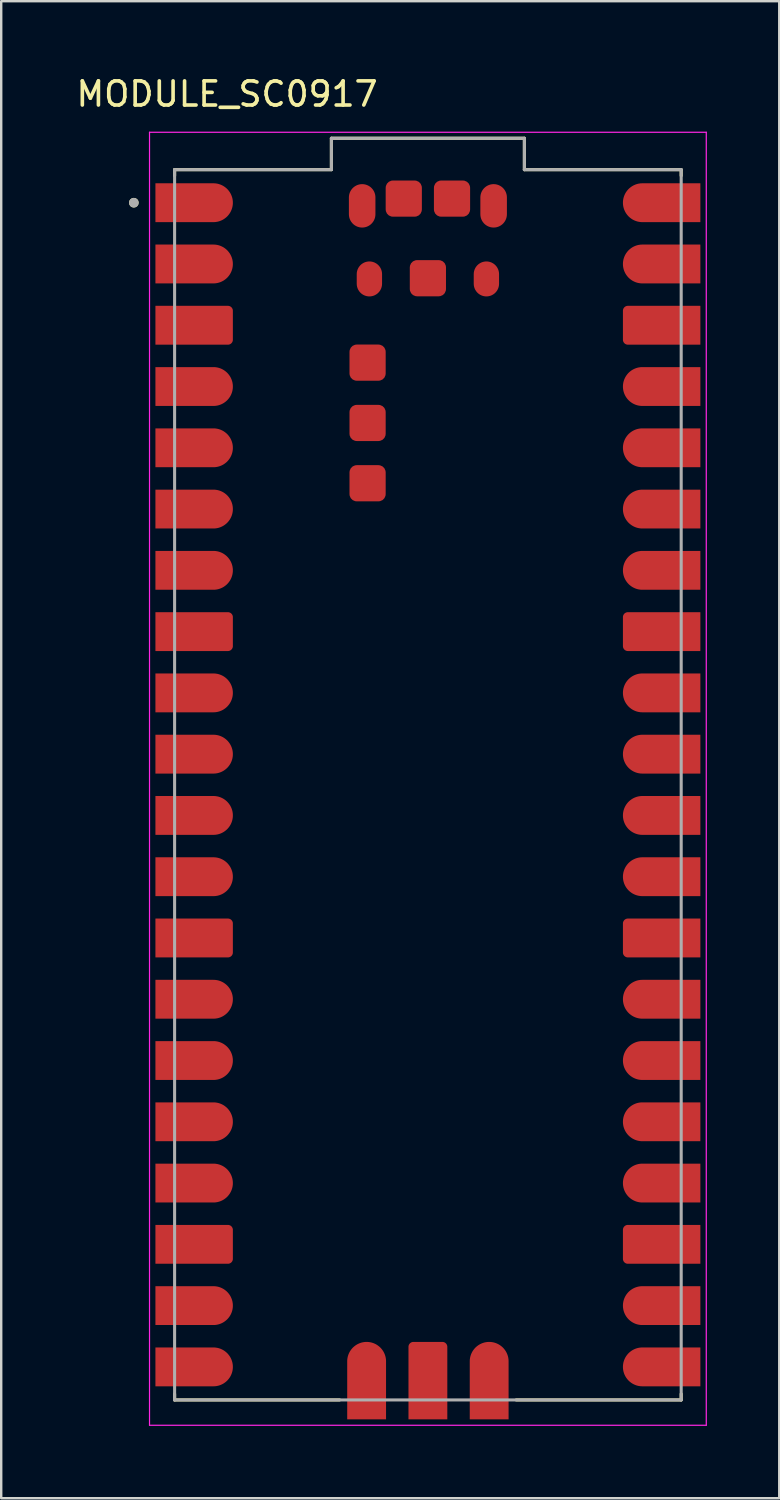
<source format=kicad_pcb>
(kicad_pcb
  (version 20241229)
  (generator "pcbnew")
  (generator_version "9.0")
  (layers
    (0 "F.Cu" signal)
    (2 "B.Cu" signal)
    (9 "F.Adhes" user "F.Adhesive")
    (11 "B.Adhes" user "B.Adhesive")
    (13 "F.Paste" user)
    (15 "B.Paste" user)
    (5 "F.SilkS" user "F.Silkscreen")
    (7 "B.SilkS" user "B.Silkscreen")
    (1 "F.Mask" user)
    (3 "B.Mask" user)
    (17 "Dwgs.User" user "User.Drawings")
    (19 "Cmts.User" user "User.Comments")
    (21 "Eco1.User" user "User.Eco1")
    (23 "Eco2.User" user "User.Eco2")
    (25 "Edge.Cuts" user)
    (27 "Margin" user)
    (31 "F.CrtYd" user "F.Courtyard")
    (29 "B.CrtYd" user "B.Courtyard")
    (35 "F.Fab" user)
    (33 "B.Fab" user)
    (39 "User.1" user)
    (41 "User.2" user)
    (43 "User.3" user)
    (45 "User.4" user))
  (footprint "MODULE_SC0917"
    (layer "F.Cu")
    (at 14.688 29.483)
    (property "Reference" "MODULE_SC0917" (at -8.325 -28.635 0) (layer "F.SilkS") (effects (font (size 1 1) (thickness 0.15))))
    (attr smd)
    (fp_poly (pts (xy -11.39 -23.23) (xy -11.39 -25.03) (xy -8.89 -25.03) (xy -8.843 -25.029) (xy -8.796 -25.025) (xy -8.749 -25.019) (xy -8.703 -25.01) (xy -8.657 -24.999) (xy -8.612 -24.986) (xy -8.567 -24.97) (xy -8.524 -24.952) (xy -8.481 -24.932) (xy -8.44 -24.909) (xy -8.4 -24.885) (xy -8.361 -24.858) (xy -8.324 -24.829) (xy -8.288 -24.799) (xy -8.254 -24.766) (xy -8.221 -24.732) (xy -8.191 -24.696) (xy -8.162 -24.659) (xy -8.135 -24.62) (xy -8.111 -24.58) (xy -8.088 -24.539) (xy -8.068 -24.496) (xy -8.05 -24.453) (xy -8.034 -24.408) (xy -8.021 -24.363) (xy -8.01 -24.317) (xy -8.001 -24.271) (xy -7.995 -24.224) (xy -7.991 -24.177) (xy -7.99 -24.13) (xy -7.991 -24.083) (xy -7.995 -24.036) (xy -8.001 -23.989) (xy -8.01 -23.943) (xy -8.021 -23.897) (xy -8.034 -23.852) (xy -8.05 -23.807) (xy -8.068 -23.764) (xy -8.088 -23.721) (xy -8.111 -23.68) (xy -8.135 -23.64) (xy -8.162 -23.601) (xy -8.191 -23.564) (xy -8.221 -23.528) (xy -8.254 -23.494) (xy -8.288 -23.461) (xy -8.324 -23.431) (xy -8.361 -23.402) (xy -8.4 -23.375) (xy -8.44 -23.351) (xy -8.481 -23.328) (xy -8.524 -23.308) (xy -8.567 -23.29) (xy -8.612 -23.274) (xy -8.657 -23.261) (xy -8.703 -23.25) (xy -8.749 -23.241) (xy -8.796 -23.235) (xy -8.843 -23.231) (xy -8.89 -23.23) (xy -11.39 -23.23)) (stroke (width 0.01) (type solid)) (fill yes) (layer "F.Mask"))
    (fp_poly (pts (xy -11.39 -20.69) (xy -11.39 -22.49) (xy -8.89 -22.49) (xy -8.843 -22.489) (xy -8.796 -22.485) (xy -8.749 -22.479) (xy -8.703 -22.47) (xy -8.657 -22.459) (xy -8.612 -22.446) (xy -8.567 -22.43) (xy -8.524 -22.412) (xy -8.481 -22.392) (xy -8.44 -22.369) (xy -8.4 -22.345) (xy -8.361 -22.318) (xy -8.324 -22.289) (xy -8.288 -22.259) (xy -8.254 -22.226) (xy -8.221 -22.192) (xy -8.191 -22.156) (xy -8.162 -22.119) (xy -8.135 -22.08) (xy -8.111 -22.04) (xy -8.088 -21.999) (xy -8.068 -21.956) (xy -8.05 -21.913) (xy -8.034 -21.868) (xy -8.021 -21.823) (xy -8.01 -21.777) (xy -8.001 -21.731) (xy -7.995 -21.684) (xy -7.991 -21.637) (xy -7.99 -21.59) (xy -7.991 -21.543) (xy -7.995 -21.496) (xy -8.001 -21.449) (xy -8.01 -21.403) (xy -8.021 -21.357) (xy -8.034 -21.312) (xy -8.05 -21.267) (xy -8.068 -21.224) (xy -8.088 -21.181) (xy -8.111 -21.14) (xy -8.135 -21.1) (xy -8.162 -21.061) (xy -8.191 -21.024) (xy -8.221 -20.988) (xy -8.254 -20.954) (xy -8.288 -20.921) (xy -8.324 -20.891) (xy -8.361 -20.862) (xy -8.4 -20.835) (xy -8.44 -20.811) (xy -8.481 -20.788) (xy -8.524 -20.768) (xy -8.567 -20.75) (xy -8.612 -20.734) (xy -8.657 -20.721) (xy -8.703 -20.71) (xy -8.749 -20.701) (xy -8.796 -20.695) (xy -8.843 -20.691) (xy -8.89 -20.69) (xy -11.39 -20.69)) (stroke (width 0.01) (type solid)) (fill yes) (layer "F.Mask"))
    (fp_poly (pts (xy -11.39 -15.61) (xy -11.39 -17.41) (xy -8.89 -17.41) (xy -8.843 -17.409) (xy -8.796 -17.405) (xy -8.749 -17.399) (xy -8.703 -17.39) (xy -8.657 -17.379) (xy -8.612 -17.366) (xy -8.567 -17.35) (xy -8.524 -17.332) (xy -8.481 -17.312) (xy -8.44 -17.289) (xy -8.4 -17.265) (xy -8.361 -17.238) (xy -8.324 -17.209) (xy -8.288 -17.179) (xy -8.254 -17.146) (xy -8.221 -17.112) (xy -8.191 -17.076) (xy -8.162 -17.039) (xy -8.135 -17) (xy -8.111 -16.96) (xy -8.088 -16.919) (xy -8.068 -16.876) (xy -8.05 -16.833) (xy -8.034 -16.788) (xy -8.021 -16.743) (xy -8.01 -16.697) (xy -8.001 -16.651) (xy -7.995 -16.604) (xy -7.991 -16.557) (xy -7.99 -16.51) (xy -7.991 -16.463) (xy -7.995 -16.416) (xy -8.001 -16.369) (xy -8.01 -16.323) (xy -8.021 -16.277) (xy -8.034 -16.232) (xy -8.05 -16.187) (xy -8.068 -16.144) (xy -8.088 -16.101) (xy -8.111 -16.06) (xy -8.135 -16.02) (xy -8.162 -15.981) (xy -8.191 -15.944) (xy -8.221 -15.908) (xy -8.254 -15.874) (xy -8.288 -15.841) (xy -8.324 -15.811) (xy -8.361 -15.782) (xy -8.4 -15.755) (xy -8.44 -15.731) (xy -8.481 -15.708) (xy -8.524 -15.688) (xy -8.567 -15.67) (xy -8.612 -15.654) (xy -8.657 -15.641) (xy -8.703 -15.63) (xy -8.749 -15.621) (xy -8.796 -15.615) (xy -8.843 -15.611) (xy -8.89 -15.61) (xy -11.39 -15.61)) (stroke (width 0.01) (type solid)) (fill yes) (layer "F.Mask"))
    (fp_poly (pts (xy -11.39 -13.07) (xy -11.39 -14.87) (xy -8.89 -14.87) (xy -8.843 -14.869) (xy -8.796 -14.865) (xy -8.749 -14.859) (xy -8.703 -14.85) (xy -8.657 -14.839) (xy -8.612 -14.826) (xy -8.567 -14.81) (xy -8.524 -14.792) (xy -8.481 -14.772) (xy -8.44 -14.749) (xy -8.4 -14.725) (xy -8.361 -14.698) (xy -8.324 -14.669) (xy -8.288 -14.639) (xy -8.254 -14.606) (xy -8.221 -14.572) (xy -8.191 -14.536) (xy -8.162 -14.499) (xy -8.135 -14.46) (xy -8.111 -14.42) (xy -8.088 -14.379) (xy -8.068 -14.336) (xy -8.05 -14.293) (xy -8.034 -14.248) (xy -8.021 -14.203) (xy -8.01 -14.157) (xy -8.001 -14.111) (xy -7.995 -14.064) (xy -7.991 -14.017) (xy -7.99 -13.97) (xy -7.991 -13.923) (xy -7.995 -13.876) (xy -8.001 -13.829) (xy -8.01 -13.783) (xy -8.021 -13.737) (xy -8.034 -13.692) (xy -8.05 -13.647) (xy -8.068 -13.604) (xy -8.088 -13.561) (xy -8.111 -13.52) (xy -8.135 -13.48) (xy -8.162 -13.441) (xy -8.191 -13.404) (xy -8.221 -13.368) (xy -8.254 -13.334) (xy -8.288 -13.301) (xy -8.324 -13.271) (xy -8.361 -13.242) (xy -8.4 -13.215) (xy -8.44 -13.191) (xy -8.481 -13.168) (xy -8.524 -13.148) (xy -8.567 -13.13) (xy -8.612 -13.114) (xy -8.657 -13.101) (xy -8.703 -13.09) (xy -8.749 -13.081) (xy -8.796 -13.075) (xy -8.843 -13.071) (xy -8.89 -13.07) (xy -11.39 -13.07)) (stroke (width 0.01) (type solid)) (fill yes) (layer "F.Mask"))
    (fp_poly (pts (xy -11.39 -10.53) (xy -11.39 -12.33) (xy -8.89 -12.33) (xy -8.843 -12.329) (xy -8.796 -12.325) (xy -8.749 -12.319) (xy -8.703 -12.31) (xy -8.657 -12.299) (xy -8.612 -12.286) (xy -8.567 -12.27) (xy -8.524 -12.252) (xy -8.481 -12.232) (xy -8.44 -12.209) (xy -8.4 -12.185) (xy -8.361 -12.158) (xy -8.324 -12.129) (xy -8.288 -12.099) (xy -8.254 -12.066) (xy -8.221 -12.032) (xy -8.191 -11.996) (xy -8.162 -11.959) (xy -8.135 -11.92) (xy -8.111 -11.88) (xy -8.088 -11.839) (xy -8.068 -11.796) (xy -8.05 -11.753) (xy -8.034 -11.708) (xy -8.021 -11.663) (xy -8.01 -11.617) (xy -8.001 -11.571) (xy -7.995 -11.524) (xy -7.991 -11.477) (xy -7.99 -11.43) (xy -7.991 -11.383) (xy -7.995 -11.336) (xy -8.001 -11.289) (xy -8.01 -11.243) (xy -8.021 -11.197) (xy -8.034 -11.152) (xy -8.05 -11.107) (xy -8.068 -11.064) (xy -8.088 -11.021) (xy -8.111 -10.98) (xy -8.135 -10.94) (xy -8.162 -10.901) (xy -8.191 -10.864) (xy -8.221 -10.828) (xy -8.254 -10.794) (xy -8.288 -10.761) (xy -8.324 -10.731) (xy -8.361 -10.702) (xy -8.4 -10.675) (xy -8.44 -10.651) (xy -8.481 -10.628) (xy -8.524 -10.608) (xy -8.567 -10.59) (xy -8.612 -10.574) (xy -8.657 -10.561) (xy -8.703 -10.55) (xy -8.749 -10.541) (xy -8.796 -10.535) (xy -8.843 -10.531) (xy -8.89 -10.53) (xy -11.39 -10.53)) (stroke (width 0.01) (type solid)) (fill yes) (layer "F.Mask"))
    (fp_poly (pts (xy -11.39 -7.99) (xy -11.39 -9.79) (xy -8.89 -9.79) (xy -8.843 -9.789) (xy -8.796 -9.785) (xy -8.749 -9.779) (xy -8.703 -9.77) (xy -8.657 -9.759) (xy -8.612 -9.746) (xy -8.567 -9.73) (xy -8.524 -9.712) (xy -8.481 -9.692) (xy -8.44 -9.669) (xy -8.4 -9.645) (xy -8.361 -9.618) (xy -8.324 -9.589) (xy -8.288 -9.559) (xy -8.254 -9.526) (xy -8.221 -9.492) (xy -8.191 -9.456) (xy -8.162 -9.419) (xy -8.135 -9.38) (xy -8.111 -9.34) (xy -8.088 -9.299) (xy -8.068 -9.256) (xy -8.05 -9.213) (xy -8.034 -9.168) (xy -8.021 -9.123) (xy -8.01 -9.077) (xy -8.001 -9.031) (xy -7.995 -8.984) (xy -7.991 -8.937) (xy -7.99 -8.89) (xy -7.991 -8.843) (xy -7.995 -8.796) (xy -8.001 -8.749) (xy -8.01 -8.703) (xy -8.021 -8.657) (xy -8.034 -8.612) (xy -8.05 -8.567) (xy -8.068 -8.524) (xy -8.088 -8.481) (xy -8.111 -8.44) (xy -8.135 -8.4) (xy -8.162 -8.361) (xy -8.191 -8.324) (xy -8.221 -8.288) (xy -8.254 -8.254) (xy -8.288 -8.221) (xy -8.324 -8.191) (xy -8.361 -8.162) (xy -8.4 -8.135) (xy -8.44 -8.111) (xy -8.481 -8.088) (xy -8.524 -8.068) (xy -8.567 -8.05) (xy -8.612 -8.034) (xy -8.657 -8.021) (xy -8.703 -8.01) (xy -8.749 -8.001) (xy -8.796 -7.995) (xy -8.843 -7.991) (xy -8.89 -7.99) (xy -11.39 -7.99)) (stroke (width 0.01) (type solid)) (fill yes) (layer "F.Mask"))
    (fp_poly (pts (xy -11.39 -2.91) (xy -11.39 -4.71) (xy -8.89 -4.71) (xy -8.843 -4.709) (xy -8.796 -4.705) (xy -8.749 -4.699) (xy -8.703 -4.69) (xy -8.657 -4.679) (xy -8.612 -4.666) (xy -8.567 -4.65) (xy -8.524 -4.632) (xy -8.481 -4.612) (xy -8.44 -4.589) (xy -8.4 -4.565) (xy -8.361 -4.538) (xy -8.324 -4.509) (xy -8.288 -4.479) (xy -8.254 -4.446) (xy -8.221 -4.412) (xy -8.191 -4.376) (xy -8.162 -4.339) (xy -8.135 -4.3) (xy -8.111 -4.26) (xy -8.088 -4.219) (xy -8.068 -4.176) (xy -8.05 -4.133) (xy -8.034 -4.088) (xy -8.021 -4.043) (xy -8.01 -3.997) (xy -8.001 -3.951) (xy -7.995 -3.904) (xy -7.991 -3.857) (xy -7.99 -3.81) (xy -7.991 -3.763) (xy -7.995 -3.716) (xy -8.001 -3.669) (xy -8.01 -3.623) (xy -8.021 -3.577) (xy -8.034 -3.532) (xy -8.05 -3.487) (xy -8.068 -3.444) (xy -8.088 -3.401) (xy -8.111 -3.36) (xy -8.135 -3.32) (xy -8.162 -3.281) (xy -8.191 -3.244) (xy -8.221 -3.208) (xy -8.254 -3.174) (xy -8.288 -3.141) (xy -8.324 -3.111) (xy -8.361 -3.082) (xy -8.4 -3.055) (xy -8.44 -3.031) (xy -8.481 -3.008) (xy -8.524 -2.988) (xy -8.567 -2.97) (xy -8.612 -2.954) (xy -8.657 -2.941) (xy -8.703 -2.93) (xy -8.749 -2.921) (xy -8.796 -2.915) (xy -8.843 -2.911) (xy -8.89 -2.91) (xy -11.39 -2.91)) (stroke (width 0.01) (type solid)) (fill yes) (layer "F.Mask"))
    (fp_poly (pts (xy -11.39 -0.37) (xy -11.39 -2.17) (xy -8.89 -2.17) (xy -8.843 -2.169) (xy -8.796 -2.165) (xy -8.749 -2.159) (xy -8.703 -2.15) (xy -8.657 -2.139) (xy -8.612 -2.126) (xy -8.567 -2.11) (xy -8.524 -2.092) (xy -8.481 -2.072) (xy -8.44 -2.049) (xy -8.4 -2.025) (xy -8.361 -1.998) (xy -8.324 -1.969) (xy -8.288 -1.939) (xy -8.254 -1.906) (xy -8.221 -1.872) (xy -8.191 -1.836) (xy -8.162 -1.799) (xy -8.135 -1.76) (xy -8.111 -1.72) (xy -8.088 -1.679) (xy -8.068 -1.636) (xy -8.05 -1.593) (xy -8.034 -1.548) (xy -8.021 -1.503) (xy -8.01 -1.457) (xy -8.001 -1.411) (xy -7.995 -1.364) (xy -7.991 -1.317) (xy -7.99 -1.27) (xy -7.991 -1.223) (xy -7.995 -1.176) (xy -8.001 -1.129) (xy -8.01 -1.083) (xy -8.021 -1.037) (xy -8.034 -0.992) (xy -8.05 -0.947) (xy -8.068 -0.904) (xy -8.088 -0.861) (xy -8.111 -0.82) (xy -8.135 -0.78) (xy -8.162 -0.741) (xy -8.191 -0.704) (xy -8.221 -0.668) (xy -8.254 -0.634) (xy -8.288 -0.601) (xy -8.324 -0.571) (xy -8.361 -0.542) (xy -8.4 -0.515) (xy -8.44 -0.491) (xy -8.481 -0.468) (xy -8.524 -0.448) (xy -8.567 -0.43) (xy -8.612 -0.414) (xy -8.657 -0.401) (xy -8.703 -0.39) (xy -8.749 -0.381) (xy -8.796 -0.375) (xy -8.843 -0.371) (xy -8.89 -0.37) (xy -11.39 -0.37)) (stroke (width 0.01) (type solid)) (fill yes) (layer "F.Mask"))
    (fp_poly (pts (xy -11.39 2.17) (xy -11.39 0.37) (xy -8.89 0.37) (xy -8.843 0.371) (xy -8.796 0.375) (xy -8.749 0.381) (xy -8.703 0.39) (xy -8.657 0.401) (xy -8.612 0.414) (xy -8.567 0.43) (xy -8.524 0.448) (xy -8.481 0.468) (xy -8.44 0.491) (xy -8.4 0.515) (xy -8.361 0.542) (xy -8.324 0.571) (xy -8.288 0.601) (xy -8.254 0.634) (xy -8.221 0.668) (xy -8.191 0.704) (xy -8.162 0.741) (xy -8.135 0.78) (xy -8.111 0.82) (xy -8.088 0.861) (xy -8.068 0.904) (xy -8.05 0.947) (xy -8.034 0.992) (xy -8.021 1.037) (xy -8.01 1.083) (xy -8.001 1.129) (xy -7.995 1.176) (xy -7.991 1.223) (xy -7.99 1.27) (xy -7.991 1.317) (xy -7.995 1.364) (xy -8.001 1.411) (xy -8.01 1.457) (xy -8.021 1.503) (xy -8.034 1.548) (xy -8.05 1.593) (xy -8.068 1.636) (xy -8.088 1.679) (xy -8.111 1.72) (xy -8.135 1.76) (xy -8.162 1.799) (xy -8.191 1.836) (xy -8.221 1.872) (xy -8.254 1.906) (xy -8.288 1.939) (xy -8.324 1.969) (xy -8.361 1.998) (xy -8.4 2.025) (xy -8.44 2.049) (xy -8.481 2.072) (xy -8.524 2.092) (xy -8.567 2.11) (xy -8.612 2.126) (xy -8.657 2.139) (xy -8.703 2.15) (xy -8.749 2.159) (xy -8.796 2.165) (xy -8.843 2.169) (xy -8.89 2.17) (xy -11.39 2.17)) (stroke (width 0.01) (type solid)) (fill yes) (layer "F.Mask"))
    (fp_poly (pts (xy -11.39 4.71) (xy -11.39 2.91) (xy -8.89 2.91) (xy -8.843 2.911) (xy -8.796 2.915) (xy -8.749 2.921) (xy -8.703 2.93) (xy -8.657 2.941) (xy -8.612 2.954) (xy -8.567 2.97) (xy -8.524 2.988) (xy -8.481 3.008) (xy -8.44 3.031) (xy -8.4 3.055) (xy -8.361 3.082) (xy -8.324 3.111) (xy -8.288 3.141) (xy -8.254 3.174) (xy -8.221 3.208) (xy -8.191 3.244) (xy -8.162 3.281) (xy -8.135 3.32) (xy -8.111 3.36) (xy -8.088 3.401) (xy -8.068 3.444) (xy -8.05 3.487) (xy -8.034 3.532) (xy -8.021 3.577) (xy -8.01 3.623) (xy -8.001 3.669) (xy -7.995 3.716) (xy -7.991 3.763) (xy -7.99 3.81) (xy -7.991 3.857) (xy -7.995 3.904) (xy -8.001 3.951) (xy -8.01 3.997) (xy -8.021 4.043) (xy -8.034 4.088) (xy -8.05 4.133) (xy -8.068 4.176) (xy -8.088 4.219) (xy -8.111 4.26) (xy -8.135 4.3) (xy -8.162 4.339) (xy -8.191 4.376) (xy -8.221 4.412) (xy -8.254 4.446) (xy -8.288 4.479) (xy -8.324 4.509) (xy -8.361 4.538) (xy -8.4 4.565) (xy -8.44 4.589) (xy -8.481 4.612) (xy -8.524 4.632) (xy -8.567 4.65) (xy -8.612 4.666) (xy -8.657 4.679) (xy -8.703 4.69) (xy -8.749 4.699) (xy -8.796 4.705) (xy -8.843 4.709) (xy -8.89 4.71) (xy -11.39 4.71)) (stroke (width 0.01) (type solid)) (fill yes) (layer "F.Mask"))
    (fp_poly (pts (xy -11.39 9.79) (xy -11.39 7.99) (xy -8.89 7.99) (xy -8.843 7.991) (xy -8.796 7.995) (xy -8.749 8.001) (xy -8.703 8.01) (xy -8.657 8.021) (xy -8.612 8.034) (xy -8.567 8.05) (xy -8.524 8.068) (xy -8.481 8.088) (xy -8.44 8.111) (xy -8.4 8.135) (xy -8.361 8.162) (xy -8.324 8.191) (xy -8.288 8.221) (xy -8.254 8.254) (xy -8.221 8.288) (xy -8.191 8.324) (xy -8.162 8.361) (xy -8.135 8.4) (xy -8.111 8.44) (xy -8.088 8.481) (xy -8.068 8.524) (xy -8.05 8.567) (xy -8.034 8.612) (xy -8.021 8.657) (xy -8.01 8.703) (xy -8.001 8.749) (xy -7.995 8.796) (xy -7.991 8.843) (xy -7.99 8.89) (xy -7.991 8.937) (xy -7.995 8.984) (xy -8.001 9.031) (xy -8.01 9.077) (xy -8.021 9.123) (xy -8.034 9.168) (xy -8.05 9.213) (xy -8.068 9.256) (xy -8.088 9.299) (xy -8.111 9.34) (xy -8.135 9.38) (xy -8.162 9.419) (xy -8.191 9.456) (xy -8.221 9.492) (xy -8.254 9.526) (xy -8.288 9.559) (xy -8.324 9.589) (xy -8.361 9.618) (xy -8.4 9.645) (xy -8.44 9.669) (xy -8.481 9.692) (xy -8.524 9.712) (xy -8.567 9.73) (xy -8.612 9.746) (xy -8.657 9.759) (xy -8.703 9.77) (xy -8.749 9.779) (xy -8.796 9.785) (xy -8.843 9.789) (xy -8.89 9.79) (xy -11.39 9.79)) (stroke (width 0.01) (type solid)) (fill yes) (layer "F.Mask"))
    (fp_poly (pts (xy -11.39 12.33) (xy -11.39 10.53) (xy -8.89 10.53) (xy -8.843 10.531) (xy -8.796 10.535) (xy -8.749 10.541) (xy -8.703 10.55) (xy -8.657 10.561) (xy -8.612 10.574) (xy -8.567 10.59) (xy -8.524 10.608) (xy -8.481 10.628) (xy -8.44 10.651) (xy -8.4 10.675) (xy -8.361 10.702) (xy -8.324 10.731) (xy -8.288 10.761) (xy -8.254 10.794) (xy -8.221 10.828) (xy -8.191 10.864) (xy -8.162 10.901) (xy -8.135 10.94) (xy -8.111 10.98) (xy -8.088 11.021) (xy -8.068 11.064) (xy -8.05 11.107) (xy -8.034 11.152) (xy -8.021 11.197) (xy -8.01 11.243) (xy -8.001 11.289) (xy -7.995 11.336) (xy -7.991 11.383) (xy -7.99 11.43) (xy -7.991 11.477) (xy -7.995 11.524) (xy -8.001 11.571) (xy -8.01 11.617) (xy -8.021 11.663) (xy -8.034 11.708) (xy -8.05 11.753) (xy -8.068 11.796) (xy -8.088 11.839) (xy -8.111 11.88) (xy -8.135 11.92) (xy -8.162 11.959) (xy -8.191 11.996) (xy -8.221 12.032) (xy -8.254 12.066) (xy -8.288 12.099) (xy -8.324 12.129) (xy -8.361 12.158) (xy -8.4 12.185) (xy -8.44 12.209) (xy -8.481 12.232) (xy -8.524 12.252) (xy -8.567 12.27) (xy -8.612 12.286) (xy -8.657 12.299) (xy -8.703 12.31) (xy -8.749 12.319) (xy -8.796 12.325) (xy -8.843 12.329) (xy -8.89 12.33) (xy -11.39 12.33)) (stroke (width 0.01) (type solid)) (fill yes) (layer "F.Mask"))
    (fp_poly (pts (xy -11.39 14.87) (xy -11.39 13.07) (xy -8.89 13.07) (xy -8.843 13.071) (xy -8.796 13.075) (xy -8.749 13.081) (xy -8.703 13.09) (xy -8.657 13.101) (xy -8.612 13.114) (xy -8.567 13.13) (xy -8.524 13.148) (xy -8.481 13.168) (xy -8.44 13.191) (xy -8.4 13.215) (xy -8.361 13.242) (xy -8.324 13.271) (xy -8.288 13.301) (xy -8.254 13.334) (xy -8.221 13.368) (xy -8.191 13.404) (xy -8.162 13.441) (xy -8.135 13.48) (xy -8.111 13.52) (xy -8.088 13.561) (xy -8.068 13.604) (xy -8.05 13.647) (xy -8.034 13.692) (xy -8.021 13.737) (xy -8.01 13.783) (xy -8.001 13.829) (xy -7.995 13.876) (xy -7.991 13.923) (xy -7.99 13.97) (xy -7.991 14.017) (xy -7.995 14.064) (xy -8.001 14.111) (xy -8.01 14.157) (xy -8.021 14.203) (xy -8.034 14.248) (xy -8.05 14.293) (xy -8.068 14.336) (xy -8.088 14.379) (xy -8.111 14.42) (xy -8.135 14.46) (xy -8.162 14.499) (xy -8.191 14.536) (xy -8.221 14.572) (xy -8.254 14.606) (xy -8.288 14.639) (xy -8.324 14.669) (xy -8.361 14.698) (xy -8.4 14.725) (xy -8.44 14.749) (xy -8.481 14.772) (xy -8.524 14.792) (xy -8.567 14.81) (xy -8.612 14.826) (xy -8.657 14.839) (xy -8.703 14.85) (xy -8.749 14.859) (xy -8.796 14.865) (xy -8.843 14.869) (xy -8.89 14.87) (xy -11.39 14.87)) (stroke (width 0.01) (type solid)) (fill yes) (layer "F.Mask"))
    (fp_poly (pts (xy -11.39 17.41) (xy -11.39 15.61) (xy -8.89 15.61) (xy -8.843 15.611) (xy -8.796 15.615) (xy -8.749 15.621) (xy -8.703 15.63) (xy -8.657 15.641) (xy -8.612 15.654) (xy -8.567 15.67) (xy -8.524 15.688) (xy -8.481 15.708) (xy -8.44 15.731) (xy -8.4 15.755) (xy -8.361 15.782) (xy -8.324 15.811) (xy -8.288 15.841) (xy -8.254 15.874) (xy -8.221 15.908) (xy -8.191 15.944) (xy -8.162 15.981) (xy -8.135 16.02) (xy -8.111 16.06) (xy -8.088 16.101) (xy -8.068 16.144) (xy -8.05 16.187) (xy -8.034 16.232) (xy -8.021 16.277) (xy -8.01 16.323) (xy -8.001 16.369) (xy -7.995 16.416) (xy -7.991 16.463) (xy -7.99 16.51) (xy -7.991 16.557) (xy -7.995 16.604) (xy -8.001 16.651) (xy -8.01 16.697) (xy -8.021 16.743) (xy -8.034 16.788) (xy -8.05 16.833) (xy -8.068 16.876) (xy -8.088 16.919) (xy -8.111 16.96) (xy -8.135 17) (xy -8.162 17.039) (xy -8.191 17.076) (xy -8.221 17.112) (xy -8.254 17.146) (xy -8.288 17.179) (xy -8.324 17.209) (xy -8.361 17.238) (xy -8.4 17.265) (xy -8.44 17.289) (xy -8.481 17.312) (xy -8.524 17.332) (xy -8.567 17.35) (xy -8.612 17.366) (xy -8.657 17.379) (xy -8.703 17.39) (xy -8.749 17.399) (xy -8.796 17.405) (xy -8.843 17.409) (xy -8.89 17.41) (xy -11.39 17.41)) (stroke (width 0.01) (type solid)) (fill yes) (layer "F.Mask"))
    (fp_poly (pts (xy -11.39 22.49) (xy -11.39 20.69) (xy -8.89 20.69) (xy -8.843 20.691) (xy -8.796 20.695) (xy -8.749 20.701) (xy -8.703 20.71) (xy -8.657 20.721) (xy -8.612 20.734) (xy -8.567 20.75) (xy -8.524 20.768) (xy -8.481 20.788) (xy -8.44 20.811) (xy -8.4 20.835) (xy -8.361 20.862) (xy -8.324 20.891) (xy -8.288 20.921) (xy -8.254 20.954) (xy -8.221 20.988) (xy -8.191 21.024) (xy -8.162 21.061) (xy -8.135 21.1) (xy -8.111 21.14) (xy -8.088 21.181) (xy -8.068 21.224) (xy -8.05 21.267) (xy -8.034 21.312) (xy -8.021 21.357) (xy -8.01 21.403) (xy -8.001 21.449) (xy -7.995 21.496) (xy -7.991 21.543) (xy -7.99 21.59) (xy -7.991 21.637) (xy -7.995 21.684) (xy -8.001 21.731) (xy -8.01 21.777) (xy -8.021 21.823) (xy -8.034 21.868) (xy -8.05 21.913) (xy -8.068 21.956) (xy -8.088 21.999) (xy -8.111 22.04) (xy -8.135 22.08) (xy -8.162 22.119) (xy -8.191 22.156) (xy -8.221 22.192) (xy -8.254 22.226) (xy -8.288 22.259) (xy -8.324 22.289) (xy -8.361 22.318) (xy -8.4 22.345) (xy -8.44 22.369) (xy -8.481 22.392) (xy -8.524 22.412) (xy -8.567 22.43) (xy -8.612 22.446) (xy -8.657 22.459) (xy -8.703 22.47) (xy -8.749 22.479) (xy -8.796 22.485) (xy -8.843 22.489) (xy -8.89 22.49) (xy -11.39 22.49)) (stroke (width 0.01) (type solid)) (fill yes) (layer "F.Mask"))
    (fp_poly (pts (xy -11.39 25.03) (xy -11.39 23.23) (xy -8.89 23.23) (xy -8.843 23.231) (xy -8.796 23.235) (xy -8.749 23.241) (xy -8.703 23.25) (xy -8.657 23.261) (xy -8.612 23.274) (xy -8.567 23.29) (xy -8.524 23.308) (xy -8.481 23.328) (xy -8.44 23.351) (xy -8.4 23.375) (xy -8.361 23.402) (xy -8.324 23.431) (xy -8.288 23.461) (xy -8.254 23.494) (xy -8.221 23.528) (xy -8.191 23.564) (xy -8.162 23.601) (xy -8.135 23.64) (xy -8.111 23.68) (xy -8.088 23.721) (xy -8.068 23.764) (xy -8.05 23.807) (xy -8.034 23.852) (xy -8.021 23.897) (xy -8.01 23.943) (xy -8.001 23.989) (xy -7.995 24.036) (xy -7.991 24.083) (xy -7.99 24.13) (xy -7.991 24.177) (xy -7.995 24.224) (xy -8.001 24.271) (xy -8.01 24.317) (xy -8.021 24.363) (xy -8.034 24.408) (xy -8.05 24.453) (xy -8.068 24.496) (xy -8.088 24.539) (xy -8.111 24.58) (xy -8.135 24.62) (xy -8.162 24.659) (xy -8.191 24.696) (xy -8.221 24.732) (xy -8.254 24.766) (xy -8.288 24.799) (xy -8.324 24.829) (xy -8.361 24.858) (xy -8.4 24.885) (xy -8.44 24.909) (xy -8.481 24.932) (xy -8.524 24.952) (xy -8.567 24.97) (xy -8.612 24.986) (xy -8.657 24.999) (xy -8.703 25.01) (xy -8.749 25.019) (xy -8.796 25.025) (xy -8.843 25.029) (xy -8.89 25.03) (xy -11.39 25.03)) (stroke (width 0.01) (type solid)) (fill yes) (layer "F.Mask"))
    (fp_poly (pts (xy -3.44 26.4) (xy -3.44 23.9) (xy -3.439 23.853) (xy -3.435 23.806) (xy -3.429 23.759) (xy -3.42 23.713) (xy -3.409 23.667) (xy -3.396 23.622) (xy -3.38 23.577) (xy -3.362 23.534) (xy -3.342 23.491) (xy -3.319 23.45) (xy -3.295 23.41) (xy -3.268 23.371) (xy -3.239 23.334) (xy -3.209 23.298) (xy -3.176 23.264) (xy -3.142 23.231) (xy -3.106 23.201) (xy -3.069 23.172) (xy -3.03 23.145) (xy -2.99 23.121) (xy -2.949 23.098) (xy -2.906 23.078) (xy -2.863 23.06) (xy -2.818 23.044) (xy -2.773 23.031) (xy -2.727 23.02) (xy -2.681 23.011) (xy -2.634 23.005) (xy -2.587 23.001) (xy -2.54 23) (xy -2.493 23.001) (xy -2.446 23.005) (xy -2.399 23.011) (xy -2.353 23.02) (xy -2.307 23.031) (xy -2.262 23.044) (xy -2.217 23.06) (xy -2.174 23.078) (xy -2.131 23.098) (xy -2.09 23.121) (xy -2.05 23.145) (xy -2.011 23.172) (xy -1.974 23.201) (xy -1.938 23.231) (xy -1.904 23.264) (xy -1.871 23.298) (xy -1.841 23.334) (xy -1.812 23.371) (xy -1.785 23.41) (xy -1.761 23.45) (xy -1.738 23.491) (xy -1.718 23.534) (xy -1.7 23.577) (xy -1.684 23.622) (xy -1.671 23.667) (xy -1.66 23.713) (xy -1.651 23.759) (xy -1.645 23.806) (xy -1.641 23.853) (xy -1.64 23.9) (xy -1.64 26.4) (xy -3.44 26.4)) (stroke (width 0.01) (type solid)) (fill yes) (layer "F.Mask"))
    (fp_poly (pts (xy 1.64 26.4) (xy 1.64 23.9) (xy 1.641 23.853) (xy 1.645 23.806) (xy 1.651 23.759) (xy 1.66 23.713) (xy 1.671 23.667) (xy 1.684 23.622) (xy 1.7 23.577) (xy 1.718 23.534) (xy 1.738 23.491) (xy 1.761 23.45) (xy 1.785 23.41) (xy 1.812 23.371) (xy 1.841 23.334) (xy 1.871 23.298) (xy 1.904 23.264) (xy 1.938 23.231) (xy 1.974 23.201) (xy 2.011 23.172) (xy 2.05 23.145) (xy 2.09 23.121) (xy 2.131 23.098) (xy 2.174 23.078) (xy 2.217 23.06) (xy 2.262 23.044) (xy 2.307 23.031) (xy 2.353 23.02) (xy 2.399 23.011) (xy 2.446 23.005) (xy 2.493 23.001) (xy 2.54 23) (xy 2.587 23.001) (xy 2.634 23.005) (xy 2.681 23.011) (xy 2.727 23.02) (xy 2.773 23.031) (xy 2.818 23.044) (xy 2.863 23.06) (xy 2.906 23.078) (xy 2.949 23.098) (xy 2.99 23.121) (xy 3.03 23.145) (xy 3.069 23.172) (xy 3.106 23.201) (xy 3.142 23.231) (xy 3.176 23.264) (xy 3.209 23.298) (xy 3.239 23.334) (xy 3.268 23.371) (xy 3.295 23.41) (xy 3.319 23.45) (xy 3.342 23.491) (xy 3.362 23.534) (xy 3.38 23.577) (xy 3.396 23.622) (xy 3.409 23.667) (xy 3.42 23.713) (xy 3.429 23.759) (xy 3.435 23.806) (xy 3.439 23.853) (xy 3.44 23.9) (xy 3.44 26.4) (xy 1.64 26.4)) (stroke (width 0.01) (type solid)) (fill yes) (layer "F.Mask"))
    (fp_poly (pts (xy 11.39 -23.23) (xy 11.39 -25.03) (xy 8.89 -25.03) (xy 8.843 -25.029) (xy 8.796 -25.025) (xy 8.749 -25.019) (xy 8.703 -25.01) (xy 8.657 -24.999) (xy 8.612 -24.986) (xy 8.567 -24.97) (xy 8.524 -24.952) (xy 8.481 -24.932) (xy 8.44 -24.909) (xy 8.4 -24.885) (xy 8.361 -24.858) (xy 8.324 -24.829) (xy 8.288 -24.799) (xy 8.254 -24.766) (xy 8.221 -24.732) (xy 8.191 -24.696) (xy 8.162 -24.659) (xy 8.135 -24.62) (xy 8.111 -24.58) (xy 8.088 -24.539) (xy 8.068 -24.496) (xy 8.05 -24.453) (xy 8.034 -24.408) (xy 8.021 -24.363) (xy 8.01 -24.317) (xy 8.001 -24.271) (xy 7.995 -24.224) (xy 7.991 -24.177) (xy 7.99 -24.13) (xy 7.991 -24.083) (xy 7.995 -24.036) (xy 8.001 -23.989) (xy 8.01 -23.943) (xy 8.021 -23.897) (xy 8.034 -23.852) (xy 8.05 -23.807) (xy 8.068 -23.764) (xy 8.088 -23.721) (xy 8.111 -23.68) (xy 8.135 -23.64) (xy 8.162 -23.601) (xy 8.191 -23.564) (xy 8.221 -23.528) (xy 8.254 -23.494) (xy 8.288 -23.461) (xy 8.324 -23.431) (xy 8.361 -23.402) (xy 8.4 -23.375) (xy 8.44 -23.351) (xy 8.481 -23.328) (xy 8.524 -23.308) (xy 8.567 -23.29) (xy 8.612 -23.274) (xy 8.657 -23.261) (xy 8.703 -23.25) (xy 8.749 -23.241) (xy 8.796 -23.235) (xy 8.843 -23.231) (xy 8.89 -23.23) (xy 11.39 -23.23)) (stroke (width 0.01) (type solid)) (fill yes) (layer "F.Mask"))
    (fp_poly (pts (xy 11.39 -20.69) (xy 11.39 -22.49) (xy 8.89 -22.49) (xy 8.843 -22.489) (xy 8.796 -22.485) (xy 8.749 -22.479) (xy 8.703 -22.47) (xy 8.657 -22.459) (xy 8.612 -22.446) (xy 8.567 -22.43) (xy 8.524 -22.412) (xy 8.481 -22.392) (xy 8.44 -22.369) (xy 8.4 -22.345) (xy 8.361 -22.318) (xy 8.324 -22.289) (xy 8.288 -22.259) (xy 8.254 -22.226) (xy 8.221 -22.192) (xy 8.191 -22.156) (xy 8.162 -22.119) (xy 8.135 -22.08) (xy 8.111 -22.04) (xy 8.088 -21.999) (xy 8.068 -21.956) (xy 8.05 -21.913) (xy 8.034 -21.868) (xy 8.021 -21.823) (xy 8.01 -21.777) (xy 8.001 -21.731) (xy 7.995 -21.684) (xy 7.991 -21.637) (xy 7.99 -21.59) (xy 7.991 -21.543) (xy 7.995 -21.496) (xy 8.001 -21.449) (xy 8.01 -21.403) (xy 8.021 -21.357) (xy 8.034 -21.312) (xy 8.05 -21.267) (xy 8.068 -21.224) (xy 8.088 -21.181) (xy 8.111 -21.14) (xy 8.135 -21.1) (xy 8.162 -21.061) (xy 8.191 -21.024) (xy 8.221 -20.988) (xy 8.254 -20.954) (xy 8.288 -20.921) (xy 8.324 -20.891) (xy 8.361 -20.862) (xy 8.4 -20.835) (xy 8.44 -20.811) (xy 8.481 -20.788) (xy 8.524 -20.768) (xy 8.567 -20.75) (xy 8.612 -20.734) (xy 8.657 -20.721) (xy 8.703 -20.71) (xy 8.749 -20.701) (xy 8.796 -20.695) (xy 8.843 -20.691) (xy 8.89 -20.69) (xy 11.39 -20.69)) (stroke (width 0.01) (type solid)) (fill yes) (layer "F.Mask"))
    (fp_poly (pts (xy 11.39 -15.61) (xy 11.39 -17.41) (xy 8.89 -17.41) (xy 8.843 -17.409) (xy 8.796 -17.405) (xy 8.749 -17.399) (xy 8.703 -17.39) (xy 8.657 -17.379) (xy 8.612 -17.366) (xy 8.567 -17.35) (xy 8.524 -17.332) (xy 8.481 -17.312) (xy 8.44 -17.289) (xy 8.4 -17.265) (xy 8.361 -17.238) (xy 8.324 -17.209) (xy 8.288 -17.179) (xy 8.254 -17.146) (xy 8.221 -17.112) (xy 8.191 -17.076) (xy 8.162 -17.039) (xy 8.135 -17) (xy 8.111 -16.96) (xy 8.088 -16.919) (xy 8.068 -16.876) (xy 8.05 -16.833) (xy 8.034 -16.788) (xy 8.021 -16.743) (xy 8.01 -16.697) (xy 8.001 -16.651) (xy 7.995 -16.604) (xy 7.991 -16.557) (xy 7.99 -16.51) (xy 7.991 -16.463) (xy 7.995 -16.416) (xy 8.001 -16.369) (xy 8.01 -16.323) (xy 8.021 -16.277) (xy 8.034 -16.232) (xy 8.05 -16.187) (xy 8.068 -16.144) (xy 8.088 -16.101) (xy 8.111 -16.06) (xy 8.135 -16.02) (xy 8.162 -15.981) (xy 8.191 -15.944) (xy 8.221 -15.908) (xy 8.254 -15.874) (xy 8.288 -15.841) (xy 8.324 -15.811) (xy 8.361 -15.782) (xy 8.4 -15.755) (xy 8.44 -15.731) (xy 8.481 -15.708) (xy 8.524 -15.688) (xy 8.567 -15.67) (xy 8.612 -15.654) (xy 8.657 -15.641) (xy 8.703 -15.63) (xy 8.749 -15.621) (xy 8.796 -15.615) (xy 8.843 -15.611) (xy 8.89 -15.61) (xy 11.39 -15.61)) (stroke (width 0.01) (type solid)) (fill yes) (layer "F.Mask"))
    (fp_poly (pts (xy 11.39 -13.07) (xy 11.39 -14.87) (xy 8.89 -14.87) (xy 8.843 -14.869) (xy 8.796 -14.865) (xy 8.749 -14.859) (xy 8.703 -14.85) (xy 8.657 -14.839) (xy 8.612 -14.826) (xy 8.567 -14.81) (xy 8.524 -14.792) (xy 8.481 -14.772) (xy 8.44 -14.749) (xy 8.4 -14.725) (xy 8.361 -14.698) (xy 8.324 -14.669) (xy 8.288 -14.639) (xy 8.254 -14.606) (xy 8.221 -14.572) (xy 8.191 -14.536) (xy 8.162 -14.499) (xy 8.135 -14.46) (xy 8.111 -14.42) (xy 8.088 -14.379) (xy 8.068 -14.336) (xy 8.05 -14.293) (xy 8.034 -14.248) (xy 8.021 -14.203) (xy 8.01 -14.157) (xy 8.001 -14.111) (xy 7.995 -14.064) (xy 7.991 -14.017) (xy 7.99 -13.97) (xy 7.991 -13.923) (xy 7.995 -13.876) (xy 8.001 -13.829) (xy 8.01 -13.783) (xy 8.021 -13.737) (xy 8.034 -13.692) (xy 8.05 -13.647) (xy 8.068 -13.604) (xy 8.088 -13.561) (xy 8.111 -13.52) (xy 8.135 -13.48) (xy 8.162 -13.441) (xy 8.191 -13.404) (xy 8.221 -13.368) (xy 8.254 -13.334) (xy 8.288 -13.301) (xy 8.324 -13.271) (xy 8.361 -13.242) (xy 8.4 -13.215) (xy 8.44 -13.191) (xy 8.481 -13.168) (xy 8.524 -13.148) (xy 8.567 -13.13) (xy 8.612 -13.114) (xy 8.657 -13.101) (xy 8.703 -13.09) (xy 8.749 -13.081) (xy 8.796 -13.075) (xy 8.843 -13.071) (xy 8.89 -13.07) (xy 11.39 -13.07)) (stroke (width 0.01) (type solid)) (fill yes) (layer "F.Mask"))
    (fp_poly (pts (xy 11.39 -10.53) (xy 11.39 -12.33) (xy 8.89 -12.33) (xy 8.843 -12.329) (xy 8.796 -12.325) (xy 8.749 -12.319) (xy 8.703 -12.31) (xy 8.657 -12.299) (xy 8.612 -12.286) (xy 8.567 -12.27) (xy 8.524 -12.252) (xy 8.481 -12.232) (xy 8.44 -12.209) (xy 8.4 -12.185) (xy 8.361 -12.158) (xy 8.324 -12.129) (xy 8.288 -12.099) (xy 8.254 -12.066) (xy 8.221 -12.032) (xy 8.191 -11.996) (xy 8.162 -11.959) (xy 8.135 -11.92) (xy 8.111 -11.88) (xy 8.088 -11.839) (xy 8.068 -11.796) (xy 8.05 -11.753) (xy 8.034 -11.708) (xy 8.021 -11.663) (xy 8.01 -11.617) (xy 8.001 -11.571) (xy 7.995 -11.524) (xy 7.991 -11.477) (xy 7.99 -11.43) (xy 7.991 -11.383) (xy 7.995 -11.336) (xy 8.001 -11.289) (xy 8.01 -11.243) (xy 8.021 -11.197) (xy 8.034 -11.152) (xy 8.05 -11.107) (xy 8.068 -11.064) (xy 8.088 -11.021) (xy 8.111 -10.98) (xy 8.135 -10.94) (xy 8.162 -10.901) (xy 8.191 -10.864) (xy 8.221 -10.828) (xy 8.254 -10.794) (xy 8.288 -10.761) (xy 8.324 -10.731) (xy 8.361 -10.702) (xy 8.4 -10.675) (xy 8.44 -10.651) (xy 8.481 -10.628) (xy 8.524 -10.608) (xy 8.567 -10.59) (xy 8.612 -10.574) (xy 8.657 -10.561) (xy 8.703 -10.55) (xy 8.749 -10.541) (xy 8.796 -10.535) (xy 8.843 -10.531) (xy 8.89 -10.53) (xy 11.39 -10.53)) (stroke (width 0.01) (type solid)) (fill yes) (layer "F.Mask"))
    (fp_poly (pts (xy 11.39 -7.99) (xy 11.39 -9.79) (xy 8.89 -9.79) (xy 8.843 -9.789) (xy 8.796 -9.785) (xy 8.749 -9.779) (xy 8.703 -9.77) (xy 8.657 -9.759) (xy 8.612 -9.746) (xy 8.567 -9.73) (xy 8.524 -9.712) (xy 8.481 -9.692) (xy 8.44 -9.669) (xy 8.4 -9.645) (xy 8.361 -9.618) (xy 8.324 -9.589) (xy 8.288 -9.559) (xy 8.254 -9.526) (xy 8.221 -9.492) (xy 8.191 -9.456) (xy 8.162 -9.419) (xy 8.135 -9.38) (xy 8.111 -9.34) (xy 8.088 -9.299) (xy 8.068 -9.256) (xy 8.05 -9.213) (xy 8.034 -9.168) (xy 8.021 -9.123) (xy 8.01 -9.077) (xy 8.001 -9.031) (xy 7.995 -8.984) (xy 7.991 -8.937) (xy 7.99 -8.89) (xy 7.991 -8.843) (xy 7.995 -8.796) (xy 8.001 -8.749) (xy 8.01 -8.703) (xy 8.021 -8.657) (xy 8.034 -8.612) (xy 8.05 -8.567) (xy 8.068 -8.524) (xy 8.088 -8.481) (xy 8.111 -8.44) (xy 8.135 -8.4) (xy 8.162 -8.361) (xy 8.191 -8.324) (xy 8.221 -8.288) (xy 8.254 -8.254) (xy 8.288 -8.221) (xy 8.324 -8.191) (xy 8.361 -8.162) (xy 8.4 -8.135) (xy 8.44 -8.111) (xy 8.481 -8.088) (xy 8.524 -8.068) (xy 8.567 -8.05) (xy 8.612 -8.034) (xy 8.657 -8.021) (xy 8.703 -8.01) (xy 8.749 -8.001) (xy 8.796 -7.995) (xy 8.843 -7.991) (xy 8.89 -7.99) (xy 11.39 -7.99)) (stroke (width 0.01) (type solid)) (fill yes) (layer "F.Mask"))
    (fp_poly (pts (xy 11.39 -2.91) (xy 11.39 -4.71) (xy 8.89 -4.71) (xy 8.843 -4.709) (xy 8.796 -4.705) (xy 8.749 -4.699) (xy 8.703 -4.69) (xy 8.657 -4.679) (xy 8.612 -4.666) (xy 8.567 -4.65) (xy 8.524 -4.632) (xy 8.481 -4.612) (xy 8.44 -4.589) (xy 8.4 -4.565) (xy 8.361 -4.538) (xy 8.324 -4.509) (xy 8.288 -4.479) (xy 8.254 -4.446) (xy 8.221 -4.412) (xy 8.191 -4.376) (xy 8.162 -4.339) (xy 8.135 -4.3) (xy 8.111 -4.26) (xy 8.088 -4.219) (xy 8.068 -4.176) (xy 8.05 -4.133) (xy 8.034 -4.088) (xy 8.021 -4.043) (xy 8.01 -3.997) (xy 8.001 -3.951) (xy 7.995 -3.904) (xy 7.991 -3.857) (xy 7.99 -3.81) (xy 7.991 -3.763) (xy 7.995 -3.716) (xy 8.001 -3.669) (xy 8.01 -3.623) (xy 8.021 -3.577) (xy 8.034 -3.532) (xy 8.05 -3.487) (xy 8.068 -3.444) (xy 8.088 -3.401) (xy 8.111 -3.36) (xy 8.135 -3.32) (xy 8.162 -3.281) (xy 8.191 -3.244) (xy 8.221 -3.208) (xy 8.254 -3.174) (xy 8.288 -3.141) (xy 8.324 -3.111) (xy 8.361 -3.082) (xy 8.4 -3.055) (xy 8.44 -3.031) (xy 8.481 -3.008) (xy 8.524 -2.988) (xy 8.567 -2.97) (xy 8.612 -2.954) (xy 8.657 -2.941) (xy 8.703 -2.93) (xy 8.749 -2.921) (xy 8.796 -2.915) (xy 8.843 -2.911) (xy 8.89 -2.91) (xy 11.39 -2.91)) (stroke (width 0.01) (type solid)) (fill yes) (layer "F.Mask"))
    (fp_poly (pts (xy 11.39 -0.37) (xy 11.39 -2.17) (xy 8.89 -2.17) (xy 8.843 -2.169) (xy 8.796 -2.165) (xy 8.749 -2.159) (xy 8.703 -2.15) (xy 8.657 -2.139) (xy 8.612 -2.126) (xy 8.567 -2.11) (xy 8.524 -2.092) (xy 8.481 -2.072) (xy 8.44 -2.049) (xy 8.4 -2.025) (xy 8.361 -1.998) (xy 8.324 -1.969) (xy 8.288 -1.939) (xy 8.254 -1.906) (xy 8.221 -1.872) (xy 8.191 -1.836) (xy 8.162 -1.799) (xy 8.135 -1.76) (xy 8.111 -1.72) (xy 8.088 -1.679) (xy 8.068 -1.636) (xy 8.05 -1.593) (xy 8.034 -1.548) (xy 8.021 -1.503) (xy 8.01 -1.457) (xy 8.001 -1.411) (xy 7.995 -1.364) (xy 7.991 -1.317) (xy 7.99 -1.27) (xy 7.991 -1.223) (xy 7.995 -1.176) (xy 8.001 -1.129) (xy 8.01 -1.083) (xy 8.021 -1.037) (xy 8.034 -0.992) (xy 8.05 -0.947) (xy 8.068 -0.904) (xy 8.088 -0.861) (xy 8.111 -0.82) (xy 8.135 -0.78) (xy 8.162 -0.741) (xy 8.191 -0.704) (xy 8.221 -0.668) (xy 8.254 -0.634) (xy 8.288 -0.601) (xy 8.324 -0.571) (xy 8.361 -0.542) (xy 8.4 -0.515) (xy 8.44 -0.491) (xy 8.481 -0.468) (xy 8.524 -0.448) (xy 8.567 -0.43) (xy 8.612 -0.414) (xy 8.657 -0.401) (xy 8.703 -0.39) (xy 8.749 -0.381) (xy 8.796 -0.375) (xy 8.843 -0.371) (xy 8.89 -0.37) (xy 11.39 -0.37)) (stroke (width 0.01) (type solid)) (fill yes) (layer "F.Mask"))
    (fp_poly (pts (xy 11.39 2.17) (xy 11.39 0.37) (xy 8.89 0.37) (xy 8.843 0.371) (xy 8.796 0.375) (xy 8.749 0.381) (xy 8.703 0.39) (xy 8.657 0.401) (xy 8.612 0.414) (xy 8.567 0.43) (xy 8.524 0.448) (xy 8.481 0.468) (xy 8.44 0.491) (xy 8.4 0.515) (xy 8.361 0.542) (xy 8.324 0.571) (xy 8.288 0.601) (xy 8.254 0.634) (xy 8.221 0.668) (xy 8.191 0.704) (xy 8.162 0.741) (xy 8.135 0.78) (xy 8.111 0.82) (xy 8.088 0.861) (xy 8.068 0.904) (xy 8.05 0.947) (xy 8.034 0.992) (xy 8.021 1.037) (xy 8.01 1.083) (xy 8.001 1.129) (xy 7.995 1.176) (xy 7.991 1.223) (xy 7.99 1.27) (xy 7.991 1.317) (xy 7.995 1.364) (xy 8.001 1.411) (xy 8.01 1.457) (xy 8.021 1.503) (xy 8.034 1.548) (xy 8.05 1.593) (xy 8.068 1.636) (xy 8.088 1.679) (xy 8.111 1.72) (xy 8.135 1.76) (xy 8.162 1.799) (xy 8.191 1.836) (xy 8.221 1.872) (xy 8.254 1.906) (xy 8.288 1.939) (xy 8.324 1.969) (xy 8.361 1.998) (xy 8.4 2.025) (xy 8.44 2.049) (xy 8.481 2.072) (xy 8.524 2.092) (xy 8.567 2.11) (xy 8.612 2.126) (xy 8.657 2.139) (xy 8.703 2.15) (xy 8.749 2.159) (xy 8.796 2.165) (xy 8.843 2.169) (xy 8.89 2.17) (xy 11.39 2.17)) (stroke (width 0.01) (type solid)) (fill yes) (layer "F.Mask"))
    (fp_poly (pts (xy 11.39 4.71) (xy 11.39 2.91) (xy 8.89 2.91) (xy 8.843 2.911) (xy 8.796 2.915) (xy 8.749 2.921) (xy 8.703 2.93) (xy 8.657 2.941) (xy 8.612 2.954) (xy 8.567 2.97) (xy 8.524 2.988) (xy 8.481 3.008) (xy 8.44 3.031) (xy 8.4 3.055) (xy 8.361 3.082) (xy 8.324 3.111) (xy 8.288 3.141) (xy 8.254 3.174) (xy 8.221 3.208) (xy 8.191 3.244) (xy 8.162 3.281) (xy 8.135 3.32) (xy 8.111 3.36) (xy 8.088 3.401) (xy 8.068 3.444) (xy 8.05 3.487) (xy 8.034 3.532) (xy 8.021 3.577) (xy 8.01 3.623) (xy 8.001 3.669) (xy 7.995 3.716) (xy 7.991 3.763) (xy 7.99 3.81) (xy 7.991 3.857) (xy 7.995 3.904) (xy 8.001 3.951) (xy 8.01 3.997) (xy 8.021 4.043) (xy 8.034 4.088) (xy 8.05 4.133) (xy 8.068 4.176) (xy 8.088 4.219) (xy 8.111 4.26) (xy 8.135 4.3) (xy 8.162 4.339) (xy 8.191 4.376) (xy 8.221 4.412) (xy 8.254 4.446) (xy 8.288 4.479) (xy 8.324 4.509) (xy 8.361 4.538) (xy 8.4 4.565) (xy 8.44 4.589) (xy 8.481 4.612) (xy 8.524 4.632) (xy 8.567 4.65) (xy 8.612 4.666) (xy 8.657 4.679) (xy 8.703 4.69) (xy 8.749 4.699) (xy 8.796 4.705) (xy 8.843 4.709) (xy 8.89 4.71) (xy 11.39 4.71)) (stroke (width 0.01) (type solid)) (fill yes) (layer "F.Mask"))
    (fp_poly (pts (xy 11.39 9.79) (xy 11.39 7.99) (xy 8.89 7.99) (xy 8.843 7.991) (xy 8.796 7.995) (xy 8.749 8.001) (xy 8.703 8.01) (xy 8.657 8.021) (xy 8.612 8.034) (xy 8.567 8.05) (xy 8.524 8.068) (xy 8.481 8.088) (xy 8.44 8.111) (xy 8.4 8.135) (xy 8.361 8.162) (xy 8.324 8.191) (xy 8.288 8.221) (xy 8.254 8.254) (xy 8.221 8.288) (xy 8.191 8.324) (xy 8.162 8.361) (xy 8.135 8.4) (xy 8.111 8.44) (xy 8.088 8.481) (xy 8.068 8.524) (xy 8.05 8.567) (xy 8.034 8.612) (xy 8.021 8.657) (xy 8.01 8.703) (xy 8.001 8.749) (xy 7.995 8.796) (xy 7.991 8.843) (xy 7.99 8.89) (xy 7.991 8.937) (xy 7.995 8.984) (xy 8.001 9.031) (xy 8.01 9.077) (xy 8.021 9.123) (xy 8.034 9.168) (xy 8.05 9.213) (xy 8.068 9.256) (xy 8.088 9.299) (xy 8.111 9.34) (xy 8.135 9.38) (xy 8.162 9.419) (xy 8.191 9.456) (xy 8.221 9.492) (xy 8.254 9.526) (xy 8.288 9.559) (xy 8.324 9.589) (xy 8.361 9.618) (xy 8.4 9.645) (xy 8.44 9.669) (xy 8.481 9.692) (xy 8.524 9.712) (xy 8.567 9.73) (xy 8.612 9.746) (xy 8.657 9.759) (xy 8.703 9.77) (xy 8.749 9.779) (xy 8.796 9.785) (xy 8.843 9.789) (xy 8.89 9.79) (xy 11.39 9.79)) (stroke (width 0.01) (type solid)) (fill yes) (layer "F.Mask"))
    (fp_poly (pts (xy 11.39 12.33) (xy 11.39 10.53) (xy 8.89 10.53) (xy 8.843 10.531) (xy 8.796 10.535) (xy 8.749 10.541) (xy 8.703 10.55) (xy 8.657 10.561) (xy 8.612 10.574) (xy 8.567 10.59) (xy 8.524 10.608) (xy 8.481 10.628) (xy 8.44 10.651) (xy 8.4 10.675) (xy 8.361 10.702) (xy 8.324 10.731) (xy 8.288 10.761) (xy 8.254 10.794) (xy 8.221 10.828) (xy 8.191 10.864) (xy 8.162 10.901) (xy 8.135 10.94) (xy 8.111 10.98) (xy 8.088 11.021) (xy 8.068 11.064) (xy 8.05 11.107) (xy 8.034 11.152) (xy 8.021 11.197) (xy 8.01 11.243) (xy 8.001 11.289) (xy 7.995 11.336) (xy 7.991 11.383) (xy 7.99 11.43) (xy 7.991 11.477) (xy 7.995 11.524) (xy 8.001 11.571) (xy 8.01 11.617) (xy 8.021 11.663) (xy 8.034 11.708) (xy 8.05 11.753) (xy 8.068 11.796) (xy 8.088 11.839) (xy 8.111 11.88) (xy 8.135 11.92) (xy 8.162 11.959) (xy 8.191 11.996) (xy 8.221 12.032) (xy 8.254 12.066) (xy 8.288 12.099) (xy 8.324 12.129) (xy 8.361 12.158) (xy 8.4 12.185) (xy 8.44 12.209) (xy 8.481 12.232) (xy 8.524 12.252) (xy 8.567 12.27) (xy 8.612 12.286) (xy 8.657 12.299) (xy 8.703 12.31) (xy 8.749 12.319) (xy 8.796 12.325) (xy 8.843 12.329) (xy 8.89 12.33) (xy 11.39 12.33)) (stroke (width 0.01) (type solid)) (fill yes) (layer "F.Mask"))
    (fp_poly (pts (xy 11.39 14.87) (xy 11.39 13.07) (xy 8.89 13.07) (xy 8.843 13.071) (xy 8.796 13.075) (xy 8.749 13.081) (xy 8.703 13.09) (xy 8.657 13.101) (xy 8.612 13.114) (xy 8.567 13.13) (xy 8.524 13.148) (xy 8.481 13.168) (xy 8.44 13.191) (xy 8.4 13.215) (xy 8.361 13.242) (xy 8.324 13.271) (xy 8.288 13.301) (xy 8.254 13.334) (xy 8.221 13.368) (xy 8.191 13.404) (xy 8.162 13.441) (xy 8.135 13.48) (xy 8.111 13.52) (xy 8.088 13.561) (xy 8.068 13.604) (xy 8.05 13.647) (xy 8.034 13.692) (xy 8.021 13.737) (xy 8.01 13.783) (xy 8.001 13.829) (xy 7.995 13.876) (xy 7.991 13.923) (xy 7.99 13.97) (xy 7.991 14.017) (xy 7.995 14.064) (xy 8.001 14.111) (xy 8.01 14.157) (xy 8.021 14.203) (xy 8.034 14.248) (xy 8.05 14.293) (xy 8.068 14.336) (xy 8.088 14.379) (xy 8.111 14.42) (xy 8.135 14.46) (xy 8.162 14.499) (xy 8.191 14.536) (xy 8.221 14.572) (xy 8.254 14.606) (xy 8.288 14.639) (xy 8.324 14.669) (xy 8.361 14.698) (xy 8.4 14.725) (xy 8.44 14.749) (xy 8.481 14.772) (xy 8.524 14.792) (xy 8.567 14.81) (xy 8.612 14.826) (xy 8.657 14.839) (xy 8.703 14.85) (xy 8.749 14.859) (xy 8.796 14.865) (xy 8.843 14.869) (xy 8.89 14.87) (xy 11.39 14.87)) (stroke (width 0.01) (type solid)) (fill yes) (layer "F.Mask"))
    (fp_poly (pts (xy 11.39 17.41) (xy 11.39 15.61) (xy 8.89 15.61) (xy 8.843 15.611) (xy 8.796 15.615) (xy 8.749 15.621) (xy 8.703 15.63) (xy 8.657 15.641) (xy 8.612 15.654) (xy 8.567 15.67) (xy 8.524 15.688) (xy 8.481 15.708) (xy 8.44 15.731) (xy 8.4 15.755) (xy 8.361 15.782) (xy 8.324 15.811) (xy 8.288 15.841) (xy 8.254 15.874) (xy 8.221 15.908) (xy 8.191 15.944) (xy 8.162 15.981) (xy 8.135 16.02) (xy 8.111 16.06) (xy 8.088 16.101) (xy 8.068 16.144) (xy 8.05 16.187) (xy 8.034 16.232) (xy 8.021 16.277) (xy 8.01 16.323) (xy 8.001 16.369) (xy 7.995 16.416) (xy 7.991 16.463) (xy 7.99 16.51) (xy 7.991 16.557) (xy 7.995 16.604) (xy 8.001 16.651) (xy 8.01 16.697) (xy 8.021 16.743) (xy 8.034 16.788) (xy 8.05 16.833) (xy 8.068 16.876) (xy 8.088 16.919) (xy 8.111 16.96) (xy 8.135 17) (xy 8.162 17.039) (xy 8.191 17.076) (xy 8.221 17.112) (xy 8.254 17.146) (xy 8.288 17.179) (xy 8.324 17.209) (xy 8.361 17.238) (xy 8.4 17.265) (xy 8.44 17.289) (xy 8.481 17.312) (xy 8.524 17.332) (xy 8.567 17.35) (xy 8.612 17.366) (xy 8.657 17.379) (xy 8.703 17.39) (xy 8.749 17.399) (xy 8.796 17.405) (xy 8.843 17.409) (xy 8.89 17.41) (xy 11.39 17.41)) (stroke (width 0.01) (type solid)) (fill yes) (layer "F.Mask"))
    (fp_poly (pts (xy 11.39 22.49) (xy 11.39 20.69) (xy 8.89 20.69) (xy 8.843 20.691) (xy 8.796 20.695) (xy 8.749 20.701) (xy 8.703 20.71) (xy 8.657 20.721) (xy 8.612 20.734) (xy 8.567 20.75) (xy 8.524 20.768) (xy 8.481 20.788) (xy 8.44 20.811) (xy 8.4 20.835) (xy 8.361 20.862) (xy 8.324 20.891) (xy 8.288 20.921) (xy 8.254 20.954) (xy 8.221 20.988) (xy 8.191 21.024) (xy 8.162 21.061) (xy 8.135 21.1) (xy 8.111 21.14) (xy 8.088 21.181) (xy 8.068 21.224) (xy 8.05 21.267) (xy 8.034 21.312) (xy 8.021 21.357) (xy 8.01 21.403) (xy 8.001 21.449) (xy 7.995 21.496) (xy 7.991 21.543) (xy 7.99 21.59) (xy 7.991 21.637) (xy 7.995 21.684) (xy 8.001 21.731) (xy 8.01 21.777) (xy 8.021 21.823) (xy 8.034 21.868) (xy 8.05 21.913) (xy 8.068 21.956) (xy 8.088 21.999) (xy 8.111 22.04) (xy 8.135 22.08) (xy 8.162 22.119) (xy 8.191 22.156) (xy 8.221 22.192) (xy 8.254 22.226) (xy 8.288 22.259) (xy 8.324 22.289) (xy 8.361 22.318) (xy 8.4 22.345) (xy 8.44 22.369) (xy 8.481 22.392) (xy 8.524 22.412) (xy 8.567 22.43) (xy 8.612 22.446) (xy 8.657 22.459) (xy 8.703 22.47) (xy 8.749 22.479) (xy 8.796 22.485) (xy 8.843 22.489) (xy 8.89 22.49) (xy 11.39 22.49)) (stroke (width 0.01) (type solid)) (fill yes) (layer "F.Mask"))
    (fp_poly (pts (xy 11.39 25.03) (xy 11.39 23.23) (xy 8.89 23.23) (xy 8.843 23.231) (xy 8.796 23.235) (xy 8.749 23.241) (xy 8.703 23.25) (xy 8.657 23.261) (xy 8.612 23.274) (xy 8.567 23.29) (xy 8.524 23.308) (xy 8.481 23.328) (xy 8.44 23.351) (xy 8.4 23.375) (xy 8.361 23.402) (xy 8.324 23.431) (xy 8.288 23.461) (xy 8.254 23.494) (xy 8.221 23.528) (xy 8.191 23.564) (xy 8.162 23.601) (xy 8.135 23.64) (xy 8.111 23.68) (xy 8.088 23.721) (xy 8.068 23.764) (xy 8.05 23.807) (xy 8.034 23.852) (xy 8.021 23.897) (xy 8.01 23.943) (xy 8.001 23.989) (xy 7.995 24.036) (xy 7.991 24.083) (xy 7.99 24.13) (xy 7.991 24.177) (xy 7.995 24.224) (xy 8.001 24.271) (xy 8.01 24.317) (xy 8.021 24.363) (xy 8.034 24.408) (xy 8.05 24.453) (xy 8.068 24.496) (xy 8.088 24.539) (xy 8.111 24.58) (xy 8.135 24.62) (xy 8.162 24.659) (xy 8.191 24.696) (xy 8.221 24.732) (xy 8.254 24.766) (xy 8.288 24.799) (xy 8.324 24.829) (xy 8.361 24.858) (xy 8.4 24.885) (xy 8.44 24.909) (xy 8.481 24.932) (xy 8.524 24.952) (xy 8.567 24.97) (xy 8.612 24.986) (xy 8.657 24.999) (xy 8.703 25.01) (xy 8.749 25.019) (xy 8.796 25.025) (xy 8.843 25.029) (xy 8.89 25.03) (xy 11.39 25.03)) (stroke (width 0.01) (type solid)) (fill yes) (layer "F.Mask"))
    (fp_poly (pts (xy -11.39 -18.15) (xy -11.39 -19.95) (xy -8.29 -19.95) (xy -8.274 -19.95) (xy -8.259 -19.948) (xy -8.243 -19.946) (xy -8.228 -19.943) (xy -8.212 -19.94) (xy -8.197 -19.935) (xy -8.182 -19.93) (xy -8.168 -19.924) (xy -8.154 -19.917) (xy -8.14 -19.91) (xy -8.127 -19.902) (xy -8.114 -19.893) (xy -8.101 -19.883) (xy -8.089 -19.873) (xy -8.078 -19.862) (xy -8.067 -19.851) (xy -8.057 -19.839) (xy -8.047 -19.826) (xy -8.038 -19.813) (xy -8.03 -19.8) (xy -8.023 -19.786) (xy -8.016 -19.772) (xy -8.01 -19.758) (xy -8.005 -19.743) (xy -8 -19.728) (xy -7.997 -19.712) (xy -7.994 -19.697) (xy -7.992 -19.681) (xy -7.99 -19.666) (xy -7.99 -19.65) (xy -7.99 -18.45) (xy -7.99 -18.434) (xy -7.992 -18.419) (xy -7.994 -18.403) (xy -7.997 -18.388) (xy -8 -18.372) (xy -8.005 -18.357) (xy -8.01 -18.342) (xy -8.016 -18.328) (xy -8.023 -18.314) (xy -8.03 -18.3) (xy -8.038 -18.287) (xy -8.047 -18.274) (xy -8.057 -18.261) (xy -8.067 -18.249) (xy -8.078 -18.238) (xy -8.089 -18.227) (xy -8.101 -18.217) (xy -8.114 -18.207) (xy -8.127 -18.198) (xy -8.14 -18.19) (xy -8.154 -18.183) (xy -8.168 -18.176) (xy -8.182 -18.17) (xy -8.197 -18.165) (xy -8.212 -18.16) (xy -8.228 -18.157) (xy -8.243 -18.154) (xy -8.259 -18.152) (xy -8.274 -18.15) (xy -8.29 -18.15) (xy -11.39 -18.15)) (stroke (width 0.01) (type solid)) (fill yes) (layer "F.Mask"))
    (fp_poly (pts (xy -11.39 -5.45) (xy -11.39 -7.25) (xy -8.29 -7.25) (xy -8.274 -7.25) (xy -8.259 -7.248) (xy -8.243 -7.246) (xy -8.228 -7.243) (xy -8.212 -7.24) (xy -8.197 -7.235) (xy -8.182 -7.23) (xy -8.168 -7.224) (xy -8.154 -7.217) (xy -8.14 -7.21) (xy -8.127 -7.202) (xy -8.114 -7.193) (xy -8.101 -7.183) (xy -8.089 -7.173) (xy -8.078 -7.162) (xy -8.067 -7.151) (xy -8.057 -7.139) (xy -8.047 -7.126) (xy -8.038 -7.113) (xy -8.03 -7.1) (xy -8.023 -7.086) (xy -8.016 -7.072) (xy -8.01 -7.058) (xy -8.005 -7.043) (xy -8 -7.028) (xy -7.997 -7.012) (xy -7.994 -6.997) (xy -7.992 -6.981) (xy -7.99 -6.966) (xy -7.99 -6.95) (xy -7.99 -5.75) (xy -7.99 -5.734) (xy -7.992 -5.719) (xy -7.994 -5.703) (xy -7.997 -5.688) (xy -8 -5.672) (xy -8.005 -5.657) (xy -8.01 -5.642) (xy -8.016 -5.628) (xy -8.023 -5.614) (xy -8.03 -5.6) (xy -8.038 -5.587) (xy -8.047 -5.574) (xy -8.057 -5.561) (xy -8.067 -5.549) (xy -8.078 -5.538) (xy -8.089 -5.527) (xy -8.101 -5.517) (xy -8.114 -5.507) (xy -8.127 -5.498) (xy -8.14 -5.49) (xy -8.154 -5.483) (xy -8.168 -5.476) (xy -8.182 -5.47) (xy -8.197 -5.465) (xy -8.212 -5.46) (xy -8.228 -5.457) (xy -8.243 -5.454) (xy -8.259 -5.452) (xy -8.274 -5.45) (xy -8.29 -5.45) (xy -11.39 -5.45)) (stroke (width 0.01) (type solid)) (fill yes) (layer "F.Mask"))
    (fp_poly (pts (xy -11.39 7.25) (xy -11.39 5.45) (xy -8.29 5.45) (xy -8.274 5.45) (xy -8.259 5.452) (xy -8.243 5.454) (xy -8.228 5.457) (xy -8.212 5.46) (xy -8.197 5.465) (xy -8.182 5.47) (xy -8.168 5.476) (xy -8.154 5.483) (xy -8.14 5.49) (xy -8.127 5.498) (xy -8.114 5.507) (xy -8.101 5.517) (xy -8.089 5.527) (xy -8.078 5.538) (xy -8.067 5.549) (xy -8.057 5.561) (xy -8.047 5.574) (xy -8.038 5.587) (xy -8.03 5.6) (xy -8.023 5.614) (xy -8.016 5.628) (xy -8.01 5.642) (xy -8.005 5.657) (xy -8 5.672) (xy -7.997 5.688) (xy -7.994 5.703) (xy -7.992 5.719) (xy -7.99 5.734) (xy -7.99 5.75) (xy -7.99 6.95) (xy -7.99 6.966) (xy -7.992 6.981) (xy -7.994 6.997) (xy -7.997 7.012) (xy -8 7.028) (xy -8.005 7.043) (xy -8.01 7.058) (xy -8.016 7.072) (xy -8.023 7.086) (xy -8.03 7.1) (xy -8.038 7.113) (xy -8.047 7.126) (xy -8.057 7.139) (xy -8.067 7.151) (xy -8.078 7.162) (xy -8.089 7.173) (xy -8.101 7.183) (xy -8.114 7.193) (xy -8.127 7.202) (xy -8.14 7.21) (xy -8.154 7.217) (xy -8.168 7.224) (xy -8.182 7.23) (xy -8.197 7.235) (xy -8.212 7.24) (xy -8.228 7.243) (xy -8.243 7.246) (xy -8.259 7.248) (xy -8.274 7.25) (xy -8.29 7.25) (xy -11.39 7.25)) (stroke (width 0.01) (type solid)) (fill yes) (layer "F.Mask"))
    (fp_poly (pts (xy -11.39 19.95) (xy -11.39 18.15) (xy -8.29 18.15) (xy -8.274 18.15) (xy -8.259 18.152) (xy -8.243 18.154) (xy -8.228 18.157) (xy -8.212 18.16) (xy -8.197 18.165) (xy -8.182 18.17) (xy -8.168 18.176) (xy -8.154 18.183) (xy -8.14 18.19) (xy -8.127 18.198) (xy -8.114 18.207) (xy -8.101 18.217) (xy -8.089 18.227) (xy -8.078 18.238) (xy -8.067 18.249) (xy -8.057 18.261) (xy -8.047 18.274) (xy -8.038 18.287) (xy -8.03 18.3) (xy -8.023 18.314) (xy -8.016 18.328) (xy -8.01 18.342) (xy -8.005 18.357) (xy -8 18.372) (xy -7.997 18.388) (xy -7.994 18.403) (xy -7.992 18.419) (xy -7.99 18.434) (xy -7.99 18.45) (xy -7.99 19.65) (xy -7.99 19.666) (xy -7.992 19.681) (xy -7.994 19.697) (xy -7.997 19.712) (xy -8 19.728) (xy -8.005 19.743) (xy -8.01 19.758) (xy -8.016 19.772) (xy -8.023 19.786) (xy -8.03 19.8) (xy -8.038 19.813) (xy -8.047 19.826) (xy -8.057 19.839) (xy -8.067 19.851) (xy -8.078 19.862) (xy -8.089 19.873) (xy -8.101 19.883) (xy -8.114 19.893) (xy -8.127 19.902) (xy -8.14 19.91) (xy -8.154 19.917) (xy -8.168 19.924) (xy -8.182 19.93) (xy -8.197 19.935) (xy -8.212 19.94) (xy -8.228 19.943) (xy -8.243 19.946) (xy -8.259 19.948) (xy -8.274 19.95) (xy -8.29 19.95) (xy -11.39 19.95)) (stroke (width 0.01) (type solid)) (fill yes) (layer "F.Mask"))
    (fp_poly (pts (xy -0.9 26.4) (xy -0.9 23.3) (xy -0.9 23.284) (xy -0.898 23.269) (xy -0.896 23.253) (xy -0.893 23.238) (xy -0.89 23.222) (xy -0.885 23.207) (xy -0.88 23.192) (xy -0.874 23.178) (xy -0.867 23.164) (xy -0.86 23.15) (xy -0.852 23.137) (xy -0.843 23.124) (xy -0.833 23.111) (xy -0.823 23.099) (xy -0.812 23.088) (xy -0.801 23.077) (xy -0.789 23.067) (xy -0.776 23.057) (xy -0.763 23.048) (xy -0.75 23.04) (xy -0.736 23.033) (xy -0.722 23.026) (xy -0.708 23.02) (xy -0.693 23.015) (xy -0.678 23.01) (xy -0.662 23.007) (xy -0.647 23.004) (xy -0.631 23.002) (xy -0.616 23) (xy -0.6 23) (xy 0.6 23) (xy 0.616 23) (xy 0.631 23.002) (xy 0.647 23.004) (xy 0.662 23.007) (xy 0.678 23.01) (xy 0.693 23.015) (xy 0.708 23.02) (xy 0.722 23.026) (xy 0.736 23.033) (xy 0.75 23.04) (xy 0.763 23.048) (xy 0.776 23.057) (xy 0.789 23.067) (xy 0.801 23.077) (xy 0.812 23.088) (xy 0.823 23.099) (xy 0.833 23.111) (xy 0.843 23.124) (xy 0.852 23.137) (xy 0.86 23.15) (xy 0.867 23.164) (xy 0.874 23.178) (xy 0.88 23.192) (xy 0.885 23.207) (xy 0.89 23.222) (xy 0.893 23.238) (xy 0.896 23.253) (xy 0.898 23.269) (xy 0.9 23.284) (xy 0.9 23.3) (xy 0.9 26.4) (xy -0.9 26.4)) (stroke (width 0.01) (type solid)) (fill yes) (layer "F.Mask"))
    (fp_poly (pts (xy 11.39 -18.15) (xy 11.39 -19.95) (xy 8.29 -19.95) (xy 8.274 -19.95) (xy 8.259 -19.948) (xy 8.243 -19.946) (xy 8.228 -19.943) (xy 8.212 -19.94) (xy 8.197 -19.935) (xy 8.182 -19.93) (xy 8.168 -19.924) (xy 8.154 -19.917) (xy 8.14 -19.91) (xy 8.127 -19.902) (xy 8.114 -19.893) (xy 8.101 -19.883) (xy 8.089 -19.873) (xy 8.078 -19.862) (xy 8.067 -19.851) (xy 8.057 -19.839) (xy 8.047 -19.826) (xy 8.038 -19.813) (xy 8.03 -19.8) (xy 8.023 -19.786) (xy 8.016 -19.772) (xy 8.01 -19.758) (xy 8.005 -19.743) (xy 8 -19.728) (xy 7.997 -19.712) (xy 7.994 -19.697) (xy 7.992 -19.681) (xy 7.99 -19.666) (xy 7.99 -19.65) (xy 7.99 -18.45) (xy 7.99 -18.434) (xy 7.992 -18.419) (xy 7.994 -18.403) (xy 7.997 -18.388) (xy 8 -18.372) (xy 8.005 -18.357) (xy 8.01 -18.342) (xy 8.016 -18.328) (xy 8.023 -18.314) (xy 8.03 -18.3) (xy 8.038 -18.287) (xy 8.047 -18.274) (xy 8.057 -18.261) (xy 8.067 -18.249) (xy 8.078 -18.238) (xy 8.089 -18.227) (xy 8.101 -18.217) (xy 8.114 -18.207) (xy 8.127 -18.198) (xy 8.14 -18.19) (xy 8.154 -18.183) (xy 8.168 -18.176) (xy 8.182 -18.17) (xy 8.197 -18.165) (xy 8.212 -18.16) (xy 8.228 -18.157) (xy 8.243 -18.154) (xy 8.259 -18.152) (xy 8.274 -18.15) (xy 8.29 -18.15) (xy 11.39 -18.15)) (stroke (width 0.01) (type solid)) (fill yes) (layer "F.Mask"))
    (fp_poly (pts (xy 11.39 -5.45) (xy 11.39 -7.25) (xy 8.29 -7.25) (xy 8.274 -7.25) (xy 8.259 -7.248) (xy 8.243 -7.246) (xy 8.228 -7.243) (xy 8.212 -7.24) (xy 8.197 -7.235) (xy 8.182 -7.23) (xy 8.168 -7.224) (xy 8.154 -7.217) (xy 8.14 -7.21) (xy 8.127 -7.202) (xy 8.114 -7.193) (xy 8.101 -7.183) (xy 8.089 -7.173) (xy 8.078 -7.162) (xy 8.067 -7.151) (xy 8.057 -7.139) (xy 8.047 -7.126) (xy 8.038 -7.113) (xy 8.03 -7.1) (xy 8.023 -7.086) (xy 8.016 -7.072) (xy 8.01 -7.058) (xy 8.005 -7.043) (xy 8 -7.028) (xy 7.997 -7.012) (xy 7.994 -6.997) (xy 7.992 -6.981) (xy 7.99 -6.966) (xy 7.99 -6.95) (xy 7.99 -5.75) (xy 7.99 -5.734) (xy 7.992 -5.719) (xy 7.994 -5.703) (xy 7.997 -5.688) (xy 8 -5.672) (xy 8.005 -5.657) (xy 8.01 -5.642) (xy 8.016 -5.628) (xy 8.023 -5.614) (xy 8.03 -5.6) (xy 8.038 -5.587) (xy 8.047 -5.574) (xy 8.057 -5.561) (xy 8.067 -5.549) (xy 8.078 -5.538) (xy 8.089 -5.527) (xy 8.101 -5.517) (xy 8.114 -5.507) (xy 8.127 -5.498) (xy 8.14 -5.49) (xy 8.154 -5.483) (xy 8.168 -5.476) (xy 8.182 -5.47) (xy 8.197 -5.465) (xy 8.212 -5.46) (xy 8.228 -5.457) (xy 8.243 -5.454) (xy 8.259 -5.452) (xy 8.274 -5.45) (xy 8.29 -5.45) (xy 11.39 -5.45)) (stroke (width 0.01) (type solid)) (fill yes) (layer "F.Mask"))
    (fp_poly (pts (xy 11.39 7.25) (xy 11.39 5.45) (xy 8.29 5.45) (xy 8.274 5.45) (xy 8.259 5.452) (xy 8.243 5.454) (xy 8.228 5.457) (xy 8.212 5.46) (xy 8.197 5.465) (xy 8.182 5.47) (xy 8.168 5.476) (xy 8.154 5.483) (xy 8.14 5.49) (xy 8.127 5.498) (xy 8.114 5.507) (xy 8.101 5.517) (xy 8.089 5.527) (xy 8.078 5.538) (xy 8.067 5.549) (xy 8.057 5.561) (xy 8.047 5.574) (xy 8.038 5.587) (xy 8.03 5.6) (xy 8.023 5.614) (xy 8.016 5.628) (xy 8.01 5.642) (xy 8.005 5.657) (xy 8 5.672) (xy 7.997 5.688) (xy 7.994 5.703) (xy 7.992 5.719) (xy 7.99 5.734) (xy 7.99 5.75) (xy 7.99 6.95) (xy 7.99 6.966) (xy 7.992 6.981) (xy 7.994 6.997) (xy 7.997 7.012) (xy 8 7.028) (xy 8.005 7.043) (xy 8.01 7.058) (xy 8.016 7.072) (xy 8.023 7.086) (xy 8.03 7.1) (xy 8.038 7.113) (xy 8.047 7.126) (xy 8.057 7.139) (xy 8.067 7.151) (xy 8.078 7.162) (xy 8.089 7.173) (xy 8.101 7.183) (xy 8.114 7.193) (xy 8.127 7.202) (xy 8.14 7.21) (xy 8.154 7.217) (xy 8.168 7.224) (xy 8.182 7.23) (xy 8.197 7.235) (xy 8.212 7.24) (xy 8.228 7.243) (xy 8.243 7.246) (xy 8.259 7.248) (xy 8.274 7.25) (xy 8.29 7.25) (xy 11.39 7.25)) (stroke (width 0.01) (type solid)) (fill yes) (layer "F.Mask"))
    (fp_poly (pts (xy 11.39 19.95) (xy 11.39 18.15) (xy 8.29 18.15) (xy 8.274 18.15) (xy 8.259 18.152) (xy 8.243 18.154) (xy 8.228 18.157) (xy 8.212 18.16) (xy 8.197 18.165) (xy 8.182 18.17) (xy 8.168 18.176) (xy 8.154 18.183) (xy 8.14 18.19) (xy 8.127 18.198) (xy 8.114 18.207) (xy 8.101 18.217) (xy 8.089 18.227) (xy 8.078 18.238) (xy 8.067 18.249) (xy 8.057 18.261) (xy 8.047 18.274) (xy 8.038 18.287) (xy 8.03 18.3) (xy 8.023 18.314) (xy 8.016 18.328) (xy 8.01 18.342) (xy 8.005 18.357) (xy 8 18.372) (xy 7.997 18.388) (xy 7.994 18.403) (xy 7.992 18.419) (xy 7.99 18.434) (xy 7.99 18.45) (xy 7.99 19.65) (xy 7.99 19.666) (xy 7.992 19.681) (xy 7.994 19.697) (xy 7.997 19.712) (xy 8 19.728) (xy 8.005 19.743) (xy 8.01 19.758) (xy 8.016 19.772) (xy 8.023 19.786) (xy 8.03 19.8) (xy 8.038 19.813) (xy 8.047 19.826) (xy 8.057 19.839) (xy 8.067 19.851) (xy 8.078 19.862) (xy 8.089 19.873) (xy 8.101 19.883) (xy 8.114 19.893) (xy 8.127 19.902) (xy 8.14 19.91) (xy 8.154 19.917) (xy 8.168 19.924) (xy 8.182 19.93) (xy 8.197 19.935) (xy 8.212 19.94) (xy 8.228 19.943) (xy 8.243 19.946) (xy 8.259 19.948) (xy 8.274 19.95) (xy 8.29 19.95) (xy 11.39 19.95)) (stroke (width 0.01) (type solid)) (fill yes) (layer "F.Mask"))
    (fp_line (start -10.5 -25.5) (end -4 -25.5) (stroke (width 0.127) (type solid)) (layer "F.SilkS"))
    (fp_line (start -10.5 -25.25) (end -10.5 -25.5) (stroke (width 0.127) (type solid)) (layer "F.SilkS"))
    (fp_line (start -10.5 25.5) (end -10.5 25.25) (stroke (width 0.127) (type solid)) (layer "F.SilkS"))
    (fp_line (start -4 -26.8) (end 4 -26.8) (stroke (width 0.127) (type solid)) (layer "F.SilkS"))
    (fp_line (start -4 -25.5) (end -4 -26.8) (stroke (width 0.127) (type solid)) (layer "F.SilkS"))
    (fp_line (start -3.66 25.5) (end -10.5 25.5) (stroke (width 0.127) (type solid)) (layer "F.SilkS"))
    (fp_line (start 4 -26.8) (end 4 -25.5) (stroke (width 0.127) (type solid)) (layer "F.SilkS"))
    (fp_line (start 4 -25.5) (end 10.5 -25.5) (stroke (width 0.127) (type solid)) (layer "F.SilkS"))
    (fp_line (start 10.5 -25.5) (end 10.5 -25.25) (stroke (width 0.127) (type solid)) (layer "F.SilkS"))
    (fp_line (start 10.5 25.5) (end 3.66 25.5) (stroke (width 0.127) (type solid)) (layer "F.SilkS"))
    (fp_line (start 10.5 25.5) (end 10.5 25.25) (stroke (width 0.127) (type solid)) (layer "F.SilkS"))
    (fp_circle (center -12.19 -24.13) (end -12.09 -24.13) (stroke (width 0.2) (type solid)) (fill no) (layer "F.SilkS"))
    (fp_poly (pts (xy -11.29 -23.33) (xy -11.29 -24.93) (xy -8.89 -24.93) (xy -8.848 -24.929) (xy -8.806 -24.926) (xy -8.765 -24.92) (xy -8.724 -24.913) (xy -8.683 -24.903) (xy -8.643 -24.891) (xy -8.603 -24.877) (xy -8.565 -24.861) (xy -8.527 -24.843) (xy -8.49 -24.823) (xy -8.454 -24.801) (xy -8.42 -24.777) (xy -8.387 -24.752) (xy -8.355 -24.725) (xy -8.324 -24.696) (xy -8.295 -24.665) (xy -8.268 -24.633) (xy -8.243 -24.6) (xy -8.219 -24.566) (xy -8.197 -24.53) (xy -8.177 -24.493) (xy -8.159 -24.455) (xy -8.143 -24.417) (xy -8.129 -24.377) (xy -8.117 -24.337) (xy -8.107 -24.296) (xy -8.1 -24.255) (xy -8.094 -24.214) (xy -8.091 -24.172) (xy -8.09 -24.13) (xy -8.091 -24.088) (xy -8.094 -24.046) (xy -8.1 -24.005) (xy -8.107 -23.964) (xy -8.117 -23.923) (xy -8.129 -23.883) (xy -8.143 -23.843) (xy -8.159 -23.805) (xy -8.177 -23.767) (xy -8.197 -23.73) (xy -8.219 -23.694) (xy -8.243 -23.66) (xy -8.268 -23.627) (xy -8.295 -23.595) (xy -8.324 -23.564) (xy -8.355 -23.535) (xy -8.387 -23.508) (xy -8.42 -23.483) (xy -8.454 -23.459) (xy -8.49 -23.437) (xy -8.527 -23.417) (xy -8.565 -23.399) (xy -8.603 -23.383) (xy -8.643 -23.369) (xy -8.683 -23.357) (xy -8.724 -23.347) (xy -8.765 -23.34) (xy -8.806 -23.334) (xy -8.848 -23.331) (xy -8.89 -23.33) (xy -11.29 -23.33)) (stroke (width 0.01) (type solid)) (fill yes) (layer "F.Paste"))
    (fp_poly (pts (xy -11.29 -20.79) (xy -11.29 -22.39) (xy -8.89 -22.39) (xy -8.848 -22.389) (xy -8.806 -22.386) (xy -8.765 -22.38) (xy -8.724 -22.373) (xy -8.683 -22.363) (xy -8.643 -22.351) (xy -8.603 -22.337) (xy -8.565 -22.321) (xy -8.527 -22.303) (xy -8.49 -22.283) (xy -8.454 -22.261) (xy -8.42 -22.237) (xy -8.387 -22.212) (xy -8.355 -22.185) (xy -8.324 -22.156) (xy -8.295 -22.125) (xy -8.268 -22.093) (xy -8.243 -22.06) (xy -8.219 -22.026) (xy -8.197 -21.99) (xy -8.177 -21.953) (xy -8.159 -21.915) (xy -8.143 -21.877) (xy -8.129 -21.837) (xy -8.117 -21.797) (xy -8.107 -21.756) (xy -8.1 -21.715) (xy -8.094 -21.674) (xy -8.091 -21.632) (xy -8.09 -21.59) (xy -8.091 -21.548) (xy -8.094 -21.506) (xy -8.1 -21.465) (xy -8.107 -21.424) (xy -8.117 -21.383) (xy -8.129 -21.343) (xy -8.143 -21.303) (xy -8.159 -21.265) (xy -8.177 -21.227) (xy -8.197 -21.19) (xy -8.219 -21.154) (xy -8.243 -21.12) (xy -8.268 -21.087) (xy -8.295 -21.055) (xy -8.324 -21.024) (xy -8.355 -20.995) (xy -8.387 -20.968) (xy -8.42 -20.943) (xy -8.454 -20.919) (xy -8.49 -20.897) (xy -8.527 -20.877) (xy -8.565 -20.859) (xy -8.603 -20.843) (xy -8.643 -20.829) (xy -8.683 -20.817) (xy -8.724 -20.807) (xy -8.765 -20.8) (xy -8.806 -20.794) (xy -8.848 -20.791) (xy -8.89 -20.79) (xy -11.29 -20.79)) (stroke (width 0.01) (type solid)) (fill yes) (layer "F.Paste"))
    (fp_poly (pts (xy -11.29 -15.71) (xy -11.29 -17.31) (xy -8.89 -17.31) (xy -8.848 -17.309) (xy -8.806 -17.306) (xy -8.765 -17.3) (xy -8.724 -17.293) (xy -8.683 -17.283) (xy -8.643 -17.271) (xy -8.603 -17.257) (xy -8.565 -17.241) (xy -8.527 -17.223) (xy -8.49 -17.203) (xy -8.454 -17.181) (xy -8.42 -17.157) (xy -8.387 -17.132) (xy -8.355 -17.105) (xy -8.324 -17.076) (xy -8.295 -17.045) (xy -8.268 -17.013) (xy -8.243 -16.98) (xy -8.219 -16.946) (xy -8.197 -16.91) (xy -8.177 -16.873) (xy -8.159 -16.835) (xy -8.143 -16.797) (xy -8.129 -16.757) (xy -8.117 -16.717) (xy -8.107 -16.676) (xy -8.1 -16.635) (xy -8.094 -16.594) (xy -8.091 -16.552) (xy -8.09 -16.51) (xy -8.091 -16.468) (xy -8.094 -16.426) (xy -8.1 -16.385) (xy -8.107 -16.344) (xy -8.117 -16.303) (xy -8.129 -16.263) (xy -8.143 -16.223) (xy -8.159 -16.185) (xy -8.177 -16.147) (xy -8.197 -16.11) (xy -8.219 -16.074) (xy -8.243 -16.04) (xy -8.268 -16.007) (xy -8.295 -15.975) (xy -8.324 -15.944) (xy -8.355 -15.915) (xy -8.387 -15.888) (xy -8.42 -15.863) (xy -8.454 -15.839) (xy -8.49 -15.817) (xy -8.527 -15.797) (xy -8.565 -15.779) (xy -8.603 -15.763) (xy -8.643 -15.749) (xy -8.683 -15.737) (xy -8.724 -15.727) (xy -8.765 -15.72) (xy -8.806 -15.714) (xy -8.848 -15.711) (xy -8.89 -15.71) (xy -11.29 -15.71)) (stroke (width 0.01) (type solid)) (fill yes) (layer "F.Paste"))
    (fp_poly (pts (xy -11.29 -13.17) (xy -11.29 -14.77) (xy -8.89 -14.77) (xy -8.848 -14.769) (xy -8.806 -14.766) (xy -8.765 -14.76) (xy -8.724 -14.753) (xy -8.683 -14.743) (xy -8.643 -14.731) (xy -8.603 -14.717) (xy -8.565 -14.701) (xy -8.527 -14.683) (xy -8.49 -14.663) (xy -8.454 -14.641) (xy -8.42 -14.617) (xy -8.387 -14.592) (xy -8.355 -14.565) (xy -8.324 -14.536) (xy -8.295 -14.505) (xy -8.268 -14.473) (xy -8.243 -14.44) (xy -8.219 -14.406) (xy -8.197 -14.37) (xy -8.177 -14.333) (xy -8.159 -14.295) (xy -8.143 -14.257) (xy -8.129 -14.217) (xy -8.117 -14.177) (xy -8.107 -14.136) (xy -8.1 -14.095) (xy -8.094 -14.054) (xy -8.091 -14.012) (xy -8.09 -13.97) (xy -8.091 -13.928) (xy -8.094 -13.886) (xy -8.1 -13.845) (xy -8.107 -13.804) (xy -8.117 -13.763) (xy -8.129 -13.723) (xy -8.143 -13.683) (xy -8.159 -13.645) (xy -8.177 -13.607) (xy -8.197 -13.57) (xy -8.219 -13.534) (xy -8.243 -13.5) (xy -8.268 -13.467) (xy -8.295 -13.435) (xy -8.324 -13.404) (xy -8.355 -13.375) (xy -8.387 -13.348) (xy -8.42 -13.323) (xy -8.454 -13.299) (xy -8.49 -13.277) (xy -8.527 -13.257) (xy -8.565 -13.239) (xy -8.603 -13.223) (xy -8.643 -13.209) (xy -8.683 -13.197) (xy -8.724 -13.187) (xy -8.765 -13.18) (xy -8.806 -13.174) (xy -8.848 -13.171) (xy -8.89 -13.17) (xy -11.29 -13.17)) (stroke (width 0.01) (type solid)) (fill yes) (layer "F.Paste"))
    (fp_poly (pts (xy -11.29 -10.63) (xy -11.29 -12.23) (xy -8.89 -12.23) (xy -8.848 -12.229) (xy -8.806 -12.226) (xy -8.765 -12.22) (xy -8.724 -12.213) (xy -8.683 -12.203) (xy -8.643 -12.191) (xy -8.603 -12.177) (xy -8.565 -12.161) (xy -8.527 -12.143) (xy -8.49 -12.123) (xy -8.454 -12.101) (xy -8.42 -12.077) (xy -8.387 -12.052) (xy -8.355 -12.025) (xy -8.324 -11.996) (xy -8.295 -11.965) (xy -8.268 -11.933) (xy -8.243 -11.9) (xy -8.219 -11.866) (xy -8.197 -11.83) (xy -8.177 -11.793) (xy -8.159 -11.755) (xy -8.143 -11.717) (xy -8.129 -11.677) (xy -8.117 -11.637) (xy -8.107 -11.596) (xy -8.1 -11.555) (xy -8.094 -11.514) (xy -8.091 -11.472) (xy -8.09 -11.43) (xy -8.091 -11.388) (xy -8.094 -11.346) (xy -8.1 -11.305) (xy -8.107 -11.264) (xy -8.117 -11.223) (xy -8.129 -11.183) (xy -8.143 -11.143) (xy -8.159 -11.105) (xy -8.177 -11.067) (xy -8.197 -11.03) (xy -8.219 -10.994) (xy -8.243 -10.96) (xy -8.268 -10.927) (xy -8.295 -10.895) (xy -8.324 -10.864) (xy -8.355 -10.835) (xy -8.387 -10.808) (xy -8.42 -10.783) (xy -8.454 -10.759) (xy -8.49 -10.737) (xy -8.527 -10.717) (xy -8.565 -10.699) (xy -8.603 -10.683) (xy -8.643 -10.669) (xy -8.683 -10.657) (xy -8.724 -10.647) (xy -8.765 -10.64) (xy -8.806 -10.634) (xy -8.848 -10.631) (xy -8.89 -10.63) (xy -11.29 -10.63)) (stroke (width 0.01) (type solid)) (fill yes) (layer "F.Paste"))
    (fp_poly (pts (xy -11.29 -8.09) (xy -11.29 -9.69) (xy -8.89 -9.69) (xy -8.848 -9.689) (xy -8.806 -9.686) (xy -8.765 -9.68) (xy -8.724 -9.673) (xy -8.683 -9.663) (xy -8.643 -9.651) (xy -8.603 -9.637) (xy -8.565 -9.621) (xy -8.527 -9.603) (xy -8.49 -9.583) (xy -8.454 -9.561) (xy -8.42 -9.537) (xy -8.387 -9.512) (xy -8.355 -9.485) (xy -8.324 -9.456) (xy -8.295 -9.425) (xy -8.268 -9.393) (xy -8.243 -9.36) (xy -8.219 -9.326) (xy -8.197 -9.29) (xy -8.177 -9.253) (xy -8.159 -9.215) (xy -8.143 -9.177) (xy -8.129 -9.137) (xy -8.117 -9.097) (xy -8.107 -9.056) (xy -8.1 -9.015) (xy -8.094 -8.974) (xy -8.091 -8.932) (xy -8.09 -8.89) (xy -8.091 -8.848) (xy -8.094 -8.806) (xy -8.1 -8.765) (xy -8.107 -8.724) (xy -8.117 -8.683) (xy -8.129 -8.643) (xy -8.143 -8.603) (xy -8.159 -8.565) (xy -8.177 -8.527) (xy -8.197 -8.49) (xy -8.219 -8.454) (xy -8.243 -8.42) (xy -8.268 -8.387) (xy -8.295 -8.355) (xy -8.324 -8.324) (xy -8.355 -8.295) (xy -8.387 -8.268) (xy -8.42 -8.243) (xy -8.454 -8.219) (xy -8.49 -8.197) (xy -8.527 -8.177) (xy -8.565 -8.159) (xy -8.603 -8.143) (xy -8.643 -8.129) (xy -8.683 -8.117) (xy -8.724 -8.107) (xy -8.765 -8.1) (xy -8.806 -8.094) (xy -8.848 -8.091) (xy -8.89 -8.09) (xy -11.29 -8.09)) (stroke (width 0.01) (type solid)) (fill yes) (layer "F.Paste"))
    (fp_poly (pts (xy -11.29 -3.01) (xy -11.29 -4.61) (xy -8.89 -4.61) (xy -8.848 -4.609) (xy -8.806 -4.606) (xy -8.765 -4.6) (xy -8.724 -4.593) (xy -8.683 -4.583) (xy -8.643 -4.571) (xy -8.603 -4.557) (xy -8.565 -4.541) (xy -8.527 -4.523) (xy -8.49 -4.503) (xy -8.454 -4.481) (xy -8.42 -4.457) (xy -8.387 -4.432) (xy -8.355 -4.405) (xy -8.324 -4.376) (xy -8.295 -4.345) (xy -8.268 -4.313) (xy -8.243 -4.28) (xy -8.219 -4.246) (xy -8.197 -4.21) (xy -8.177 -4.173) (xy -8.159 -4.135) (xy -8.143 -4.097) (xy -8.129 -4.057) (xy -8.117 -4.017) (xy -8.107 -3.976) (xy -8.1 -3.935) (xy -8.094 -3.894) (xy -8.091 -3.852) (xy -8.09 -3.81) (xy -8.091 -3.768) (xy -8.094 -3.726) (xy -8.1 -3.685) (xy -8.107 -3.644) (xy -8.117 -3.603) (xy -8.129 -3.563) (xy -8.143 -3.523) (xy -8.159 -3.485) (xy -8.177 -3.447) (xy -8.197 -3.41) (xy -8.219 -3.374) (xy -8.243 -3.34) (xy -8.268 -3.307) (xy -8.295 -3.275) (xy -8.324 -3.244) (xy -8.355 -3.215) (xy -8.387 -3.188) (xy -8.42 -3.163) (xy -8.454 -3.139) (xy -8.49 -3.117) (xy -8.527 -3.097) (xy -8.565 -3.079) (xy -8.603 -3.063) (xy -8.643 -3.049) (xy -8.683 -3.037) (xy -8.724 -3.027) (xy -8.765 -3.02) (xy -8.806 -3.014) (xy -8.848 -3.011) (xy -8.89 -3.01) (xy -11.29 -3.01)) (stroke (width 0.01) (type solid)) (fill yes) (layer "F.Paste"))
    (fp_poly (pts (xy -11.29 -0.47) (xy -11.29 -2.07) (xy -8.89 -2.07) (xy -8.848 -2.069) (xy -8.806 -2.066) (xy -8.765 -2.06) (xy -8.724 -2.053) (xy -8.683 -2.043) (xy -8.643 -2.031) (xy -8.603 -2.017) (xy -8.565 -2.001) (xy -8.527 -1.983) (xy -8.49 -1.963) (xy -8.454 -1.941) (xy -8.42 -1.917) (xy -8.387 -1.892) (xy -8.355 -1.865) (xy -8.324 -1.836) (xy -8.295 -1.805) (xy -8.268 -1.773) (xy -8.243 -1.74) (xy -8.219 -1.706) (xy -8.197 -1.67) (xy -8.177 -1.633) (xy -8.159 -1.595) (xy -8.143 -1.557) (xy -8.129 -1.517) (xy -8.117 -1.477) (xy -8.107 -1.436) (xy -8.1 -1.395) (xy -8.094 -1.354) (xy -8.091 -1.312) (xy -8.09 -1.27) (xy -8.091 -1.228) (xy -8.094 -1.186) (xy -8.1 -1.145) (xy -8.107 -1.104) (xy -8.117 -1.063) (xy -8.129 -1.023) (xy -8.143 -0.983) (xy -8.159 -0.945) (xy -8.177 -0.907) (xy -8.197 -0.87) (xy -8.219 -0.834) (xy -8.243 -0.8) (xy -8.268 -0.767) (xy -8.295 -0.735) (xy -8.324 -0.704) (xy -8.355 -0.675) (xy -8.387 -0.648) (xy -8.42 -0.623) (xy -8.454 -0.599) (xy -8.49 -0.577) (xy -8.527 -0.557) (xy -8.565 -0.539) (xy -8.603 -0.523) (xy -8.643 -0.509) (xy -8.683 -0.497) (xy -8.724 -0.487) (xy -8.765 -0.48) (xy -8.806 -0.474) (xy -8.848 -0.471) (xy -8.89 -0.47) (xy -11.29 -0.47)) (stroke (width 0.01) (type solid)) (fill yes) (layer "F.Paste"))
    (fp_poly (pts (xy -11.29 2.07) (xy -11.29 0.47) (xy -8.89 0.47) (xy -8.848 0.471) (xy -8.806 0.474) (xy -8.765 0.48) (xy -8.724 0.487) (xy -8.683 0.497) (xy -8.643 0.509) (xy -8.603 0.523) (xy -8.565 0.539) (xy -8.527 0.557) (xy -8.49 0.577) (xy -8.454 0.599) (xy -8.42 0.623) (xy -8.387 0.648) (xy -8.355 0.675) (xy -8.324 0.704) (xy -8.295 0.735) (xy -8.268 0.767) (xy -8.243 0.8) (xy -8.219 0.834) (xy -8.197 0.87) (xy -8.177 0.907) (xy -8.159 0.945) (xy -8.143 0.983) (xy -8.129 1.023) (xy -8.117 1.063) (xy -8.107 1.104) (xy -8.1 1.145) (xy -8.094 1.186) (xy -8.091 1.228) (xy -8.09 1.27) (xy -8.091 1.312) (xy -8.094 1.354) (xy -8.1 1.395) (xy -8.107 1.436) (xy -8.117 1.477) (xy -8.129 1.517) (xy -8.143 1.557) (xy -8.159 1.595) (xy -8.177 1.633) (xy -8.197 1.67) (xy -8.219 1.706) (xy -8.243 1.74) (xy -8.268 1.773) (xy -8.295 1.805) (xy -8.324 1.836) (xy -8.355 1.865) (xy -8.387 1.892) (xy -8.42 1.917) (xy -8.454 1.941) (xy -8.49 1.963) (xy -8.527 1.983) (xy -8.565 2.001) (xy -8.603 2.017) (xy -8.643 2.031) (xy -8.683 2.043) (xy -8.724 2.053) (xy -8.765 2.06) (xy -8.806 2.066) (xy -8.848 2.069) (xy -8.89 2.07) (xy -11.29 2.07)) (stroke (width 0.01) (type solid)) (fill yes) (layer "F.Paste"))
    (fp_poly (pts (xy -11.29 4.61) (xy -11.29 3.01) (xy -8.89 3.01) (xy -8.848 3.011) (xy -8.806 3.014) (xy -8.765 3.02) (xy -8.724 3.027) (xy -8.683 3.037) (xy -8.643 3.049) (xy -8.603 3.063) (xy -8.565 3.079) (xy -8.527 3.097) (xy -8.49 3.117) (xy -8.454 3.139) (xy -8.42 3.163) (xy -8.387 3.188) (xy -8.355 3.215) (xy -8.324 3.244) (xy -8.295 3.275) (xy -8.268 3.307) (xy -8.243 3.34) (xy -8.219 3.374) (xy -8.197 3.41) (xy -8.177 3.447) (xy -8.159 3.485) (xy -8.143 3.523) (xy -8.129 3.563) (xy -8.117 3.603) (xy -8.107 3.644) (xy -8.1 3.685) (xy -8.094 3.726) (xy -8.091 3.768) (xy -8.09 3.81) (xy -8.091 3.852) (xy -8.094 3.894) (xy -8.1 3.935) (xy -8.107 3.976) (xy -8.117 4.017) (xy -8.129 4.057) (xy -8.143 4.097) (xy -8.159 4.135) (xy -8.177 4.173) (xy -8.197 4.21) (xy -8.219 4.246) (xy -8.243 4.28) (xy -8.268 4.313) (xy -8.295 4.345) (xy -8.324 4.376) (xy -8.355 4.405) (xy -8.387 4.432) (xy -8.42 4.457) (xy -8.454 4.481) (xy -8.49 4.503) (xy -8.527 4.523) (xy -8.565 4.541) (xy -8.603 4.557) (xy -8.643 4.571) (xy -8.683 4.583) (xy -8.724 4.593) (xy -8.765 4.6) (xy -8.806 4.606) (xy -8.848 4.609) (xy -8.89 4.61) (xy -11.29 4.61)) (stroke (width 0.01) (type solid)) (fill yes) (layer "F.Paste"))
    (fp_poly (pts (xy -11.29 9.69) (xy -11.29 8.09) (xy -8.89 8.09) (xy -8.848 8.091) (xy -8.806 8.094) (xy -8.765 8.1) (xy -8.724 8.107) (xy -8.683 8.117) (xy -8.643 8.129) (xy -8.603 8.143) (xy -8.565 8.159) (xy -8.527 8.177) (xy -8.49 8.197) (xy -8.454 8.219) (xy -8.42 8.243) (xy -8.387 8.268) (xy -8.355 8.295) (xy -8.324 8.324) (xy -8.295 8.355) (xy -8.268 8.387) (xy -8.243 8.42) (xy -8.219 8.454) (xy -8.197 8.49) (xy -8.177 8.527) (xy -8.159 8.565) (xy -8.143 8.603) (xy -8.129 8.643) (xy -8.117 8.683) (xy -8.107 8.724) (xy -8.1 8.765) (xy -8.094 8.806) (xy -8.091 8.848) (xy -8.09 8.89) (xy -8.091 8.932) (xy -8.094 8.974) (xy -8.1 9.015) (xy -8.107 9.056) (xy -8.117 9.097) (xy -8.129 9.137) (xy -8.143 9.177) (xy -8.159 9.215) (xy -8.177 9.253) (xy -8.197 9.29) (xy -8.219 9.326) (xy -8.243 9.36) (xy -8.268 9.393) (xy -8.295 9.425) (xy -8.324 9.456) (xy -8.355 9.485) (xy -8.387 9.512) (xy -8.42 9.537) (xy -8.454 9.561) (xy -8.49 9.583) (xy -8.527 9.603) (xy -8.565 9.621) (xy -8.603 9.637) (xy -8.643 9.651) (xy -8.683 9.663) (xy -8.724 9.673) (xy -8.765 9.68) (xy -8.806 9.686) (xy -8.848 9.689) (xy -8.89 9.69) (xy -11.29 9.69)) (stroke (width 0.01) (type solid)) (fill yes) (layer "F.Paste"))
    (fp_poly (pts (xy -11.29 12.23) (xy -11.29 10.63) (xy -8.89 10.63) (xy -8.848 10.631) (xy -8.806 10.634) (xy -8.765 10.64) (xy -8.724 10.647) (xy -8.683 10.657) (xy -8.643 10.669) (xy -8.603 10.683) (xy -8.565 10.699) (xy -8.527 10.717) (xy -8.49 10.737) (xy -8.454 10.759) (xy -8.42 10.783) (xy -8.387 10.808) (xy -8.355 10.835) (xy -8.324 10.864) (xy -8.295 10.895) (xy -8.268 10.927) (xy -8.243 10.96) (xy -8.219 10.994) (xy -8.197 11.03) (xy -8.177 11.067) (xy -8.159 11.105) (xy -8.143 11.143) (xy -8.129 11.183) (xy -8.117 11.223) (xy -8.107 11.264) (xy -8.1 11.305) (xy -8.094 11.346) (xy -8.091 11.388) (xy -8.09 11.43) (xy -8.091 11.472) (xy -8.094 11.514) (xy -8.1 11.555) (xy -8.107 11.596) (xy -8.117 11.637) (xy -8.129 11.677) (xy -8.143 11.717) (xy -8.159 11.755) (xy -8.177 11.793) (xy -8.197 11.83) (xy -8.219 11.866) (xy -8.243 11.9) (xy -8.268 11.933) (xy -8.295 11.965) (xy -8.324 11.996) (xy -8.355 12.025) (xy -8.387 12.052) (xy -8.42 12.077) (xy -8.454 12.101) (xy -8.49 12.123) (xy -8.527 12.143) (xy -8.565 12.161) (xy -8.603 12.177) (xy -8.643 12.191) (xy -8.683 12.203) (xy -8.724 12.213) (xy -8.765 12.22) (xy -8.806 12.226) (xy -8.848 12.229) (xy -8.89 12.23) (xy -11.29 12.23)) (stroke (width 0.01) (type solid)) (fill yes) (layer "F.Paste"))
    (fp_poly (pts (xy -11.29 14.77) (xy -11.29 13.17) (xy -8.89 13.17) (xy -8.848 13.171) (xy -8.806 13.174) (xy -8.765 13.18) (xy -8.724 13.187) (xy -8.683 13.197) (xy -8.643 13.209) (xy -8.603 13.223) (xy -8.565 13.239) (xy -8.527 13.257) (xy -8.49 13.277) (xy -8.454 13.299) (xy -8.42 13.323) (xy -8.387 13.348) (xy -8.355 13.375) (xy -8.324 13.404) (xy -8.295 13.435) (xy -8.268 13.467) (xy -8.243 13.5) (xy -8.219 13.534) (xy -8.197 13.57) (xy -8.177 13.607) (xy -8.159 13.645) (xy -8.143 13.683) (xy -8.129 13.723) (xy -8.117 13.763) (xy -8.107 13.804) (xy -8.1 13.845) (xy -8.094 13.886) (xy -8.091 13.928) (xy -8.09 13.97) (xy -8.091 14.012) (xy -8.094 14.054) (xy -8.1 14.095) (xy -8.107 14.136) (xy -8.117 14.177) (xy -8.129 14.217) (xy -8.143 14.257) (xy -8.159 14.295) (xy -8.177 14.333) (xy -8.197 14.37) (xy -8.219 14.406) (xy -8.243 14.44) (xy -8.268 14.473) (xy -8.295 14.505) (xy -8.324 14.536) (xy -8.355 14.565) (xy -8.387 14.592) (xy -8.42 14.617) (xy -8.454 14.641) (xy -8.49 14.663) (xy -8.527 14.683) (xy -8.565 14.701) (xy -8.603 14.717) (xy -8.643 14.731) (xy -8.683 14.743) (xy -8.724 14.753) (xy -8.765 14.76) (xy -8.806 14.766) (xy -8.848 14.769) (xy -8.89 14.77) (xy -11.29 14.77)) (stroke (width 0.01) (type solid)) (fill yes) (layer "F.Paste"))
    (fp_poly (pts (xy -11.29 17.31) (xy -11.29 15.71) (xy -8.89 15.71) (xy -8.848 15.711) (xy -8.806 15.714) (xy -8.765 15.72) (xy -8.724 15.727) (xy -8.683 15.737) (xy -8.643 15.749) (xy -8.603 15.763) (xy -8.565 15.779) (xy -8.527 15.797) (xy -8.49 15.817) (xy -8.454 15.839) (xy -8.42 15.863) (xy -8.387 15.888) (xy -8.355 15.915) (xy -8.324 15.944) (xy -8.295 15.975) (xy -8.268 16.007) (xy -8.243 16.04) (xy -8.219 16.074) (xy -8.197 16.11) (xy -8.177 16.147) (xy -8.159 16.185) (xy -8.143 16.223) (xy -8.129 16.263) (xy -8.117 16.303) (xy -8.107 16.344) (xy -8.1 16.385) (xy -8.094 16.426) (xy -8.091 16.468) (xy -8.09 16.51) (xy -8.091 16.552) (xy -8.094 16.594) (xy -8.1 16.635) (xy -8.107 16.676) (xy -8.117 16.717) (xy -8.129 16.757) (xy -8.143 16.797) (xy -8.159 16.835) (xy -8.177 16.873) (xy -8.197 16.91) (xy -8.219 16.946) (xy -8.243 16.98) (xy -8.268 17.013) (xy -8.295 17.045) (xy -8.324 17.076) (xy -8.355 17.105) (xy -8.387 17.132) (xy -8.42 17.157) (xy -8.454 17.181) (xy -8.49 17.203) (xy -8.527 17.223) (xy -8.565 17.241) (xy -8.603 17.257) (xy -8.643 17.271) (xy -8.683 17.283) (xy -8.724 17.293) (xy -8.765 17.3) (xy -8.806 17.306) (xy -8.848 17.309) (xy -8.89 17.31) (xy -11.29 17.31)) (stroke (width 0.01) (type solid)) (fill yes) (layer "F.Paste"))
    (fp_poly (pts (xy -11.29 22.39) (xy -11.29 20.79) (xy -8.89 20.79) (xy -8.848 20.791) (xy -8.806 20.794) (xy -8.765 20.8) (xy -8.724 20.807) (xy -8.683 20.817) (xy -8.643 20.829) (xy -8.603 20.843) (xy -8.565 20.859) (xy -8.527 20.877) (xy -8.49 20.897) (xy -8.454 20.919) (xy -8.42 20.943) (xy -8.387 20.968) (xy -8.355 20.995) (xy -8.324 21.024) (xy -8.295 21.055) (xy -8.268 21.087) (xy -8.243 21.12) (xy -8.219 21.154) (xy -8.197 21.19) (xy -8.177 21.227) (xy -8.159 21.265) (xy -8.143 21.303) (xy -8.129 21.343) (xy -8.117 21.383) (xy -8.107 21.424) (xy -8.1 21.465) (xy -8.094 21.506) (xy -8.091 21.548) (xy -8.09 21.59) (xy -8.091 21.632) (xy -8.094 21.674) (xy -8.1 21.715) (xy -8.107 21.756) (xy -8.117 21.797) (xy -8.129 21.837) (xy -8.143 21.877) (xy -8.159 21.915) (xy -8.177 21.953) (xy -8.197 21.99) (xy -8.219 22.026) (xy -8.243 22.06) (xy -8.268 22.093) (xy -8.295 22.125) (xy -8.324 22.156) (xy -8.355 22.185) (xy -8.387 22.212) (xy -8.42 22.237) (xy -8.454 22.261) (xy -8.49 22.283) (xy -8.527 22.303) (xy -8.565 22.321) (xy -8.603 22.337) (xy -8.643 22.351) (xy -8.683 22.363) (xy -8.724 22.373) (xy -8.765 22.38) (xy -8.806 22.386) (xy -8.848 22.389) (xy -8.89 22.39) (xy -11.29 22.39)) (stroke (width 0.01) (type solid)) (fill yes) (layer "F.Paste"))
    (fp_poly (pts (xy -11.29 24.93) (xy -11.29 23.33) (xy -8.89 23.33) (xy -8.848 23.331) (xy -8.806 23.334) (xy -8.765 23.34) (xy -8.724 23.347) (xy -8.683 23.357) (xy -8.643 23.369) (xy -8.603 23.383) (xy -8.565 23.399) (xy -8.527 23.417) (xy -8.49 23.437) (xy -8.454 23.459) (xy -8.42 23.483) (xy -8.387 23.508) (xy -8.355 23.535) (xy -8.324 23.564) (xy -8.295 23.595) (xy -8.268 23.627) (xy -8.243 23.66) (xy -8.219 23.694) (xy -8.197 23.73) (xy -8.177 23.767) (xy -8.159 23.805) (xy -8.143 23.843) (xy -8.129 23.883) (xy -8.117 23.923) (xy -8.107 23.964) (xy -8.1 24.005) (xy -8.094 24.046) (xy -8.091 24.088) (xy -8.09 24.13) (xy -8.091 24.172) (xy -8.094 24.214) (xy -8.1 24.255) (xy -8.107 24.296) (xy -8.117 24.337) (xy -8.129 24.377) (xy -8.143 24.417) (xy -8.159 24.455) (xy -8.177 24.493) (xy -8.197 24.53) (xy -8.219 24.566) (xy -8.243 24.6) (xy -8.268 24.633) (xy -8.295 24.665) (xy -8.324 24.696) (xy -8.355 24.725) (xy -8.387 24.752) (xy -8.42 24.777) (xy -8.454 24.801) (xy -8.49 24.823) (xy -8.527 24.843) (xy -8.565 24.861) (xy -8.603 24.877) (xy -8.643 24.891) (xy -8.683 24.903) (xy -8.724 24.913) (xy -8.765 24.92) (xy -8.806 24.926) (xy -8.848 24.929) (xy -8.89 24.93) (xy -11.29 24.93)) (stroke (width 0.01) (type solid)) (fill yes) (layer "F.Paste"))
    (fp_poly (pts (xy -3.34 26.3) (xy -3.34 23.9) (xy -3.339 23.858) (xy -3.336 23.816) (xy -3.33 23.775) (xy -3.323 23.734) (xy -3.313 23.693) (xy -3.301 23.653) (xy -3.287 23.613) (xy -3.271 23.575) (xy -3.253 23.537) (xy -3.233 23.5) (xy -3.211 23.464) (xy -3.187 23.43) (xy -3.162 23.397) (xy -3.135 23.365) (xy -3.106 23.334) (xy -3.075 23.305) (xy -3.043 23.278) (xy -3.01 23.253) (xy -2.976 23.229) (xy -2.94 23.207) (xy -2.903 23.187) (xy -2.865 23.169) (xy -2.827 23.153) (xy -2.787 23.139) (xy -2.747 23.127) (xy -2.706 23.117) (xy -2.665 23.11) (xy -2.624 23.104) (xy -2.582 23.101) (xy -2.54 23.1) (xy -2.498 23.101) (xy -2.456 23.104) (xy -2.415 23.11) (xy -2.374 23.117) (xy -2.333 23.127) (xy -2.293 23.139) (xy -2.253 23.153) (xy -2.215 23.169) (xy -2.177 23.187) (xy -2.14 23.207) (xy -2.104 23.229) (xy -2.07 23.253) (xy -2.037 23.278) (xy -2.005 23.305) (xy -1.974 23.334) (xy -1.945 23.365) (xy -1.918 23.397) (xy -1.893 23.43) (xy -1.869 23.464) (xy -1.847 23.5) (xy -1.827 23.537) (xy -1.809 23.575) (xy -1.793 23.613) (xy -1.779 23.653) (xy -1.767 23.693) (xy -1.757 23.734) (xy -1.75 23.775) (xy -1.744 23.816) (xy -1.741 23.858) (xy -1.74 23.9) (xy -1.74 26.3) (xy -3.34 26.3)) (stroke (width 0.01) (type solid)) (fill yes) (layer "F.Paste"))
    (fp_poly (pts (xy 1.74 26.3) (xy 1.74 23.9) (xy 1.741 23.858) (xy 1.744 23.816) (xy 1.75 23.775) (xy 1.757 23.734) (xy 1.767 23.693) (xy 1.779 23.653) (xy 1.793 23.613) (xy 1.809 23.575) (xy 1.827 23.537) (xy 1.847 23.5) (xy 1.869 23.464) (xy 1.893 23.43) (xy 1.918 23.397) (xy 1.945 23.365) (xy 1.974 23.334) (xy 2.005 23.305) (xy 2.037 23.278) (xy 2.07 23.253) (xy 2.104 23.229) (xy 2.14 23.207) (xy 2.177 23.187) (xy 2.215 23.169) (xy 2.253 23.153) (xy 2.293 23.139) (xy 2.333 23.127) (xy 2.374 23.117) (xy 2.415 23.11) (xy 2.456 23.104) (xy 2.498 23.101) (xy 2.54 23.1) (xy 2.582 23.101) (xy 2.624 23.104) (xy 2.665 23.11) (xy 2.706 23.117) (xy 2.747 23.127) (xy 2.787 23.139) (xy 2.827 23.153) (xy 2.865 23.169) (xy 2.903 23.187) (xy 2.94 23.207) (xy 2.976 23.229) (xy 3.01 23.253) (xy 3.043 23.278) (xy 3.075 23.305) (xy 3.106 23.334) (xy 3.135 23.365) (xy 3.162 23.397) (xy 3.187 23.43) (xy 3.211 23.464) (xy 3.233 23.5) (xy 3.253 23.537) (xy 3.271 23.575) (xy 3.287 23.613) (xy 3.301 23.653) (xy 3.313 23.693) (xy 3.323 23.734) (xy 3.33 23.775) (xy 3.336 23.816) (xy 3.339 23.858) (xy 3.34 23.9) (xy 3.34 26.3) (xy 1.74 26.3)) (stroke (width 0.01) (type solid)) (fill yes) (layer "F.Paste"))
    (fp_poly (pts (xy 11.29 -23.33) (xy 11.29 -24.93) (xy 8.89 -24.93) (xy 8.848 -24.929) (xy 8.806 -24.926) (xy 8.765 -24.92) (xy 8.724 -24.913) (xy 8.683 -24.903) (xy 8.643 -24.891) (xy 8.603 -24.877) (xy 8.565 -24.861) (xy 8.527 -24.843) (xy 8.49 -24.823) (xy 8.454 -24.801) (xy 8.42 -24.777) (xy 8.387 -24.752) (xy 8.355 -24.725) (xy 8.324 -24.696) (xy 8.295 -24.665) (xy 8.268 -24.633) (xy 8.243 -24.6) (xy 8.219 -24.566) (xy 8.197 -24.53) (xy 8.177 -24.493) (xy 8.159 -24.455) (xy 8.143 -24.417) (xy 8.129 -24.377) (xy 8.117 -24.337) (xy 8.107 -24.296) (xy 8.1 -24.255) (xy 8.094 -24.214) (xy 8.091 -24.172) (xy 8.09 -24.13) (xy 8.091 -24.088) (xy 8.094 -24.046) (xy 8.1 -24.005) (xy 8.107 -23.964) (xy 8.117 -23.923) (xy 8.129 -23.883) (xy 8.143 -23.843) (xy 8.159 -23.805) (xy 8.177 -23.767) (xy 8.197 -23.73) (xy 8.219 -23.694) (xy 8.243 -23.66) (xy 8.268 -23.627) (xy 8.295 -23.595) (xy 8.324 -23.564) (xy 8.355 -23.535) (xy 8.387 -23.508) (xy 8.42 -23.483) (xy 8.454 -23.459) (xy 8.49 -23.437) (xy 8.527 -23.417) (xy 8.565 -23.399) (xy 8.603 -23.383) (xy 8.643 -23.369) (xy 8.683 -23.357) (xy 8.724 -23.347) (xy 8.765 -23.34) (xy 8.806 -23.334) (xy 8.848 -23.331) (xy 8.89 -23.33) (xy 11.29 -23.33)) (stroke (width 0.01) (type solid)) (fill yes) (layer "F.Paste"))
    (fp_poly (pts (xy 11.29 -20.79) (xy 11.29 -22.39) (xy 8.89 -22.39) (xy 8.848 -22.389) (xy 8.806 -22.386) (xy 8.765 -22.38) (xy 8.724 -22.373) (xy 8.683 -22.363) (xy 8.643 -22.351) (xy 8.603 -22.337) (xy 8.565 -22.321) (xy 8.527 -22.303) (xy 8.49 -22.283) (xy 8.454 -22.261) (xy 8.42 -22.237) (xy 8.387 -22.212) (xy 8.355 -22.185) (xy 8.324 -22.156) (xy 8.295 -22.125) (xy 8.268 -22.093) (xy 8.243 -22.06) (xy 8.219 -22.026) (xy 8.197 -21.99) (xy 8.177 -21.953) (xy 8.159 -21.915) (xy 8.143 -21.877) (xy 8.129 -21.837) (xy 8.117 -21.797) (xy 8.107 -21.756) (xy 8.1 -21.715) (xy 8.094 -21.674) (xy 8.091 -21.632) (xy 8.09 -21.59) (xy 8.091 -21.548) (xy 8.094 -21.506) (xy 8.1 -21.465) (xy 8.107 -21.424) (xy 8.117 -21.383) (xy 8.129 -21.343) (xy 8.143 -21.303) (xy 8.159 -21.265) (xy 8.177 -21.227) (xy 8.197 -21.19) (xy 8.219 -21.154) (xy 8.243 -21.12) (xy 8.268 -21.087) (xy 8.295 -21.055) (xy 8.324 -21.024) (xy 8.355 -20.995) (xy 8.387 -20.968) (xy 8.42 -20.943) (xy 8.454 -20.919) (xy 8.49 -20.897) (xy 8.527 -20.877) (xy 8.565 -20.859) (xy 8.603 -20.843) (xy 8.643 -20.829) (xy 8.683 -20.817) (xy 8.724 -20.807) (xy 8.765 -20.8) (xy 8.806 -20.794) (xy 8.848 -20.791) (xy 8.89 -20.79) (xy 11.29 -20.79)) (stroke (width 0.01) (type solid)) (fill yes) (layer "F.Paste"))
    (fp_poly (pts (xy 11.29 -15.71) (xy 11.29 -17.31) (xy 8.89 -17.31) (xy 8.848 -17.309) (xy 8.806 -17.306) (xy 8.765 -17.3) (xy 8.724 -17.293) (xy 8.683 -17.283) (xy 8.643 -17.271) (xy 8.603 -17.257) (xy 8.565 -17.241) (xy 8.527 -17.223) (xy 8.49 -17.203) (xy 8.454 -17.181) (xy 8.42 -17.157) (xy 8.387 -17.132) (xy 8.355 -17.105) (xy 8.324 -17.076) (xy 8.295 -17.045) (xy 8.268 -17.013) (xy 8.243 -16.98) (xy 8.219 -16.946) (xy 8.197 -16.91) (xy 8.177 -16.873) (xy 8.159 -16.835) (xy 8.143 -16.797) (xy 8.129 -16.757) (xy 8.117 -16.717) (xy 8.107 -16.676) (xy 8.1 -16.635) (xy 8.094 -16.594) (xy 8.091 -16.552) (xy 8.09 -16.51) (xy 8.091 -16.468) (xy 8.094 -16.426) (xy 8.1 -16.385) (xy 8.107 -16.344) (xy 8.117 -16.303) (xy 8.129 -16.263) (xy 8.143 -16.223) (xy 8.159 -16.185) (xy 8.177 -16.147) (xy 8.197 -16.11) (xy 8.219 -16.074) (xy 8.243 -16.04) (xy 8.268 -16.007) (xy 8.295 -15.975) (xy 8.324 -15.944) (xy 8.355 -15.915) (xy 8.387 -15.888) (xy 8.42 -15.863) (xy 8.454 -15.839) (xy 8.49 -15.817) (xy 8.527 -15.797) (xy 8.565 -15.779) (xy 8.603 -15.763) (xy 8.643 -15.749) (xy 8.683 -15.737) (xy 8.724 -15.727) (xy 8.765 -15.72) (xy 8.806 -15.714) (xy 8.848 -15.711) (xy 8.89 -15.71) (xy 11.29 -15.71)) (stroke (width 0.01) (type solid)) (fill yes) (layer "F.Paste"))
    (fp_poly (pts (xy 11.29 -13.17) (xy 11.29 -14.77) (xy 8.89 -14.77) (xy 8.848 -14.769) (xy 8.806 -14.766) (xy 8.765 -14.76) (xy 8.724 -14.753) (xy 8.683 -14.743) (xy 8.643 -14.731) (xy 8.603 -14.717) (xy 8.565 -14.701) (xy 8.527 -14.683) (xy 8.49 -14.663) (xy 8.454 -14.641) (xy 8.42 -14.617) (xy 8.387 -14.592) (xy 8.355 -14.565) (xy 8.324 -14.536) (xy 8.295 -14.505) (xy 8.268 -14.473) (xy 8.243 -14.44) (xy 8.219 -14.406) (xy 8.197 -14.37) (xy 8.177 -14.333) (xy 8.159 -14.295) (xy 8.143 -14.257) (xy 8.129 -14.217) (xy 8.117 -14.177) (xy 8.107 -14.136) (xy 8.1 -14.095) (xy 8.094 -14.054) (xy 8.091 -14.012) (xy 8.09 -13.97) (xy 8.091 -13.928) (xy 8.094 -13.886) (xy 8.1 -13.845) (xy 8.107 -13.804) (xy 8.117 -13.763) (xy 8.129 -13.723) (xy 8.143 -13.683) (xy 8.159 -13.645) (xy 8.177 -13.607) (xy 8.197 -13.57) (xy 8.219 -13.534) (xy 8.243 -13.5) (xy 8.268 -13.467) (xy 8.295 -13.435) (xy 8.324 -13.404) (xy 8.355 -13.375) (xy 8.387 -13.348) (xy 8.42 -13.323) (xy 8.454 -13.299) (xy 8.49 -13.277) (xy 8.527 -13.257) (xy 8.565 -13.239) (xy 8.603 -13.223) (xy 8.643 -13.209) (xy 8.683 -13.197) (xy 8.724 -13.187) (xy 8.765 -13.18) (xy 8.806 -13.174) (xy 8.848 -13.171) (xy 8.89 -13.17) (xy 11.29 -13.17)) (stroke (width 0.01) (type solid)) (fill yes) (layer "F.Paste"))
    (fp_poly (pts (xy 11.29 -10.63) (xy 11.29 -12.23) (xy 8.89 -12.23) (xy 8.848 -12.229) (xy 8.806 -12.226) (xy 8.765 -12.22) (xy 8.724 -12.213) (xy 8.683 -12.203) (xy 8.643 -12.191) (xy 8.603 -12.177) (xy 8.565 -12.161) (xy 8.527 -12.143) (xy 8.49 -12.123) (xy 8.454 -12.101) (xy 8.42 -12.077) (xy 8.387 -12.052) (xy 8.355 -12.025) (xy 8.324 -11.996) (xy 8.295 -11.965) (xy 8.268 -11.933) (xy 8.243 -11.9) (xy 8.219 -11.866) (xy 8.197 -11.83) (xy 8.177 -11.793) (xy 8.159 -11.755) (xy 8.143 -11.717) (xy 8.129 -11.677) (xy 8.117 -11.637) (xy 8.107 -11.596) (xy 8.1 -11.555) (xy 8.094 -11.514) (xy 8.091 -11.472) (xy 8.09 -11.43) (xy 8.091 -11.388) (xy 8.094 -11.346) (xy 8.1 -11.305) (xy 8.107 -11.264) (xy 8.117 -11.223) (xy 8.129 -11.183) (xy 8.143 -11.143) (xy 8.159 -11.105) (xy 8.177 -11.067) (xy 8.197 -11.03) (xy 8.219 -10.994) (xy 8.243 -10.96) (xy 8.268 -10.927) (xy 8.295 -10.895) (xy 8.324 -10.864) (xy 8.355 -10.835) (xy 8.387 -10.808) (xy 8.42 -10.783) (xy 8.454 -10.759) (xy 8.49 -10.737) (xy 8.527 -10.717) (xy 8.565 -10.699) (xy 8.603 -10.683) (xy 8.643 -10.669) (xy 8.683 -10.657) (xy 8.724 -10.647) (xy 8.765 -10.64) (xy 8.806 -10.634) (xy 8.848 -10.631) (xy 8.89 -10.63) (xy 11.29 -10.63)) (stroke (width 0.01) (type solid)) (fill yes) (layer "F.Paste"))
    (fp_poly (pts (xy 11.29 -8.09) (xy 11.29 -9.69) (xy 8.89 -9.69) (xy 8.848 -9.689) (xy 8.806 -9.686) (xy 8.765 -9.68) (xy 8.724 -9.673) (xy 8.683 -9.663) (xy 8.643 -9.651) (xy 8.603 -9.637) (xy 8.565 -9.621) (xy 8.527 -9.603) (xy 8.49 -9.583) (xy 8.454 -9.561) (xy 8.42 -9.537) (xy 8.387 -9.512) (xy 8.355 -9.485) (xy 8.324 -9.456) (xy 8.295 -9.425) (xy 8.268 -9.393) (xy 8.243 -9.36) (xy 8.219 -9.326) (xy 8.197 -9.29) (xy 8.177 -9.253) (xy 8.159 -9.215) (xy 8.143 -9.177) (xy 8.129 -9.137) (xy 8.117 -9.097) (xy 8.107 -9.056) (xy 8.1 -9.015) (xy 8.094 -8.974) (xy 8.091 -8.932) (xy 8.09 -8.89) (xy 8.091 -8.848) (xy 8.094 -8.806) (xy 8.1 -8.765) (xy 8.107 -8.724) (xy 8.117 -8.683) (xy 8.129 -8.643) (xy 8.143 -8.603) (xy 8.159 -8.565) (xy 8.177 -8.527) (xy 8.197 -8.49) (xy 8.219 -8.454) (xy 8.243 -8.42) (xy 8.268 -8.387) (xy 8.295 -8.355) (xy 8.324 -8.324) (xy 8.355 -8.295) (xy 8.387 -8.268) (xy 8.42 -8.243) (xy 8.454 -8.219) (xy 8.49 -8.197) (xy 8.527 -8.177) (xy 8.565 -8.159) (xy 8.603 -8.143) (xy 8.643 -8.129) (xy 8.683 -8.117) (xy 8.724 -8.107) (xy 8.765 -8.1) (xy 8.806 -8.094) (xy 8.848 -8.091) (xy 8.89 -8.09) (xy 11.29 -8.09)) (stroke (width 0.01) (type solid)) (fill yes) (layer "F.Paste"))
    (fp_poly (pts (xy 11.29 -3.01) (xy 11.29 -4.61) (xy 8.89 -4.61) (xy 8.848 -4.609) (xy 8.806 -4.606) (xy 8.765 -4.6) (xy 8.724 -4.593) (xy 8.683 -4.583) (xy 8.643 -4.571) (xy 8.603 -4.557) (xy 8.565 -4.541) (xy 8.527 -4.523) (xy 8.49 -4.503) (xy 8.454 -4.481) (xy 8.42 -4.457) (xy 8.387 -4.432) (xy 8.355 -4.405) (xy 8.324 -4.376) (xy 8.295 -4.345) (xy 8.268 -4.313) (xy 8.243 -4.28) (xy 8.219 -4.246) (xy 8.197 -4.21) (xy 8.177 -4.173) (xy 8.159 -4.135) (xy 8.143 -4.097) (xy 8.129 -4.057) (xy 8.117 -4.017) (xy 8.107 -3.976) (xy 8.1 -3.935) (xy 8.094 -3.894) (xy 8.091 -3.852) (xy 8.09 -3.81) (xy 8.091 -3.768) (xy 8.094 -3.726) (xy 8.1 -3.685) (xy 8.107 -3.644) (xy 8.117 -3.603) (xy 8.129 -3.563) (xy 8.143 -3.523) (xy 8.159 -3.485) (xy 8.177 -3.447) (xy 8.197 -3.41) (xy 8.219 -3.374) (xy 8.243 -3.34) (xy 8.268 -3.307) (xy 8.295 -3.275) (xy 8.324 -3.244) (xy 8.355 -3.215) (xy 8.387 -3.188) (xy 8.42 -3.163) (xy 8.454 -3.139) (xy 8.49 -3.117) (xy 8.527 -3.097) (xy 8.565 -3.079) (xy 8.603 -3.063) (xy 8.643 -3.049) (xy 8.683 -3.037) (xy 8.724 -3.027) (xy 8.765 -3.02) (xy 8.806 -3.014) (xy 8.848 -3.011) (xy 8.89 -3.01) (xy 11.29 -3.01)) (stroke (width 0.01) (type solid)) (fill yes) (layer "F.Paste"))
    (fp_poly (pts (xy 11.29 -0.47) (xy 11.29 -2.07) (xy 8.89 -2.07) (xy 8.848 -2.069) (xy 8.806 -2.066) (xy 8.765 -2.06) (xy 8.724 -2.053) (xy 8.683 -2.043) (xy 8.643 -2.031) (xy 8.603 -2.017) (xy 8.565 -2.001) (xy 8.527 -1.983) (xy 8.49 -1.963) (xy 8.454 -1.941) (xy 8.42 -1.917) (xy 8.387 -1.892) (xy 8.355 -1.865) (xy 8.324 -1.836) (xy 8.295 -1.805) (xy 8.268 -1.773) (xy 8.243 -1.74) (xy 8.219 -1.706) (xy 8.197 -1.67) (xy 8.177 -1.633) (xy 8.159 -1.595) (xy 8.143 -1.557) (xy 8.129 -1.517) (xy 8.117 -1.477) (xy 8.107 -1.436) (xy 8.1 -1.395) (xy 8.094 -1.354) (xy 8.091 -1.312) (xy 8.09 -1.27) (xy 8.091 -1.228) (xy 8.094 -1.186) (xy 8.1 -1.145) (xy 8.107 -1.104) (xy 8.117 -1.063) (xy 8.129 -1.023) (xy 8.143 -0.983) (xy 8.159 -0.945) (xy 8.177 -0.907) (xy 8.197 -0.87) (xy 8.219 -0.834) (xy 8.243 -0.8) (xy 8.268 -0.767) (xy 8.295 -0.735) (xy 8.324 -0.704) (xy 8.355 -0.675) (xy 8.387 -0.648) (xy 8.42 -0.623) (xy 8.454 -0.599) (xy 8.49 -0.577) (xy 8.527 -0.557) (xy 8.565 -0.539) (xy 8.603 -0.523) (xy 8.643 -0.509) (xy 8.683 -0.497) (xy 8.724 -0.487) (xy 8.765 -0.48) (xy 8.806 -0.474) (xy 8.848 -0.471) (xy 8.89 -0.47) (xy 11.29 -0.47)) (stroke (width 0.01) (type solid)) (fill yes) (layer "F.Paste"))
    (fp_poly (pts (xy 11.29 2.07) (xy 11.29 0.47) (xy 8.89 0.47) (xy 8.848 0.471) (xy 8.806 0.474) (xy 8.765 0.48) (xy 8.724 0.487) (xy 8.683 0.497) (xy 8.643 0.509) (xy 8.603 0.523) (xy 8.565 0.539) (xy 8.527 0.557) (xy 8.49 0.577) (xy 8.454 0.599) (xy 8.42 0.623) (xy 8.387 0.648) (xy 8.355 0.675) (xy 8.324 0.704) (xy 8.295 0.735) (xy 8.268 0.767) (xy 8.243 0.8) (xy 8.219 0.834) (xy 8.197 0.87) (xy 8.177 0.907) (xy 8.159 0.945) (xy 8.143 0.983) (xy 8.129 1.023) (xy 8.117 1.063) (xy 8.107 1.104) (xy 8.1 1.145) (xy 8.094 1.186) (xy 8.091 1.228) (xy 8.09 1.27) (xy 8.091 1.312) (xy 8.094 1.354) (xy 8.1 1.395) (xy 8.107 1.436) (xy 8.117 1.477) (xy 8.129 1.517) (xy 8.143 1.557) (xy 8.159 1.595) (xy 8.177 1.633) (xy 8.197 1.67) (xy 8.219 1.706) (xy 8.243 1.74) (xy 8.268 1.773) (xy 8.295 1.805) (xy 8.324 1.836) (xy 8.355 1.865) (xy 8.387 1.892) (xy 8.42 1.917) (xy 8.454 1.941) (xy 8.49 1.963) (xy 8.527 1.983) (xy 8.565 2.001) (xy 8.603 2.017) (xy 8.643 2.031) (xy 8.683 2.043) (xy 8.724 2.053) (xy 8.765 2.06) (xy 8.806 2.066) (xy 8.848 2.069) (xy 8.89 2.07) (xy 11.29 2.07)) (stroke (width 0.01) (type solid)) (fill yes) (layer "F.Paste"))
    (fp_poly (pts (xy 11.29 4.61) (xy 11.29 3.01) (xy 8.89 3.01) (xy 8.848 3.011) (xy 8.806 3.014) (xy 8.765 3.02) (xy 8.724 3.027) (xy 8.683 3.037) (xy 8.643 3.049) (xy 8.603 3.063) (xy 8.565 3.079) (xy 8.527 3.097) (xy 8.49 3.117) (xy 8.454 3.139) (xy 8.42 3.163) (xy 8.387 3.188) (xy 8.355 3.215) (xy 8.324 3.244) (xy 8.295 3.275) (xy 8.268 3.307) (xy 8.243 3.34) (xy 8.219 3.374) (xy 8.197 3.41) (xy 8.177 3.447) (xy 8.159 3.485) (xy 8.143 3.523) (xy 8.129 3.563) (xy 8.117 3.603) (xy 8.107 3.644) (xy 8.1 3.685) (xy 8.094 3.726) (xy 8.091 3.768) (xy 8.09 3.81) (xy 8.091 3.852) (xy 8.094 3.894) (xy 8.1 3.935) (xy 8.107 3.976) (xy 8.117 4.017) (xy 8.129 4.057) (xy 8.143 4.097) (xy 8.159 4.135) (xy 8.177 4.173) (xy 8.197 4.21) (xy 8.219 4.246) (xy 8.243 4.28) (xy 8.268 4.313) (xy 8.295 4.345) (xy 8.324 4.376) (xy 8.355 4.405) (xy 8.387 4.432) (xy 8.42 4.457) (xy 8.454 4.481) (xy 8.49 4.503) (xy 8.527 4.523) (xy 8.565 4.541) (xy 8.603 4.557) (xy 8.643 4.571) (xy 8.683 4.583) (xy 8.724 4.593) (xy 8.765 4.6) (xy 8.806 4.606) (xy 8.848 4.609) (xy 8.89 4.61) (xy 11.29 4.61)) (stroke (width 0.01) (type solid)) (fill yes) (layer "F.Paste"))
    (fp_poly (pts (xy 11.29 9.69) (xy 11.29 8.09) (xy 8.89 8.09) (xy 8.848 8.091) (xy 8.806 8.094) (xy 8.765 8.1) (xy 8.724 8.107) (xy 8.683 8.117) (xy 8.643 8.129) (xy 8.603 8.143) (xy 8.565 8.159) (xy 8.527 8.177) (xy 8.49 8.197) (xy 8.454 8.219) (xy 8.42 8.243) (xy 8.387 8.268) (xy 8.355 8.295) (xy 8.324 8.324) (xy 8.295 8.355) (xy 8.268 8.387) (xy 8.243 8.42) (xy 8.219 8.454) (xy 8.197 8.49) (xy 8.177 8.527) (xy 8.159 8.565) (xy 8.143 8.603) (xy 8.129 8.643) (xy 8.117 8.683) (xy 8.107 8.724) (xy 8.1 8.765) (xy 8.094 8.806) (xy 8.091 8.848) (xy 8.09 8.89) (xy 8.091 8.932) (xy 8.094 8.974) (xy 8.1 9.015) (xy 8.107 9.056) (xy 8.117 9.097) (xy 8.129 9.137) (xy 8.143 9.177) (xy 8.159 9.215) (xy 8.177 9.253) (xy 8.197 9.29) (xy 8.219 9.326) (xy 8.243 9.36) (xy 8.268 9.393) (xy 8.295 9.425) (xy 8.324 9.456) (xy 8.355 9.485) (xy 8.387 9.512) (xy 8.42 9.537) (xy 8.454 9.561) (xy 8.49 9.583) (xy 8.527 9.603) (xy 8.565 9.621) (xy 8.603 9.637) (xy 8.643 9.651) (xy 8.683 9.663) (xy 8.724 9.673) (xy 8.765 9.68) (xy 8.806 9.686) (xy 8.848 9.689) (xy 8.89 9.69) (xy 11.29 9.69)) (stroke (width 0.01) (type solid)) (fill yes) (layer "F.Paste"))
    (fp_poly (pts (xy 11.29 12.23) (xy 11.29 10.63) (xy 8.89 10.63) (xy 8.848 10.631) (xy 8.806 10.634) (xy 8.765 10.64) (xy 8.724 10.647) (xy 8.683 10.657) (xy 8.643 10.669) (xy 8.603 10.683) (xy 8.565 10.699) (xy 8.527 10.717) (xy 8.49 10.737) (xy 8.454 10.759) (xy 8.42 10.783) (xy 8.387 10.808) (xy 8.355 10.835) (xy 8.324 10.864) (xy 8.295 10.895) (xy 8.268 10.927) (xy 8.243 10.96) (xy 8.219 10.994) (xy 8.197 11.03) (xy 8.177 11.067) (xy 8.159 11.105) (xy 8.143 11.143) (xy 8.129 11.183) (xy 8.117 11.223) (xy 8.107 11.264) (xy 8.1 11.305) (xy 8.094 11.346) (xy 8.091 11.388) (xy 8.09 11.43) (xy 8.091 11.472) (xy 8.094 11.514) (xy 8.1 11.555) (xy 8.107 11.596) (xy 8.117 11.637) (xy 8.129 11.677) (xy 8.143 11.717) (xy 8.159 11.755) (xy 8.177 11.793) (xy 8.197 11.83) (xy 8.219 11.866) (xy 8.243 11.9) (xy 8.268 11.933) (xy 8.295 11.965) (xy 8.324 11.996) (xy 8.355 12.025) (xy 8.387 12.052) (xy 8.42 12.077) (xy 8.454 12.101) (xy 8.49 12.123) (xy 8.527 12.143) (xy 8.565 12.161) (xy 8.603 12.177) (xy 8.643 12.191) (xy 8.683 12.203) (xy 8.724 12.213) (xy 8.765 12.22) (xy 8.806 12.226) (xy 8.848 12.229) (xy 8.89 12.23) (xy 11.29 12.23)) (stroke (width 0.01) (type solid)) (fill yes) (layer "F.Paste"))
    (fp_poly (pts (xy 11.29 14.77) (xy 11.29 13.17) (xy 8.89 13.17) (xy 8.848 13.171) (xy 8.806 13.174) (xy 8.765 13.18) (xy 8.724 13.187) (xy 8.683 13.197) (xy 8.643 13.209) (xy 8.603 13.223) (xy 8.565 13.239) (xy 8.527 13.257) (xy 8.49 13.277) (xy 8.454 13.299) (xy 8.42 13.323) (xy 8.387 13.348) (xy 8.355 13.375) (xy 8.324 13.404) (xy 8.295 13.435) (xy 8.268 13.467) (xy 8.243 13.5) (xy 8.219 13.534) (xy 8.197 13.57) (xy 8.177 13.607) (xy 8.159 13.645) (xy 8.143 13.683) (xy 8.129 13.723) (xy 8.117 13.763) (xy 8.107 13.804) (xy 8.1 13.845) (xy 8.094 13.886) (xy 8.091 13.928) (xy 8.09 13.97) (xy 8.091 14.012) (xy 8.094 14.054) (xy 8.1 14.095) (xy 8.107 14.136) (xy 8.117 14.177) (xy 8.129 14.217) (xy 8.143 14.257) (xy 8.159 14.295) (xy 8.177 14.333) (xy 8.197 14.37) (xy 8.219 14.406) (xy 8.243 14.44) (xy 8.268 14.473) (xy 8.295 14.505) (xy 8.324 14.536) (xy 8.355 14.565) (xy 8.387 14.592) (xy 8.42 14.617) (xy 8.454 14.641) (xy 8.49 14.663) (xy 8.527 14.683) (xy 8.565 14.701) (xy 8.603 14.717) (xy 8.643 14.731) (xy 8.683 14.743) (xy 8.724 14.753) (xy 8.765 14.76) (xy 8.806 14.766) (xy 8.848 14.769) (xy 8.89 14.77) (xy 11.29 14.77)) (stroke (width 0.01) (type solid)) (fill yes) (layer "F.Paste"))
    (fp_poly (pts (xy 11.29 17.31) (xy 11.29 15.71) (xy 8.89 15.71) (xy 8.848 15.711) (xy 8.806 15.714) (xy 8.765 15.72) (xy 8.724 15.727) (xy 8.683 15.737) (xy 8.643 15.749) (xy 8.603 15.763) (xy 8.565 15.779) (xy 8.527 15.797) (xy 8.49 15.817) (xy 8.454 15.839) (xy 8.42 15.863) (xy 8.387 15.888) (xy 8.355 15.915) (xy 8.324 15.944) (xy 8.295 15.975) (xy 8.268 16.007) (xy 8.243 16.04) (xy 8.219 16.074) (xy 8.197 16.11) (xy 8.177 16.147) (xy 8.159 16.185) (xy 8.143 16.223) (xy 8.129 16.263) (xy 8.117 16.303) (xy 8.107 16.344) (xy 8.1 16.385) (xy 8.094 16.426) (xy 8.091 16.468) (xy 8.09 16.51) (xy 8.091 16.552) (xy 8.094 16.594) (xy 8.1 16.635) (xy 8.107 16.676) (xy 8.117 16.717) (xy 8.129 16.757) (xy 8.143 16.797) (xy 8.159 16.835) (xy 8.177 16.873) (xy 8.197 16.91) (xy 8.219 16.946) (xy 8.243 16.98) (xy 8.268 17.013) (xy 8.295 17.045) (xy 8.324 17.076) (xy 8.355 17.105) (xy 8.387 17.132) (xy 8.42 17.157) (xy 8.454 17.181) (xy 8.49 17.203) (xy 8.527 17.223) (xy 8.565 17.241) (xy 8.603 17.257) (xy 8.643 17.271) (xy 8.683 17.283) (xy 8.724 17.293) (xy 8.765 17.3) (xy 8.806 17.306) (xy 8.848 17.309) (xy 8.89 17.31) (xy 11.29 17.31)) (stroke (width 0.01) (type solid)) (fill yes) (layer "F.Paste"))
    (fp_poly (pts (xy 11.29 22.39) (xy 11.29 20.79) (xy 8.89 20.79) (xy 8.848 20.791) (xy 8.806 20.794) (xy 8.765 20.8) (xy 8.724 20.807) (xy 8.683 20.817) (xy 8.643 20.829) (xy 8.603 20.843) (xy 8.565 20.859) (xy 8.527 20.877) (xy 8.49 20.897) (xy 8.454 20.919) (xy 8.42 20.943) (xy 8.387 20.968) (xy 8.355 20.995) (xy 8.324 21.024) (xy 8.295 21.055) (xy 8.268 21.087) (xy 8.243 21.12) (xy 8.219 21.154) (xy 8.197 21.19) (xy 8.177 21.227) (xy 8.159 21.265) (xy 8.143 21.303) (xy 8.129 21.343) (xy 8.117 21.383) (xy 8.107 21.424) (xy 8.1 21.465) (xy 8.094 21.506) (xy 8.091 21.548) (xy 8.09 21.59) (xy 8.091 21.632) (xy 8.094 21.674) (xy 8.1 21.715) (xy 8.107 21.756) (xy 8.117 21.797) (xy 8.129 21.837) (xy 8.143 21.877) (xy 8.159 21.915) (xy 8.177 21.953) (xy 8.197 21.99) (xy 8.219 22.026) (xy 8.243 22.06) (xy 8.268 22.093) (xy 8.295 22.125) (xy 8.324 22.156) (xy 8.355 22.185) (xy 8.387 22.212) (xy 8.42 22.237) (xy 8.454 22.261) (xy 8.49 22.283) (xy 8.527 22.303) (xy 8.565 22.321) (xy 8.603 22.337) (xy 8.643 22.351) (xy 8.683 22.363) (xy 8.724 22.373) (xy 8.765 22.38) (xy 8.806 22.386) (xy 8.848 22.389) (xy 8.89 22.39) (xy 11.29 22.39)) (stroke (width 0.01) (type solid)) (fill yes) (layer "F.Paste"))
    (fp_poly (pts (xy 11.29 24.93) (xy 11.29 23.33) (xy 8.89 23.33) (xy 8.848 23.331) (xy 8.806 23.334) (xy 8.765 23.34) (xy 8.724 23.347) (xy 8.683 23.357) (xy 8.643 23.369) (xy 8.603 23.383) (xy 8.565 23.399) (xy 8.527 23.417) (xy 8.49 23.437) (xy 8.454 23.459) (xy 8.42 23.483) (xy 8.387 23.508) (xy 8.355 23.535) (xy 8.324 23.564) (xy 8.295 23.595) (xy 8.268 23.627) (xy 8.243 23.66) (xy 8.219 23.694) (xy 8.197 23.73) (xy 8.177 23.767) (xy 8.159 23.805) (xy 8.143 23.843) (xy 8.129 23.883) (xy 8.117 23.923) (xy 8.107 23.964) (xy 8.1 24.005) (xy 8.094 24.046) (xy 8.091 24.088) (xy 8.09 24.13) (xy 8.091 24.172) (xy 8.094 24.214) (xy 8.1 24.255) (xy 8.107 24.296) (xy 8.117 24.337) (xy 8.129 24.377) (xy 8.143 24.417) (xy 8.159 24.455) (xy 8.177 24.493) (xy 8.197 24.53) (xy 8.219 24.566) (xy 8.243 24.6) (xy 8.268 24.633) (xy 8.295 24.665) (xy 8.324 24.696) (xy 8.355 24.725) (xy 8.387 24.752) (xy 8.42 24.777) (xy 8.454 24.801) (xy 8.49 24.823) (xy 8.527 24.843) (xy 8.565 24.861) (xy 8.603 24.877) (xy 8.643 24.891) (xy 8.683 24.903) (xy 8.724 24.913) (xy 8.765 24.92) (xy 8.806 24.926) (xy 8.848 24.929) (xy 8.89 24.93) (xy 11.29 24.93)) (stroke (width 0.01) (type solid)) (fill yes) (layer "F.Paste"))
    (fp_poly (pts (xy -11.29 -18.25) (xy -11.29 -19.85) (xy -8.29 -19.85) (xy -8.28 -19.85) (xy -8.269 -19.849) (xy -8.259 -19.848) (xy -8.248 -19.846) (xy -8.238 -19.843) (xy -8.228 -19.84) (xy -8.218 -19.837) (xy -8.209 -19.833) (xy -8.199 -19.828) (xy -8.19 -19.823) (xy -8.181 -19.818) (xy -8.172 -19.812) (xy -8.164 -19.805) (xy -8.156 -19.799) (xy -8.149 -19.791) (xy -8.141 -19.784) (xy -8.135 -19.776) (xy -8.128 -19.768) (xy -8.122 -19.759) (xy -8.117 -19.75) (xy -8.112 -19.741) (xy -8.107 -19.731) (xy -8.103 -19.722) (xy -8.1 -19.712) (xy -8.097 -19.702) (xy -8.094 -19.692) (xy -8.092 -19.681) (xy -8.091 -19.671) (xy -8.09 -19.66) (xy -8.09 -19.65) (xy -8.09 -18.45) (xy -8.09 -18.44) (xy -8.091 -18.429) (xy -8.092 -18.419) (xy -8.094 -18.408) (xy -8.097 -18.398) (xy -8.1 -18.388) (xy -8.103 -18.378) (xy -8.107 -18.369) (xy -8.112 -18.359) (xy -8.117 -18.35) (xy -8.122 -18.341) (xy -8.128 -18.332) (xy -8.135 -18.324) (xy -8.141 -18.316) (xy -8.149 -18.309) (xy -8.156 -18.301) (xy -8.164 -18.295) (xy -8.172 -18.288) (xy -8.181 -18.282) (xy -8.19 -18.277) (xy -8.199 -18.272) (xy -8.209 -18.267) (xy -8.218 -18.263) (xy -8.228 -18.26) (xy -8.238 -18.257) (xy -8.248 -18.254) (xy -8.259 -18.252) (xy -8.269 -18.251) (xy -8.28 -18.25) (xy -8.29 -18.25) (xy -11.29 -18.25)) (stroke (width 0.01) (type solid)) (fill yes) (layer "F.Paste"))
    (fp_poly (pts (xy -11.29 -5.55) (xy -11.29 -7.15) (xy -8.29 -7.15) (xy -8.28 -7.15) (xy -8.269 -7.149) (xy -8.259 -7.148) (xy -8.248 -7.146) (xy -8.238 -7.143) (xy -8.228 -7.14) (xy -8.218 -7.137) (xy -8.209 -7.133) (xy -8.199 -7.128) (xy -8.19 -7.123) (xy -8.181 -7.118) (xy -8.172 -7.112) (xy -8.164 -7.105) (xy -8.156 -7.099) (xy -8.149 -7.091) (xy -8.141 -7.084) (xy -8.135 -7.076) (xy -8.128 -7.068) (xy -8.122 -7.059) (xy -8.117 -7.05) (xy -8.112 -7.041) (xy -8.107 -7.031) (xy -8.103 -7.022) (xy -8.1 -7.012) (xy -8.097 -7.002) (xy -8.094 -6.992) (xy -8.092 -6.981) (xy -8.091 -6.971) (xy -8.09 -6.96) (xy -8.09 -6.95) (xy -8.09 -5.75) (xy -8.09 -5.74) (xy -8.091 -5.729) (xy -8.092 -5.719) (xy -8.094 -5.708) (xy -8.097 -5.698) (xy -8.1 -5.688) (xy -8.103 -5.678) (xy -8.107 -5.669) (xy -8.112 -5.659) (xy -8.117 -5.65) (xy -8.122 -5.641) (xy -8.128 -5.632) (xy -8.135 -5.624) (xy -8.141 -5.616) (xy -8.149 -5.609) (xy -8.156 -5.601) (xy -8.164 -5.595) (xy -8.172 -5.588) (xy -8.181 -5.582) (xy -8.19 -5.577) (xy -8.199 -5.572) (xy -8.209 -5.567) (xy -8.218 -5.563) (xy -8.228 -5.56) (xy -8.238 -5.557) (xy -8.248 -5.554) (xy -8.259 -5.552) (xy -8.269 -5.551) (xy -8.28 -5.55) (xy -8.29 -5.55) (xy -11.29 -5.55)) (stroke (width 0.01) (type solid)) (fill yes) (layer "F.Paste"))
    (fp_poly (pts (xy -11.29 7.15) (xy -11.29 5.55) (xy -8.29 5.55) (xy -8.28 5.55) (xy -8.269 5.551) (xy -8.259 5.552) (xy -8.248 5.554) (xy -8.238 5.557) (xy -8.228 5.56) (xy -8.218 5.563) (xy -8.209 5.567) (xy -8.199 5.572) (xy -8.19 5.577) (xy -8.181 5.582) (xy -8.172 5.588) (xy -8.164 5.595) (xy -8.156 5.601) (xy -8.149 5.609) (xy -8.141 5.616) (xy -8.135 5.624) (xy -8.128 5.632) (xy -8.122 5.641) (xy -8.117 5.65) (xy -8.112 5.659) (xy -8.107 5.669) (xy -8.103 5.678) (xy -8.1 5.688) (xy -8.097 5.698) (xy -8.094 5.708) (xy -8.092 5.719) (xy -8.091 5.729) (xy -8.09 5.74) (xy -8.09 5.75) (xy -8.09 6.95) (xy -8.09 6.96) (xy -8.091 6.971) (xy -8.092 6.981) (xy -8.094 6.992) (xy -8.097 7.002) (xy -8.1 7.012) (xy -8.103 7.022) (xy -8.107 7.031) (xy -8.112 7.041) (xy -8.117 7.05) (xy -8.122 7.059) (xy -8.128 7.068) (xy -8.135 7.076) (xy -8.141 7.084) (xy -8.149 7.091) (xy -8.156 7.099) (xy -8.164 7.105) (xy -8.172 7.112) (xy -8.181 7.118) (xy -8.19 7.123) (xy -8.199 7.128) (xy -8.209 7.133) (xy -8.218 7.137) (xy -8.228 7.14) (xy -8.238 7.143) (xy -8.248 7.146) (xy -8.259 7.148) (xy -8.269 7.149) (xy -8.28 7.15) (xy -8.29 7.15) (xy -11.29 7.15)) (stroke (width 0.01) (type solid)) (fill yes) (layer "F.Paste"))
    (fp_poly (pts (xy -11.29 19.85) (xy -11.29 18.25) (xy -8.29 18.25) (xy -8.28 18.25) (xy -8.269 18.251) (xy -8.259 18.252) (xy -8.248 18.254) (xy -8.238 18.257) (xy -8.228 18.26) (xy -8.218 18.263) (xy -8.209 18.267) (xy -8.199 18.272) (xy -8.19 18.277) (xy -8.181 18.282) (xy -8.172 18.288) (xy -8.164 18.295) (xy -8.156 18.301) (xy -8.149 18.309) (xy -8.141 18.316) (xy -8.135 18.324) (xy -8.128 18.332) (xy -8.122 18.341) (xy -8.117 18.35) (xy -8.112 18.359) (xy -8.107 18.369) (xy -8.103 18.378) (xy -8.1 18.388) (xy -8.097 18.398) (xy -8.094 18.408) (xy -8.092 18.419) (xy -8.091 18.429) (xy -8.09 18.44) (xy -8.09 18.45) (xy -8.09 19.65) (xy -8.09 19.66) (xy -8.091 19.671) (xy -8.092 19.681) (xy -8.094 19.692) (xy -8.097 19.702) (xy -8.1 19.712) (xy -8.103 19.722) (xy -8.107 19.731) (xy -8.112 19.741) (xy -8.117 19.75) (xy -8.122 19.759) (xy -8.128 19.768) (xy -8.135 19.776) (xy -8.141 19.784) (xy -8.149 19.791) (xy -8.156 19.799) (xy -8.164 19.805) (xy -8.172 19.812) (xy -8.181 19.818) (xy -8.19 19.823) (xy -8.199 19.828) (xy -8.209 19.833) (xy -8.218 19.837) (xy -8.228 19.84) (xy -8.238 19.843) (xy -8.248 19.846) (xy -8.259 19.848) (xy -8.269 19.849) (xy -8.28 19.85) (xy -8.29 19.85) (xy -11.29 19.85)) (stroke (width 0.01) (type solid)) (fill yes) (layer "F.Paste"))
    (fp_poly (pts (xy -0.8 26.3) (xy -0.8 23.3) (xy -0.8 23.29) (xy -0.799 23.279) (xy -0.798 23.269) (xy -0.796 23.258) (xy -0.793 23.248) (xy -0.79 23.238) (xy -0.787 23.228) (xy -0.783 23.219) (xy -0.778 23.209) (xy -0.773 23.2) (xy -0.768 23.191) (xy -0.762 23.182) (xy -0.755 23.174) (xy -0.749 23.166) (xy -0.741 23.159) (xy -0.734 23.151) (xy -0.726 23.145) (xy -0.718 23.138) (xy -0.709 23.132) (xy -0.7 23.127) (xy -0.691 23.122) (xy -0.681 23.117) (xy -0.672 23.113) (xy -0.662 23.11) (xy -0.652 23.107) (xy -0.642 23.104) (xy -0.631 23.102) (xy -0.621 23.101) (xy -0.61 23.1) (xy -0.6 23.1) (xy 0.6 23.1) (xy 0.61 23.1) (xy 0.621 23.101) (xy 0.631 23.102) (xy 0.642 23.104) (xy 0.652 23.107) (xy 0.662 23.11) (xy 0.672 23.113) (xy 0.681 23.117) (xy 0.691 23.122) (xy 0.7 23.127) (xy 0.709 23.132) (xy 0.718 23.138) (xy 0.726 23.145) (xy 0.734 23.151) (xy 0.741 23.159) (xy 0.749 23.166) (xy 0.755 23.174) (xy 0.762 23.182) (xy 0.768 23.191) (xy 0.773 23.2) (xy 0.778 23.209) (xy 0.783 23.219) (xy 0.787 23.228) (xy 0.79 23.238) (xy 0.793 23.248) (xy 0.796 23.258) (xy 0.798 23.269) (xy 0.799 23.279) (xy 0.8 23.29) (xy 0.8 23.3) (xy 0.8 26.3) (xy -0.8 26.3)) (stroke (width 0.01) (type solid)) (fill yes) (layer "F.Paste"))
    (fp_poly (pts (xy 11.29 -18.25) (xy 11.29 -19.85) (xy 8.29 -19.85) (xy 8.28 -19.85) (xy 8.269 -19.849) (xy 8.259 -19.848) (xy 8.248 -19.846) (xy 8.238 -19.843) (xy 8.228 -19.84) (xy 8.218 -19.837) (xy 8.209 -19.833) (xy 8.199 -19.828) (xy 8.19 -19.823) (xy 8.181 -19.818) (xy 8.172 -19.812) (xy 8.164 -19.805) (xy 8.156 -19.799) (xy 8.149 -19.791) (xy 8.141 -19.784) (xy 8.135 -19.776) (xy 8.128 -19.768) (xy 8.122 -19.759) (xy 8.117 -19.75) (xy 8.112 -19.741) (xy 8.107 -19.731) (xy 8.103 -19.722) (xy 8.1 -19.712) (xy 8.097 -19.702) (xy 8.094 -19.692) (xy 8.092 -19.681) (xy 8.091 -19.671) (xy 8.09 -19.66) (xy 8.09 -19.65) (xy 8.09 -18.45) (xy 8.09 -18.44) (xy 8.091 -18.429) (xy 8.092 -18.419) (xy 8.094 -18.408) (xy 8.097 -18.398) (xy 8.1 -18.388) (xy 8.103 -18.378) (xy 8.107 -18.369) (xy 8.112 -18.359) (xy 8.117 -18.35) (xy 8.122 -18.341) (xy 8.128 -18.332) (xy 8.135 -18.324) (xy 8.141 -18.316) (xy 8.149 -18.309) (xy 8.156 -18.301) (xy 8.164 -18.295) (xy 8.172 -18.288) (xy 8.181 -18.282) (xy 8.19 -18.277) (xy 8.199 -18.272) (xy 8.209 -18.267) (xy 8.218 -18.263) (xy 8.228 -18.26) (xy 8.238 -18.257) (xy 8.248 -18.254) (xy 8.259 -18.252) (xy 8.269 -18.251) (xy 8.28 -18.25) (xy 8.29 -18.25) (xy 11.29 -18.25)) (stroke (width 0.01) (type solid)) (fill yes) (layer "F.Paste"))
    (fp_poly (pts (xy 11.29 -5.55) (xy 11.29 -7.15) (xy 8.29 -7.15) (xy 8.28 -7.15) (xy 8.269 -7.149) (xy 8.259 -7.148) (xy 8.248 -7.146) (xy 8.238 -7.143) (xy 8.228 -7.14) (xy 8.218 -7.137) (xy 8.209 -7.133) (xy 8.199 -7.128) (xy 8.19 -7.123) (xy 8.181 -7.118) (xy 8.172 -7.112) (xy 8.164 -7.105) (xy 8.156 -7.099) (xy 8.149 -7.091) (xy 8.141 -7.084) (xy 8.135 -7.076) (xy 8.128 -7.068) (xy 8.122 -7.059) (xy 8.117 -7.05) (xy 8.112 -7.041) (xy 8.107 -7.031) (xy 8.103 -7.022) (xy 8.1 -7.012) (xy 8.097 -7.002) (xy 8.094 -6.992) (xy 8.092 -6.981) (xy 8.091 -6.971) (xy 8.09 -6.96) (xy 8.09 -6.95) (xy 8.09 -5.75) (xy 8.09 -5.74) (xy 8.091 -5.729) (xy 8.092 -5.719) (xy 8.094 -5.708) (xy 8.097 -5.698) (xy 8.1 -5.688) (xy 8.103 -5.678) (xy 8.107 -5.669) (xy 8.112 -5.659) (xy 8.117 -5.65) (xy 8.122 -5.641) (xy 8.128 -5.632) (xy 8.135 -5.624) (xy 8.141 -5.616) (xy 8.149 -5.609) (xy 8.156 -5.601) (xy 8.164 -5.595) (xy 8.172 -5.588) (xy 8.181 -5.582) (xy 8.19 -5.577) (xy 8.199 -5.572) (xy 8.209 -5.567) (xy 8.218 -5.563) (xy 8.228 -5.56) (xy 8.238 -5.557) (xy 8.248 -5.554) (xy 8.259 -5.552) (xy 8.269 -5.551) (xy 8.28 -5.55) (xy 8.29 -5.55) (xy 11.29 -5.55)) (stroke (width 0.01) (type solid)) (fill yes) (layer "F.Paste"))
    (fp_poly (pts (xy 11.29 7.15) (xy 11.29 5.55) (xy 8.29 5.55) (xy 8.28 5.55) (xy 8.269 5.551) (xy 8.259 5.552) (xy 8.248 5.554) (xy 8.238 5.557) (xy 8.228 5.56) (xy 8.218 5.563) (xy 8.209 5.567) (xy 8.199 5.572) (xy 8.19 5.577) (xy 8.181 5.582) (xy 8.172 5.588) (xy 8.164 5.595) (xy 8.156 5.601) (xy 8.149 5.609) (xy 8.141 5.616) (xy 8.135 5.624) (xy 8.128 5.632) (xy 8.122 5.641) (xy 8.117 5.65) (xy 8.112 5.659) (xy 8.107 5.669) (xy 8.103 5.678) (xy 8.1 5.688) (xy 8.097 5.698) (xy 8.094 5.708) (xy 8.092 5.719) (xy 8.091 5.729) (xy 8.09 5.74) (xy 8.09 5.75) (xy 8.09 6.95) (xy 8.09 6.96) (xy 8.091 6.971) (xy 8.092 6.981) (xy 8.094 6.992) (xy 8.097 7.002) (xy 8.1 7.012) (xy 8.103 7.022) (xy 8.107 7.031) (xy 8.112 7.041) (xy 8.117 7.05) (xy 8.122 7.059) (xy 8.128 7.068) (xy 8.135 7.076) (xy 8.141 7.084) (xy 8.149 7.091) (xy 8.156 7.099) (xy 8.164 7.105) (xy 8.172 7.112) (xy 8.181 7.118) (xy 8.19 7.123) (xy 8.199 7.128) (xy 8.209 7.133) (xy 8.218 7.137) (xy 8.228 7.14) (xy 8.238 7.143) (xy 8.248 7.146) (xy 8.259 7.148) (xy 8.269 7.149) (xy 8.28 7.15) (xy 8.29 7.15) (xy 11.29 7.15)) (stroke (width 0.01) (type solid)) (fill yes) (layer "F.Paste"))
    (fp_poly (pts (xy 11.29 19.85) (xy 11.29 18.25) (xy 8.29 18.25) (xy 8.28 18.25) (xy 8.269 18.251) (xy 8.259 18.252) (xy 8.248 18.254) (xy 8.238 18.257) (xy 8.228 18.26) (xy 8.218 18.263) (xy 8.209 18.267) (xy 8.199 18.272) (xy 8.19 18.277) (xy 8.181 18.282) (xy 8.172 18.288) (xy 8.164 18.295) (xy 8.156 18.301) (xy 8.149 18.309) (xy 8.141 18.316) (xy 8.135 18.324) (xy 8.128 18.332) (xy 8.122 18.341) (xy 8.117 18.35) (xy 8.112 18.359) (xy 8.107 18.369) (xy 8.103 18.378) (xy 8.1 18.388) (xy 8.097 18.398) (xy 8.094 18.408) (xy 8.092 18.419) (xy 8.091 18.429) (xy 8.09 18.44) (xy 8.09 18.45) (xy 8.09 19.65) (xy 8.09 19.66) (xy 8.091 19.671) (xy 8.092 19.681) (xy 8.094 19.692) (xy 8.097 19.702) (xy 8.1 19.712) (xy 8.103 19.722) (xy 8.107 19.731) (xy 8.112 19.741) (xy 8.117 19.75) (xy 8.122 19.759) (xy 8.128 19.768) (xy 8.135 19.776) (xy 8.141 19.784) (xy 8.149 19.791) (xy 8.156 19.799) (xy 8.164 19.805) (xy 8.172 19.812) (xy 8.181 19.818) (xy 8.19 19.823) (xy 8.199 19.828) (xy 8.209 19.833) (xy 8.218 19.837) (xy 8.228 19.84) (xy 8.238 19.843) (xy 8.248 19.846) (xy 8.259 19.848) (xy 8.269 19.849) (xy 8.28 19.85) (xy 8.29 19.85) (xy 11.29 19.85)) (stroke (width 0.01) (type solid)) (fill yes) (layer "F.Paste"))
    (fp_line (start -11.54 -27.05) (end -11.54 26.55) (stroke (width 0.05) (type solid)) (layer "F.CrtYd"))
    (fp_line (start -11.54 26.55) (end 11.54 26.55) (stroke (width 0.05) (type solid)) (layer "F.CrtYd"))
    (fp_line (start 11.54 -27.05) (end -11.54 -27.05) (stroke (width 0.05) (type solid)) (layer "F.CrtYd"))
    (fp_line (start 11.54 26.55) (end 11.54 -27.05) (stroke (width 0.05) (type solid)) (layer "F.CrtYd"))
    (fp_line (start -10.5 -25.5) (end -4 -25.5) (stroke (width 0.127) (type solid)) (layer "F.Fab"))
    (fp_line (start -10.5 25.5) (end -10.5 -25.5) (stroke (width 0.127) (type solid)) (layer "F.Fab"))
    (fp_line (start -4 -26.8) (end 4 -26.8) (stroke (width 0.127) (type solid)) (layer "F.Fab"))
    (fp_line (start -4 -25.5) (end -4 -26.8) (stroke (width 0.127) (type solid)) (layer "F.Fab"))
    (fp_line (start 4 -26.8) (end 4 -25.5) (stroke (width 0.127) (type solid)) (layer "F.Fab"))
    (fp_line (start 4 -25.5) (end 10.5 -25.5) (stroke (width 0.127) (type solid)) (layer "F.Fab"))
    (fp_line (start 10.5 -25.5) (end 10.5 25.5) (stroke (width 0.127) (type solid)) (layer "F.Fab"))
    (fp_line (start 10.5 25.5) (end -10.5 25.5) (stroke (width 0.127) (type solid)) (layer "F.Fab"))
    (fp_circle (center -12.19 -24.13) (end -12.09 -24.13) (stroke (width 0.2) (type solid)) (fill no) (layer "F.Fab"))
    (pad "1" smd custom (at -9.69 -24.13) (size 1 1) (layers "F.Cu") (options (anchor rect)) (primitives (gr_poly (pts (xy -1.6 0.8) (xy -1.6 -0.8) (xy 0.8 -0.8) (xy 0.842 -0.799) (xy 0.884 -0.796) (xy 0.925 -0.79) (xy 0.966 -0.783) (xy 1.007 -0.773) (xy 1.047 -0.761) (xy 1.087 -0.747) (xy 1.125 -0.731) (xy 1.163 -0.713) (xy 1.2 -0.693) (xy 1.236 -0.671) (xy 1.27 -0.647) (xy 1.303 -0.622) (xy 1.335 -0.595) (xy 1.366 -0.566) (xy 1.395 -0.535) (xy 1.422 -0.503) (xy 1.447 -0.47) (xy 1.471 -0.436) (xy 1.493 -0.4) (xy 1.513 -0.363) (xy 1.531 -0.325) (xy 1.547 -0.287) (xy 1.561 -0.247) (xy 1.573 -0.207) (xy 1.583 -0.166) (xy 1.59 -0.125) (xy 1.596 -0.084) (xy 1.599 -0.042) (xy 1.6 0) (xy 1.599 0.042) (xy 1.596 0.084) (xy 1.59 0.125) (xy 1.583 0.166) (xy 1.573 0.207) (xy 1.561 0.247) (xy 1.547 0.287) (xy 1.531 0.325) (xy 1.513 0.363) (xy 1.493 0.4) (xy 1.471 0.436) (xy 1.447 0.47) (xy 1.422 0.503) (xy 1.395 0.535) (xy 1.366 0.566) (xy 1.335 0.595) (xy 1.303 0.622) (xy 1.27 0.647) (xy 1.236 0.671) (xy 1.2 0.693) (xy 1.163 0.713) (xy 1.125 0.731) (xy 1.087 0.747) (xy 1.047 0.761) (xy 1.007 0.773) (xy 0.966 0.783) (xy 0.925 0.79) (xy 0.884 0.796) (xy 0.842 0.799) (xy 0.8 0.8) (xy -1.6 0.8)) (width 0.01) (fill yes))))
    (pad "2" smd custom (at -9.69 -21.59) (size 1 1) (layers "F.Cu") (options (anchor rect)) (primitives (gr_poly (pts (xy -1.6 0.8) (xy -1.6 -0.8) (xy 0.8 -0.8) (xy 0.842 -0.799) (xy 0.884 -0.796) (xy 0.925 -0.79) (xy 0.966 -0.783) (xy 1.007 -0.773) (xy 1.047 -0.761) (xy 1.087 -0.747) (xy 1.125 -0.731) (xy 1.163 -0.713) (xy 1.2 -0.693) (xy 1.236 -0.671) (xy 1.27 -0.647) (xy 1.303 -0.622) (xy 1.335 -0.595) (xy 1.366 -0.566) (xy 1.395 -0.535) (xy 1.422 -0.503) (xy 1.447 -0.47) (xy 1.471 -0.436) (xy 1.493 -0.4) (xy 1.513 -0.363) (xy 1.531 -0.325) (xy 1.547 -0.287) (xy 1.561 -0.247) (xy 1.573 -0.207) (xy 1.583 -0.166) (xy 1.59 -0.125) (xy 1.596 -0.084) (xy 1.599 -0.042) (xy 1.6 0) (xy 1.599 0.042) (xy 1.596 0.084) (xy 1.59 0.125) (xy 1.583 0.166) (xy 1.573 0.207) (xy 1.561 0.247) (xy 1.547 0.287) (xy 1.531 0.325) (xy 1.513 0.363) (xy 1.493 0.4) (xy 1.471 0.436) (xy 1.447 0.47) (xy 1.422 0.503) (xy 1.395 0.535) (xy 1.366 0.566) (xy 1.335 0.595) (xy 1.303 0.622) (xy 1.27 0.647) (xy 1.236 0.671) (xy 1.2 0.693) (xy 1.163 0.713) (xy 1.125 0.731) (xy 1.087 0.747) (xy 1.047 0.761) (xy 1.007 0.773) (xy 0.966 0.783) (xy 0.925 0.79) (xy 0.884 0.796) (xy 0.842 0.799) (xy 0.8 0.8) (xy -1.6 0.8)) (width 0.01) (fill yes))))
    (pad "3" smd custom (at -9.69 -19.05) (size 1 1) (layers "F.Cu") (options (anchor rect)) (primitives (gr_poly (pts (xy -1.6 0.8) (xy -1.6 -0.8) (xy 1.4 -0.8) (xy 1.41 -0.8) (xy 1.421 -0.799) (xy 1.431 -0.798) (xy 1.442 -0.796) (xy 1.452 -0.793) (xy 1.462 -0.79) (xy 1.472 -0.787) (xy 1.481 -0.783) (xy 1.491 -0.778) (xy 1.5 -0.773) (xy 1.509 -0.768) (xy 1.518 -0.762) (xy 1.526 -0.755) (xy 1.534 -0.749) (xy 1.541 -0.741) (xy 1.549 -0.734) (xy 1.555 -0.726) (xy 1.562 -0.718) (xy 1.568 -0.709) (xy 1.573 -0.7) (xy 1.578 -0.691) (xy 1.583 -0.681) (xy 1.587 -0.672) (xy 1.59 -0.662) (xy 1.593 -0.652) (xy 1.596 -0.642) (xy 1.598 -0.631) (xy 1.599 -0.621) (xy 1.6 -0.61) (xy 1.6 -0.6) (xy 1.6 0.6) (xy 1.6 0.61) (xy 1.599 0.621) (xy 1.598 0.631) (xy 1.596 0.642) (xy 1.593 0.652) (xy 1.59 0.662) (xy 1.587 0.672) (xy 1.583 0.681) (xy 1.578 0.691) (xy 1.573 0.7) (xy 1.568 0.709) (xy 1.562 0.718) (xy 1.555 0.726) (xy 1.549 0.734) (xy 1.541 0.741) (xy 1.534 0.749) (xy 1.526 0.755) (xy 1.518 0.762) (xy 1.509 0.768) (xy 1.5 0.773) (xy 1.491 0.778) (xy 1.481 0.783) (xy 1.472 0.787) (xy 1.462 0.79) (xy 1.452 0.793) (xy 1.442 0.796) (xy 1.431 0.798) (xy 1.421 0.799) (xy 1.41 0.8) (xy 1.4 0.8) (xy -1.6 0.8)) (width 0.01) (fill yes))))
    (pad "4" smd custom (at -9.69 -16.51) (size 1 1) (layers "F.Cu") (options (anchor rect)) (primitives (gr_poly (pts (xy -1.6 0.8) (xy -1.6 -0.8) (xy 0.8 -0.8) (xy 0.842 -0.799) (xy 0.884 -0.796) (xy 0.925 -0.79) (xy 0.966 -0.783) (xy 1.007 -0.773) (xy 1.047 -0.761) (xy 1.087 -0.747) (xy 1.125 -0.731) (xy 1.163 -0.713) (xy 1.2 -0.693) (xy 1.236 -0.671) (xy 1.27 -0.647) (xy 1.303 -0.622) (xy 1.335 -0.595) (xy 1.366 -0.566) (xy 1.395 -0.535) (xy 1.422 -0.503) (xy 1.447 -0.47) (xy 1.471 -0.436) (xy 1.493 -0.4) (xy 1.513 -0.363) (xy 1.531 -0.325) (xy 1.547 -0.287) (xy 1.561 -0.247) (xy 1.573 -0.207) (xy 1.583 -0.166) (xy 1.59 -0.125) (xy 1.596 -0.084) (xy 1.599 -0.042) (xy 1.6 0) (xy 1.599 0.042) (xy 1.596 0.084) (xy 1.59 0.125) (xy 1.583 0.166) (xy 1.573 0.207) (xy 1.561 0.247) (xy 1.547 0.287) (xy 1.531 0.325) (xy 1.513 0.363) (xy 1.493 0.4) (xy 1.471 0.436) (xy 1.447 0.47) (xy 1.422 0.503) (xy 1.395 0.535) (xy 1.366 0.566) (xy 1.335 0.595) (xy 1.303 0.622) (xy 1.27 0.647) (xy 1.236 0.671) (xy 1.2 0.693) (xy 1.163 0.713) (xy 1.125 0.731) (xy 1.087 0.747) (xy 1.047 0.761) (xy 1.007 0.773) (xy 0.966 0.783) (xy 0.925 0.79) (xy 0.884 0.796) (xy 0.842 0.799) (xy 0.8 0.8) (xy -1.6 0.8)) (width 0.01) (fill yes))))
    (pad "5" smd custom (at -9.69 -13.97) (size 1 1) (layers "F.Cu") (options (anchor rect)) (primitives (gr_poly (pts (xy -1.6 0.8) (xy -1.6 -0.8) (xy 0.8 -0.8) (xy 0.842 -0.799) (xy 0.884 -0.796) (xy 0.925 -0.79) (xy 0.966 -0.783) (xy 1.007 -0.773) (xy 1.047 -0.761) (xy 1.087 -0.747) (xy 1.125 -0.731) (xy 1.163 -0.713) (xy 1.2 -0.693) (xy 1.236 -0.671) (xy 1.27 -0.647) (xy 1.303 -0.622) (xy 1.335 -0.595) (xy 1.366 -0.566) (xy 1.395 -0.535) (xy 1.422 -0.503) (xy 1.447 -0.47) (xy 1.471 -0.436) (xy 1.493 -0.4) (xy 1.513 -0.363) (xy 1.531 -0.325) (xy 1.547 -0.287) (xy 1.561 -0.247) (xy 1.573 -0.207) (xy 1.583 -0.166) (xy 1.59 -0.125) (xy 1.596 -0.084) (xy 1.599 -0.042) (xy 1.6 0) (xy 1.599 0.042) (xy 1.596 0.084) (xy 1.59 0.125) (xy 1.583 0.166) (xy 1.573 0.207) (xy 1.561 0.247) (xy 1.547 0.287) (xy 1.531 0.325) (xy 1.513 0.363) (xy 1.493 0.4) (xy 1.471 0.436) (xy 1.447 0.47) (xy 1.422 0.503) (xy 1.395 0.535) (xy 1.366 0.566) (xy 1.335 0.595) (xy 1.303 0.622) (xy 1.27 0.647) (xy 1.236 0.671) (xy 1.2 0.693) (xy 1.163 0.713) (xy 1.125 0.731) (xy 1.087 0.747) (xy 1.047 0.761) (xy 1.007 0.773) (xy 0.966 0.783) (xy 0.925 0.79) (xy 0.884 0.796) (xy 0.842 0.799) (xy 0.8 0.8) (xy -1.6 0.8)) (width 0.01) (fill yes))))
    (pad "6" smd custom (at -9.69 -11.43) (size 1 1) (layers "F.Cu") (options (anchor rect)) (primitives (gr_poly (pts (xy -1.6 0.8) (xy -1.6 -0.8) (xy 0.8 -0.8) (xy 0.842 -0.799) (xy 0.884 -0.796) (xy 0.925 -0.79) (xy 0.966 -0.783) (xy 1.007 -0.773) (xy 1.047 -0.761) (xy 1.087 -0.747) (xy 1.125 -0.731) (xy 1.163 -0.713) (xy 1.2 -0.693) (xy 1.236 -0.671) (xy 1.27 -0.647) (xy 1.303 -0.622) (xy 1.335 -0.595) (xy 1.366 -0.566) (xy 1.395 -0.535) (xy 1.422 -0.503) (xy 1.447 -0.47) (xy 1.471 -0.436) (xy 1.493 -0.4) (xy 1.513 -0.363) (xy 1.531 -0.325) (xy 1.547 -0.287) (xy 1.561 -0.247) (xy 1.573 -0.207) (xy 1.583 -0.166) (xy 1.59 -0.125) (xy 1.596 -0.084) (xy 1.599 -0.042) (xy 1.6 0) (xy 1.599 0.042) (xy 1.596 0.084) (xy 1.59 0.125) (xy 1.583 0.166) (xy 1.573 0.207) (xy 1.561 0.247) (xy 1.547 0.287) (xy 1.531 0.325) (xy 1.513 0.363) (xy 1.493 0.4) (xy 1.471 0.436) (xy 1.447 0.47) (xy 1.422 0.503) (xy 1.395 0.535) (xy 1.366 0.566) (xy 1.335 0.595) (xy 1.303 0.622) (xy 1.27 0.647) (xy 1.236 0.671) (xy 1.2 0.693) (xy 1.163 0.713) (xy 1.125 0.731) (xy 1.087 0.747) (xy 1.047 0.761) (xy 1.007 0.773) (xy 0.966 0.783) (xy 0.925 0.79) (xy 0.884 0.796) (xy 0.842 0.799) (xy 0.8 0.8) (xy -1.6 0.8)) (width 0.01) (fill yes))))
    (pad "7" smd custom (at -9.69 -8.89) (size 1 1) (layers "F.Cu") (options (anchor rect)) (primitives (gr_poly (pts (xy -1.6 0.8) (xy -1.6 -0.8) (xy 0.8 -0.8) (xy 0.842 -0.799) (xy 0.884 -0.796) (xy 0.925 -0.79) (xy 0.966 -0.783) (xy 1.007 -0.773) (xy 1.047 -0.761) (xy 1.087 -0.747) (xy 1.125 -0.731) (xy 1.163 -0.713) (xy 1.2 -0.693) (xy 1.236 -0.671) (xy 1.27 -0.647) (xy 1.303 -0.622) (xy 1.335 -0.595) (xy 1.366 -0.566) (xy 1.395 -0.535) (xy 1.422 -0.503) (xy 1.447 -0.47) (xy 1.471 -0.436) (xy 1.493 -0.4) (xy 1.513 -0.363) (xy 1.531 -0.325) (xy 1.547 -0.287) (xy 1.561 -0.247) (xy 1.573 -0.207) (xy 1.583 -0.166) (xy 1.59 -0.125) (xy 1.596 -0.084) (xy 1.599 -0.042) (xy 1.6 0) (xy 1.599 0.042) (xy 1.596 0.084) (xy 1.59 0.125) (xy 1.583 0.166) (xy 1.573 0.207) (xy 1.561 0.247) (xy 1.547 0.287) (xy 1.531 0.325) (xy 1.513 0.363) (xy 1.493 0.4) (xy 1.471 0.436) (xy 1.447 0.47) (xy 1.422 0.503) (xy 1.395 0.535) (xy 1.366 0.566) (xy 1.335 0.595) (xy 1.303 0.622) (xy 1.27 0.647) (xy 1.236 0.671) (xy 1.2 0.693) (xy 1.163 0.713) (xy 1.125 0.731) (xy 1.087 0.747) (xy 1.047 0.761) (xy 1.007 0.773) (xy 0.966 0.783) (xy 0.925 0.79) (xy 0.884 0.796) (xy 0.842 0.799) (xy 0.8 0.8) (xy -1.6 0.8)) (width 0.01) (fill yes))))
    (pad "8" smd custom (at -9.69 -6.35) (size 1 1) (layers "F.Cu") (options (anchor rect)) (primitives (gr_poly (pts (xy -1.6 0.8) (xy -1.6 -0.8) (xy 1.4 -0.8) (xy 1.41 -0.8) (xy 1.421 -0.799) (xy 1.431 -0.798) (xy 1.442 -0.796) (xy 1.452 -0.793) (xy 1.462 -0.79) (xy 1.472 -0.787) (xy 1.481 -0.783) (xy 1.491 -0.778) (xy 1.5 -0.773) (xy 1.509 -0.768) (xy 1.518 -0.762) (xy 1.526 -0.755) (xy 1.534 -0.749) (xy 1.541 -0.741) (xy 1.549 -0.734) (xy 1.555 -0.726) (xy 1.562 -0.718) (xy 1.568 -0.709) (xy 1.573 -0.7) (xy 1.578 -0.691) (xy 1.583 -0.681) (xy 1.587 -0.672) (xy 1.59 -0.662) (xy 1.593 -0.652) (xy 1.596 -0.642) (xy 1.598 -0.631) (xy 1.599 -0.621) (xy 1.6 -0.61) (xy 1.6 -0.6) (xy 1.6 0.6) (xy 1.6 0.61) (xy 1.599 0.621) (xy 1.598 0.631) (xy 1.596 0.642) (xy 1.593 0.652) (xy 1.59 0.662) (xy 1.587 0.672) (xy 1.583 0.681) (xy 1.578 0.691) (xy 1.573 0.7) (xy 1.568 0.709) (xy 1.562 0.718) (xy 1.555 0.726) (xy 1.549 0.734) (xy 1.541 0.741) (xy 1.534 0.749) (xy 1.526 0.755) (xy 1.518 0.762) (xy 1.509 0.768) (xy 1.5 0.773) (xy 1.491 0.778) (xy 1.481 0.783) (xy 1.472 0.787) (xy 1.462 0.79) (xy 1.452 0.793) (xy 1.442 0.796) (xy 1.431 0.798) (xy 1.421 0.799) (xy 1.41 0.8) (xy 1.4 0.8) (xy -1.6 0.8)) (width 0.01) (fill yes))))
    (pad "9" smd custom (at -9.69 -3.81) (size 1 1) (layers "F.Cu") (options (anchor rect)) (primitives (gr_poly (pts (xy -1.6 0.8) (xy -1.6 -0.8) (xy 0.8 -0.8) (xy 0.842 -0.799) (xy 0.884 -0.796) (xy 0.925 -0.79) (xy 0.966 -0.783) (xy 1.007 -0.773) (xy 1.047 -0.761) (xy 1.087 -0.747) (xy 1.125 -0.731) (xy 1.163 -0.713) (xy 1.2 -0.693) (xy 1.236 -0.671) (xy 1.27 -0.647) (xy 1.303 -0.622) (xy 1.335 -0.595) (xy 1.366 -0.566) (xy 1.395 -0.535) (xy 1.422 -0.503) (xy 1.447 -0.47) (xy 1.471 -0.436) (xy 1.493 -0.4) (xy 1.513 -0.363) (xy 1.531 -0.325) (xy 1.547 -0.287) (xy 1.561 -0.247) (xy 1.573 -0.207) (xy 1.583 -0.166) (xy 1.59 -0.125) (xy 1.596 -0.084) (xy 1.599 -0.042) (xy 1.6 0) (xy 1.599 0.042) (xy 1.596 0.084) (xy 1.59 0.125) (xy 1.583 0.166) (xy 1.573 0.207) (xy 1.561 0.247) (xy 1.547 0.287) (xy 1.531 0.325) (xy 1.513 0.363) (xy 1.493 0.4) (xy 1.471 0.436) (xy 1.447 0.47) (xy 1.422 0.503) (xy 1.395 0.535) (xy 1.366 0.566) (xy 1.335 0.595) (xy 1.303 0.622) (xy 1.27 0.647) (xy 1.236 0.671) (xy 1.2 0.693) (xy 1.163 0.713) (xy 1.125 0.731) (xy 1.087 0.747) (xy 1.047 0.761) (xy 1.007 0.773) (xy 0.966 0.783) (xy 0.925 0.79) (xy 0.884 0.796) (xy 0.842 0.799) (xy 0.8 0.8) (xy -1.6 0.8)) (width 0.01) (fill yes))))
    (pad "10" smd custom (at -9.69 -1.27) (size 1 1) (layers "F.Cu") (options (anchor rect)) (primitives (gr_poly (pts (xy -1.6 0.8) (xy -1.6 -0.8) (xy 0.8 -0.8) (xy 0.842 -0.799) (xy 0.884 -0.796) (xy 0.925 -0.79) (xy 0.966 -0.783) (xy 1.007 -0.773) (xy 1.047 -0.761) (xy 1.087 -0.747) (xy 1.125 -0.731) (xy 1.163 -0.713) (xy 1.2 -0.693) (xy 1.236 -0.671) (xy 1.27 -0.647) (xy 1.303 -0.622) (xy 1.335 -0.595) (xy 1.366 -0.566) (xy 1.395 -0.535) (xy 1.422 -0.503) (xy 1.447 -0.47) (xy 1.471 -0.436) (xy 1.493 -0.4) (xy 1.513 -0.363) (xy 1.531 -0.325) (xy 1.547 -0.287) (xy 1.561 -0.247) (xy 1.573 -0.207) (xy 1.583 -0.166) (xy 1.59 -0.125) (xy 1.596 -0.084) (xy 1.599 -0.042) (xy 1.6 0) (xy 1.599 0.042) (xy 1.596 0.084) (xy 1.59 0.125) (xy 1.583 0.166) (xy 1.573 0.207) (xy 1.561 0.247) (xy 1.547 0.287) (xy 1.531 0.325) (xy 1.513 0.363) (xy 1.493 0.4) (xy 1.471 0.436) (xy 1.447 0.47) (xy 1.422 0.503) (xy 1.395 0.535) (xy 1.366 0.566) (xy 1.335 0.595) (xy 1.303 0.622) (xy 1.27 0.647) (xy 1.236 0.671) (xy 1.2 0.693) (xy 1.163 0.713) (xy 1.125 0.731) (xy 1.087 0.747) (xy 1.047 0.761) (xy 1.007 0.773) (xy 0.966 0.783) (xy 0.925 0.79) (xy 0.884 0.796) (xy 0.842 0.799) (xy 0.8 0.8) (xy -1.6 0.8)) (width 0.01) (fill yes))))
    (pad "11" smd custom (at -9.69 1.27) (size 1 1) (layers "F.Cu") (options (anchor rect)) (primitives (gr_poly (pts (xy -1.6 0.8) (xy -1.6 -0.8) (xy 0.8 -0.8) (xy 0.842 -0.799) (xy 0.884 -0.796) (xy 0.925 -0.79) (xy 0.966 -0.783) (xy 1.007 -0.773) (xy 1.047 -0.761) (xy 1.087 -0.747) (xy 1.125 -0.731) (xy 1.163 -0.713) (xy 1.2 -0.693) (xy 1.236 -0.671) (xy 1.27 -0.647) (xy 1.303 -0.622) (xy 1.335 -0.595) (xy 1.366 -0.566) (xy 1.395 -0.535) (xy 1.422 -0.503) (xy 1.447 -0.47) (xy 1.471 -0.436) (xy 1.493 -0.4) (xy 1.513 -0.363) (xy 1.531 -0.325) (xy 1.547 -0.287) (xy 1.561 -0.247) (xy 1.573 -0.207) (xy 1.583 -0.166) (xy 1.59 -0.125) (xy 1.596 -0.084) (xy 1.599 -0.042) (xy 1.6 0) (xy 1.599 0.042) (xy 1.596 0.084) (xy 1.59 0.125) (xy 1.583 0.166) (xy 1.573 0.207) (xy 1.561 0.247) (xy 1.547 0.287) (xy 1.531 0.325) (xy 1.513 0.363) (xy 1.493 0.4) (xy 1.471 0.436) (xy 1.447 0.47) (xy 1.422 0.503) (xy 1.395 0.535) (xy 1.366 0.566) (xy 1.335 0.595) (xy 1.303 0.622) (xy 1.27 0.647) (xy 1.236 0.671) (xy 1.2 0.693) (xy 1.163 0.713) (xy 1.125 0.731) (xy 1.087 0.747) (xy 1.047 0.761) (xy 1.007 0.773) (xy 0.966 0.783) (xy 0.925 0.79) (xy 0.884 0.796) (xy 0.842 0.799) (xy 0.8 0.8) (xy -1.6 0.8)) (width 0.01) (fill yes))))
    (pad "12" smd custom (at -9.69 3.81) (size 1 1) (layers "F.Cu") (options (anchor rect)) (primitives (gr_poly (pts (xy -1.6 0.8) (xy -1.6 -0.8) (xy 0.8 -0.8) (xy 0.842 -0.799) (xy 0.884 -0.796) (xy 0.925 -0.79) (xy 0.966 -0.783) (xy 1.007 -0.773) (xy 1.047 -0.761) (xy 1.087 -0.747) (xy 1.125 -0.731) (xy 1.163 -0.713) (xy 1.2 -0.693) (xy 1.236 -0.671) (xy 1.27 -0.647) (xy 1.303 -0.622) (xy 1.335 -0.595) (xy 1.366 -0.566) (xy 1.395 -0.535) (xy 1.422 -0.503) (xy 1.447 -0.47) (xy 1.471 -0.436) (xy 1.493 -0.4) (xy 1.513 -0.363) (xy 1.531 -0.325) (xy 1.547 -0.287) (xy 1.561 -0.247) (xy 1.573 -0.207) (xy 1.583 -0.166) (xy 1.59 -0.125) (xy 1.596 -0.084) (xy 1.599 -0.042) (xy 1.6 0) (xy 1.599 0.042) (xy 1.596 0.084) (xy 1.59 0.125) (xy 1.583 0.166) (xy 1.573 0.207) (xy 1.561 0.247) (xy 1.547 0.287) (xy 1.531 0.325) (xy 1.513 0.363) (xy 1.493 0.4) (xy 1.471 0.436) (xy 1.447 0.47) (xy 1.422 0.503) (xy 1.395 0.535) (xy 1.366 0.566) (xy 1.335 0.595) (xy 1.303 0.622) (xy 1.27 0.647) (xy 1.236 0.671) (xy 1.2 0.693) (xy 1.163 0.713) (xy 1.125 0.731) (xy 1.087 0.747) (xy 1.047 0.761) (xy 1.007 0.773) (xy 0.966 0.783) (xy 0.925 0.79) (xy 0.884 0.796) (xy 0.842 0.799) (xy 0.8 0.8) (xy -1.6 0.8)) (width 0.01) (fill yes))))
    (pad "13" smd custom (at -9.69 6.35) (size 1 1) (layers "F.Cu") (options (anchor rect)) (primitives (gr_poly (pts (xy -1.6 0.8) (xy -1.6 -0.8) (xy 1.4 -0.8) (xy 1.41 -0.8) (xy 1.421 -0.799) (xy 1.431 -0.798) (xy 1.442 -0.796) (xy 1.452 -0.793) (xy 1.462 -0.79) (xy 1.472 -0.787) (xy 1.481 -0.783) (xy 1.491 -0.778) (xy 1.5 -0.773) (xy 1.509 -0.768) (xy 1.518 -0.762) (xy 1.526 -0.755) (xy 1.534 -0.749) (xy 1.541 -0.741) (xy 1.549 -0.734) (xy 1.555 -0.726) (xy 1.562 -0.718) (xy 1.568 -0.709) (xy 1.573 -0.7) (xy 1.578 -0.691) (xy 1.583 -0.681) (xy 1.587 -0.672) (xy 1.59 -0.662) (xy 1.593 -0.652) (xy 1.596 -0.642) (xy 1.598 -0.631) (xy 1.599 -0.621) (xy 1.6 -0.61) (xy 1.6 -0.6) (xy 1.6 0.6) (xy 1.6 0.61) (xy 1.599 0.621) (xy 1.598 0.631) (xy 1.596 0.642) (xy 1.593 0.652) (xy 1.59 0.662) (xy 1.587 0.672) (xy 1.583 0.681) (xy 1.578 0.691) (xy 1.573 0.7) (xy 1.568 0.709) (xy 1.562 0.718) (xy 1.555 0.726) (xy 1.549 0.734) (xy 1.541 0.741) (xy 1.534 0.749) (xy 1.526 0.755) (xy 1.518 0.762) (xy 1.509 0.768) (xy 1.5 0.773) (xy 1.491 0.778) (xy 1.481 0.783) (xy 1.472 0.787) (xy 1.462 0.79) (xy 1.452 0.793) (xy 1.442 0.796) (xy 1.431 0.798) (xy 1.421 0.799) (xy 1.41 0.8) (xy 1.4 0.8) (xy -1.6 0.8)) (width 0.01) (fill yes))))
    (pad "14" smd custom (at -9.69 8.89) (size 1 1) (layers "F.Cu") (options (anchor rect)) (primitives (gr_poly (pts (xy -1.6 0.8) (xy -1.6 -0.8) (xy 0.8 -0.8) (xy 0.842 -0.799) (xy 0.884 -0.796) (xy 0.925 -0.79) (xy 0.966 -0.783) (xy 1.007 -0.773) (xy 1.047 -0.761) (xy 1.087 -0.747) (xy 1.125 -0.731) (xy 1.163 -0.713) (xy 1.2 -0.693) (xy 1.236 -0.671) (xy 1.27 -0.647) (xy 1.303 -0.622) (xy 1.335 -0.595) (xy 1.366 -0.566) (xy 1.395 -0.535) (xy 1.422 -0.503) (xy 1.447 -0.47) (xy 1.471 -0.436) (xy 1.493 -0.4) (xy 1.513 -0.363) (xy 1.531 -0.325) (xy 1.547 -0.287) (xy 1.561 -0.247) (xy 1.573 -0.207) (xy 1.583 -0.166) (xy 1.59 -0.125) (xy 1.596 -0.084) (xy 1.599 -0.042) (xy 1.6 0) (xy 1.599 0.042) (xy 1.596 0.084) (xy 1.59 0.125) (xy 1.583 0.166) (xy 1.573 0.207) (xy 1.561 0.247) (xy 1.547 0.287) (xy 1.531 0.325) (xy 1.513 0.363) (xy 1.493 0.4) (xy 1.471 0.436) (xy 1.447 0.47) (xy 1.422 0.503) (xy 1.395 0.535) (xy 1.366 0.566) (xy 1.335 0.595) (xy 1.303 0.622) (xy 1.27 0.647) (xy 1.236 0.671) (xy 1.2 0.693) (xy 1.163 0.713) (xy 1.125 0.731) (xy 1.087 0.747) (xy 1.047 0.761) (xy 1.007 0.773) (xy 0.966 0.783) (xy 0.925 0.79) (xy 0.884 0.796) (xy 0.842 0.799) (xy 0.8 0.8) (xy -1.6 0.8)) (width 0.01) (fill yes))))
    (pad "15" smd custom (at -9.69 11.43) (size 1 1) (layers "F.Cu") (options (anchor rect)) (primitives (gr_poly (pts (xy -1.6 0.8) (xy -1.6 -0.8) (xy 0.8 -0.8) (xy 0.842 -0.799) (xy 0.884 -0.796) (xy 0.925 -0.79) (xy 0.966 -0.783) (xy 1.007 -0.773) (xy 1.047 -0.761) (xy 1.087 -0.747) (xy 1.125 -0.731) (xy 1.163 -0.713) (xy 1.2 -0.693) (xy 1.236 -0.671) (xy 1.27 -0.647) (xy 1.303 -0.622) (xy 1.335 -0.595) (xy 1.366 -0.566) (xy 1.395 -0.535) (xy 1.422 -0.503) (xy 1.447 -0.47) (xy 1.471 -0.436) (xy 1.493 -0.4) (xy 1.513 -0.363) (xy 1.531 -0.325) (xy 1.547 -0.287) (xy 1.561 -0.247) (xy 1.573 -0.207) (xy 1.583 -0.166) (xy 1.59 -0.125) (xy 1.596 -0.084) (xy 1.599 -0.042) (xy 1.6 0) (xy 1.599 0.042) (xy 1.596 0.084) (xy 1.59 0.125) (xy 1.583 0.166) (xy 1.573 0.207) (xy 1.561 0.247) (xy 1.547 0.287) (xy 1.531 0.325) (xy 1.513 0.363) (xy 1.493 0.4) (xy 1.471 0.436) (xy 1.447 0.47) (xy 1.422 0.503) (xy 1.395 0.535) (xy 1.366 0.566) (xy 1.335 0.595) (xy 1.303 0.622) (xy 1.27 0.647) (xy 1.236 0.671) (xy 1.2 0.693) (xy 1.163 0.713) (xy 1.125 0.731) (xy 1.087 0.747) (xy 1.047 0.761) (xy 1.007 0.773) (xy 0.966 0.783) (xy 0.925 0.79) (xy 0.884 0.796) (xy 0.842 0.799) (xy 0.8 0.8) (xy -1.6 0.8)) (width 0.01) (fill yes))))
    (pad "16" smd custom (at -9.69 13.97) (size 1 1) (layers "F.Cu") (options (anchor rect)) (primitives (gr_poly (pts (xy -1.6 0.8) (xy -1.6 -0.8) (xy 0.8 -0.8) (xy 0.842 -0.799) (xy 0.884 -0.796) (xy 0.925 -0.79) (xy 0.966 -0.783) (xy 1.007 -0.773) (xy 1.047 -0.761) (xy 1.087 -0.747) (xy 1.125 -0.731) (xy 1.163 -0.713) (xy 1.2 -0.693) (xy 1.236 -0.671) (xy 1.27 -0.647) (xy 1.303 -0.622) (xy 1.335 -0.595) (xy 1.366 -0.566) (xy 1.395 -0.535) (xy 1.422 -0.503) (xy 1.447 -0.47) (xy 1.471 -0.436) (xy 1.493 -0.4) (xy 1.513 -0.363) (xy 1.531 -0.325) (xy 1.547 -0.287) (xy 1.561 -0.247) (xy 1.573 -0.207) (xy 1.583 -0.166) (xy 1.59 -0.125) (xy 1.596 -0.084) (xy 1.599 -0.042) (xy 1.6 0) (xy 1.599 0.042) (xy 1.596 0.084) (xy 1.59 0.125) (xy 1.583 0.166) (xy 1.573 0.207) (xy 1.561 0.247) (xy 1.547 0.287) (xy 1.531 0.325) (xy 1.513 0.363) (xy 1.493 0.4) (xy 1.471 0.436) (xy 1.447 0.47) (xy 1.422 0.503) (xy 1.395 0.535) (xy 1.366 0.566) (xy 1.335 0.595) (xy 1.303 0.622) (xy 1.27 0.647) (xy 1.236 0.671) (xy 1.2 0.693) (xy 1.163 0.713) (xy 1.125 0.731) (xy 1.087 0.747) (xy 1.047 0.761) (xy 1.007 0.773) (xy 0.966 0.783) (xy 0.925 0.79) (xy 0.884 0.796) (xy 0.842 0.799) (xy 0.8 0.8) (xy -1.6 0.8)) (width 0.01) (fill yes))))
    (pad "17" smd custom (at -9.69 16.51) (size 1 1) (layers "F.Cu") (options (anchor rect)) (primitives (gr_poly (pts (xy -1.6 0.8) (xy -1.6 -0.8) (xy 0.8 -0.8) (xy 0.842 -0.799) (xy 0.884 -0.796) (xy 0.925 -0.79) (xy 0.966 -0.783) (xy 1.007 -0.773) (xy 1.047 -0.761) (xy 1.087 -0.747) (xy 1.125 -0.731) (xy 1.163 -0.713) (xy 1.2 -0.693) (xy 1.236 -0.671) (xy 1.27 -0.647) (xy 1.303 -0.622) (xy 1.335 -0.595) (xy 1.366 -0.566) (xy 1.395 -0.535) (xy 1.422 -0.503) (xy 1.447 -0.47) (xy 1.471 -0.436) (xy 1.493 -0.4) (xy 1.513 -0.363) (xy 1.531 -0.325) (xy 1.547 -0.287) (xy 1.561 -0.247) (xy 1.573 -0.207) (xy 1.583 -0.166) (xy 1.59 -0.125) (xy 1.596 -0.084) (xy 1.599 -0.042) (xy 1.6 0) (xy 1.599 0.042) (xy 1.596 0.084) (xy 1.59 0.125) (xy 1.583 0.166) (xy 1.573 0.207) (xy 1.561 0.247) (xy 1.547 0.287) (xy 1.531 0.325) (xy 1.513 0.363) (xy 1.493 0.4) (xy 1.471 0.436) (xy 1.447 0.47) (xy 1.422 0.503) (xy 1.395 0.535) (xy 1.366 0.566) (xy 1.335 0.595) (xy 1.303 0.622) (xy 1.27 0.647) (xy 1.236 0.671) (xy 1.2 0.693) (xy 1.163 0.713) (xy 1.125 0.731) (xy 1.087 0.747) (xy 1.047 0.761) (xy 1.007 0.773) (xy 0.966 0.783) (xy 0.925 0.79) (xy 0.884 0.796) (xy 0.842 0.799) (xy 0.8 0.8) (xy -1.6 0.8)) (width 0.01) (fill yes))))
    (pad "18" smd custom (at -9.69 19.05) (size 1 1) (layers "F.Cu") (options (anchor rect)) (primitives (gr_poly (pts (xy -1.6 0.8) (xy -1.6 -0.8) (xy 1.4 -0.8) (xy 1.41 -0.8) (xy 1.421 -0.799) (xy 1.431 -0.798) (xy 1.442 -0.796) (xy 1.452 -0.793) (xy 1.462 -0.79) (xy 1.472 -0.787) (xy 1.481 -0.783) (xy 1.491 -0.778) (xy 1.5 -0.773) (xy 1.509 -0.768) (xy 1.518 -0.762) (xy 1.526 -0.755) (xy 1.534 -0.749) (xy 1.541 -0.741) (xy 1.549 -0.734) (xy 1.555 -0.726) (xy 1.562 -0.718) (xy 1.568 -0.709) (xy 1.573 -0.7) (xy 1.578 -0.691) (xy 1.583 -0.681) (xy 1.587 -0.672) (xy 1.59 -0.662) (xy 1.593 -0.652) (xy 1.596 -0.642) (xy 1.598 -0.631) (xy 1.599 -0.621) (xy 1.6 -0.61) (xy 1.6 -0.6) (xy 1.6 0.6) (xy 1.6 0.61) (xy 1.599 0.621) (xy 1.598 0.631) (xy 1.596 0.642) (xy 1.593 0.652) (xy 1.59 0.662) (xy 1.587 0.672) (xy 1.583 0.681) (xy 1.578 0.691) (xy 1.573 0.7) (xy 1.568 0.709) (xy 1.562 0.718) (xy 1.555 0.726) (xy 1.549 0.734) (xy 1.541 0.741) (xy 1.534 0.749) (xy 1.526 0.755) (xy 1.518 0.762) (xy 1.509 0.768) (xy 1.5 0.773) (xy 1.491 0.778) (xy 1.481 0.783) (xy 1.472 0.787) (xy 1.462 0.79) (xy 1.452 0.793) (xy 1.442 0.796) (xy 1.431 0.798) (xy 1.421 0.799) (xy 1.41 0.8) (xy 1.4 0.8) (xy -1.6 0.8)) (width 0.01) (fill yes))))
    (pad "19" smd custom (at -9.69 21.59) (size 1 1) (layers "F.Cu") (options (anchor rect)) (primitives (gr_poly (pts (xy -1.6 0.8) (xy -1.6 -0.8) (xy 0.8 -0.8) (xy 0.842 -0.799) (xy 0.884 -0.796) (xy 0.925 -0.79) (xy 0.966 -0.783) (xy 1.007 -0.773) (xy 1.047 -0.761) (xy 1.087 -0.747) (xy 1.125 -0.731) (xy 1.163 -0.713) (xy 1.2 -0.693) (xy 1.236 -0.671) (xy 1.27 -0.647) (xy 1.303 -0.622) (xy 1.335 -0.595) (xy 1.366 -0.566) (xy 1.395 -0.535) (xy 1.422 -0.503) (xy 1.447 -0.47) (xy 1.471 -0.436) (xy 1.493 -0.4) (xy 1.513 -0.363) (xy 1.531 -0.325) (xy 1.547 -0.287) (xy 1.561 -0.247) (xy 1.573 -0.207) (xy 1.583 -0.166) (xy 1.59 -0.125) (xy 1.596 -0.084) (xy 1.599 -0.042) (xy 1.6 0) (xy 1.599 0.042) (xy 1.596 0.084) (xy 1.59 0.125) (xy 1.583 0.166) (xy 1.573 0.207) (xy 1.561 0.247) (xy 1.547 0.287) (xy 1.531 0.325) (xy 1.513 0.363) (xy 1.493 0.4) (xy 1.471 0.436) (xy 1.447 0.47) (xy 1.422 0.503) (xy 1.395 0.535) (xy 1.366 0.566) (xy 1.335 0.595) (xy 1.303 0.622) (xy 1.27 0.647) (xy 1.236 0.671) (xy 1.2 0.693) (xy 1.163 0.713) (xy 1.125 0.731) (xy 1.087 0.747) (xy 1.047 0.761) (xy 1.007 0.773) (xy 0.966 0.783) (xy 0.925 0.79) (xy 0.884 0.796) (xy 0.842 0.799) (xy 0.8 0.8) (xy -1.6 0.8)) (width 0.01) (fill yes))))
    (pad "20" smd custom (at -9.69 24.13) (size 1 1) (layers "F.Cu") (options (anchor rect)) (primitives (gr_poly (pts (xy -1.6 0.8) (xy -1.6 -0.8) (xy 0.8 -0.8) (xy 0.842 -0.799) (xy 0.884 -0.796) (xy 0.925 -0.79) (xy 0.966 -0.783) (xy 1.007 -0.773) (xy 1.047 -0.761) (xy 1.087 -0.747) (xy 1.125 -0.731) (xy 1.163 -0.713) (xy 1.2 -0.693) (xy 1.236 -0.671) (xy 1.27 -0.647) (xy 1.303 -0.622) (xy 1.335 -0.595) (xy 1.366 -0.566) (xy 1.395 -0.535) (xy 1.422 -0.503) (xy 1.447 -0.47) (xy 1.471 -0.436) (xy 1.493 -0.4) (xy 1.513 -0.363) (xy 1.531 -0.325) (xy 1.547 -0.287) (xy 1.561 -0.247) (xy 1.573 -0.207) (xy 1.583 -0.166) (xy 1.59 -0.125) (xy 1.596 -0.084) (xy 1.599 -0.042) (xy 1.6 0) (xy 1.599 0.042) (xy 1.596 0.084) (xy 1.59 0.125) (xy 1.583 0.166) (xy 1.573 0.207) (xy 1.561 0.247) (xy 1.547 0.287) (xy 1.531 0.325) (xy 1.513 0.363) (xy 1.493 0.4) (xy 1.471 0.436) (xy 1.447 0.47) (xy 1.422 0.503) (xy 1.395 0.535) (xy 1.366 0.566) (xy 1.335 0.595) (xy 1.303 0.622) (xy 1.27 0.647) (xy 1.236 0.671) (xy 1.2 0.693) (xy 1.163 0.713) (xy 1.125 0.731) (xy 1.087 0.747) (xy 1.047 0.761) (xy 1.007 0.773) (xy 0.966 0.783) (xy 0.925 0.79) (xy 0.884 0.796) (xy 0.842 0.799) (xy 0.8 0.8) (xy -1.6 0.8)) (width 0.01) (fill yes))))
    (pad "21" smd custom (at 9.69 24.13) (size 1 1) (layers "F.Cu") (options (anchor rect)) (primitives (gr_poly (pts (xy 1.6 0.8) (xy 1.6 -0.8) (xy -0.8 -0.8) (xy -0.842 -0.799) (xy -0.884 -0.796) (xy -0.925 -0.79) (xy -0.966 -0.783) (xy -1.007 -0.773) (xy -1.047 -0.761) (xy -1.087 -0.747) (xy -1.125 -0.731) (xy -1.163 -0.713) (xy -1.2 -0.693) (xy -1.236 -0.671) (xy -1.27 -0.647) (xy -1.303 -0.622) (xy -1.335 -0.595) (xy -1.366 -0.566) (xy -1.395 -0.535) (xy -1.422 -0.503) (xy -1.447 -0.47) (xy -1.471 -0.436) (xy -1.493 -0.4) (xy -1.513 -0.363) (xy -1.531 -0.325) (xy -1.547 -0.287) (xy -1.561 -0.247) (xy -1.573 -0.207) (xy -1.583 -0.166) (xy -1.59 -0.125) (xy -1.596 -0.084) (xy -1.599 -0.042) (xy -1.6 0) (xy -1.599 0.042) (xy -1.596 0.084) (xy -1.59 0.125) (xy -1.583 0.166) (xy -1.573 0.207) (xy -1.561 0.247) (xy -1.547 0.287) (xy -1.531 0.325) (xy -1.513 0.363) (xy -1.493 0.4) (xy -1.471 0.436) (xy -1.447 0.47) (xy -1.422 0.503) (xy -1.395 0.535) (xy -1.366 0.566) (xy -1.335 0.595) (xy -1.303 0.622) (xy -1.27 0.647) (xy -1.236 0.671) (xy -1.2 0.693) (xy -1.163 0.713) (xy -1.125 0.731) (xy -1.087 0.747) (xy -1.047 0.761) (xy -1.007 0.773) (xy -0.966 0.783) (xy -0.925 0.79) (xy -0.884 0.796) (xy -0.842 0.799) (xy -0.8 0.8) (xy 1.6 0.8)) (width 0.01) (fill yes))))
    (pad "22" smd custom (at 9.69 21.59) (size 1 1) (layers "F.Cu") (options (anchor rect)) (primitives (gr_poly (pts (xy 1.6 0.8) (xy 1.6 -0.8) (xy -0.8 -0.8) (xy -0.842 -0.799) (xy -0.884 -0.796) (xy -0.925 -0.79) (xy -0.966 -0.783) (xy -1.007 -0.773) (xy -1.047 -0.761) (xy -1.087 -0.747) (xy -1.125 -0.731) (xy -1.163 -0.713) (xy -1.2 -0.693) (xy -1.236 -0.671) (xy -1.27 -0.647) (xy -1.303 -0.622) (xy -1.335 -0.595) (xy -1.366 -0.566) (xy -1.395 -0.535) (xy -1.422 -0.503) (xy -1.447 -0.47) (xy -1.471 -0.436) (xy -1.493 -0.4) (xy -1.513 -0.363) (xy -1.531 -0.325) (xy -1.547 -0.287) (xy -1.561 -0.247) (xy -1.573 -0.207) (xy -1.583 -0.166) (xy -1.59 -0.125) (xy -1.596 -0.084) (xy -1.599 -0.042) (xy -1.6 0) (xy -1.599 0.042) (xy -1.596 0.084) (xy -1.59 0.125) (xy -1.583 0.166) (xy -1.573 0.207) (xy -1.561 0.247) (xy -1.547 0.287) (xy -1.531 0.325) (xy -1.513 0.363) (xy -1.493 0.4) (xy -1.471 0.436) (xy -1.447 0.47) (xy -1.422 0.503) (xy -1.395 0.535) (xy -1.366 0.566) (xy -1.335 0.595) (xy -1.303 0.622) (xy -1.27 0.647) (xy -1.236 0.671) (xy -1.2 0.693) (xy -1.163 0.713) (xy -1.125 0.731) (xy -1.087 0.747) (xy -1.047 0.761) (xy -1.007 0.773) (xy -0.966 0.783) (xy -0.925 0.79) (xy -0.884 0.796) (xy -0.842 0.799) (xy -0.8 0.8) (xy 1.6 0.8)) (width 0.01) (fill yes))))
    (pad "23" smd custom (at 9.69 19.05) (size 1 1) (layers "F.Cu") (options (anchor rect)) (primitives (gr_poly (pts (xy 1.6 0.8) (xy 1.6 -0.8) (xy -1.4 -0.8) (xy -1.41 -0.8) (xy -1.421 -0.799) (xy -1.431 -0.798) (xy -1.442 -0.796) (xy -1.452 -0.793) (xy -1.462 -0.79) (xy -1.472 -0.787) (xy -1.481 -0.783) (xy -1.491 -0.778) (xy -1.5 -0.773) (xy -1.509 -0.768) (xy -1.518 -0.762) (xy -1.526 -0.755) (xy -1.534 -0.749) (xy -1.541 -0.741) (xy -1.549 -0.734) (xy -1.555 -0.726) (xy -1.562 -0.718) (xy -1.568 -0.709) (xy -1.573 -0.7) (xy -1.578 -0.691) (xy -1.583 -0.681) (xy -1.587 -0.672) (xy -1.59 -0.662) (xy -1.593 -0.652) (xy -1.596 -0.642) (xy -1.598 -0.631) (xy -1.599 -0.621) (xy -1.6 -0.61) (xy -1.6 -0.6) (xy -1.6 0.6) (xy -1.6 0.61) (xy -1.599 0.621) (xy -1.598 0.631) (xy -1.596 0.642) (xy -1.593 0.652) (xy -1.59 0.662) (xy -1.587 0.672) (xy -1.583 0.681) (xy -1.578 0.691) (xy -1.573 0.7) (xy -1.568 0.709) (xy -1.562 0.718) (xy -1.555 0.726) (xy -1.549 0.734) (xy -1.541 0.741) (xy -1.534 0.749) (xy -1.526 0.755) (xy -1.518 0.762) (xy -1.509 0.768) (xy -1.5 0.773) (xy -1.491 0.778) (xy -1.481 0.783) (xy -1.472 0.787) (xy -1.462 0.79) (xy -1.452 0.793) (xy -1.442 0.796) (xy -1.431 0.798) (xy -1.421 0.799) (xy -1.41 0.8) (xy -1.4 0.8) (xy 1.6 0.8)) (width 0.01) (fill yes))))
    (pad "24" smd custom (at 9.69 16.51) (size 1 1) (layers "F.Cu") (options (anchor rect)) (primitives (gr_poly (pts (xy 1.6 0.8) (xy 1.6 -0.8) (xy -0.8 -0.8) (xy -0.842 -0.799) (xy -0.884 -0.796) (xy -0.925 -0.79) (xy -0.966 -0.783) (xy -1.007 -0.773) (xy -1.047 -0.761) (xy -1.087 -0.747) (xy -1.125 -0.731) (xy -1.163 -0.713) (xy -1.2 -0.693) (xy -1.236 -0.671) (xy -1.27 -0.647) (xy -1.303 -0.622) (xy -1.335 -0.595) (xy -1.366 -0.566) (xy -1.395 -0.535) (xy -1.422 -0.503) (xy -1.447 -0.47) (xy -1.471 -0.436) (xy -1.493 -0.4) (xy -1.513 -0.363) (xy -1.531 -0.325) (xy -1.547 -0.287) (xy -1.561 -0.247) (xy -1.573 -0.207) (xy -1.583 -0.166) (xy -1.59 -0.125) (xy -1.596 -0.084) (xy -1.599 -0.042) (xy -1.6 0) (xy -1.599 0.042) (xy -1.596 0.084) (xy -1.59 0.125) (xy -1.583 0.166) (xy -1.573 0.207) (xy -1.561 0.247) (xy -1.547 0.287) (xy -1.531 0.325) (xy -1.513 0.363) (xy -1.493 0.4) (xy -1.471 0.436) (xy -1.447 0.47) (xy -1.422 0.503) (xy -1.395 0.535) (xy -1.366 0.566) (xy -1.335 0.595) (xy -1.303 0.622) (xy -1.27 0.647) (xy -1.236 0.671) (xy -1.2 0.693) (xy -1.163 0.713) (xy -1.125 0.731) (xy -1.087 0.747) (xy -1.047 0.761) (xy -1.007 0.773) (xy -0.966 0.783) (xy -0.925 0.79) (xy -0.884 0.796) (xy -0.842 0.799) (xy -0.8 0.8) (xy 1.6 0.8)) (width 0.01) (fill yes))))
    (pad "25" smd custom (at 9.69 13.97) (size 1 1) (layers "F.Cu") (options (anchor rect)) (primitives (gr_poly (pts (xy 1.6 0.8) (xy 1.6 -0.8) (xy -0.8 -0.8) (xy -0.842 -0.799) (xy -0.884 -0.796) (xy -0.925 -0.79) (xy -0.966 -0.783) (xy -1.007 -0.773) (xy -1.047 -0.761) (xy -1.087 -0.747) (xy -1.125 -0.731) (xy -1.163 -0.713) (xy -1.2 -0.693) (xy -1.236 -0.671) (xy -1.27 -0.647) (xy -1.303 -0.622) (xy -1.335 -0.595) (xy -1.366 -0.566) (xy -1.395 -0.535) (xy -1.422 -0.503) (xy -1.447 -0.47) (xy -1.471 -0.436) (xy -1.493 -0.4) (xy -1.513 -0.363) (xy -1.531 -0.325) (xy -1.547 -0.287) (xy -1.561 -0.247) (xy -1.573 -0.207) (xy -1.583 -0.166) (xy -1.59 -0.125) (xy -1.596 -0.084) (xy -1.599 -0.042) (xy -1.6 0) (xy -1.599 0.042) (xy -1.596 0.084) (xy -1.59 0.125) (xy -1.583 0.166) (xy -1.573 0.207) (xy -1.561 0.247) (xy -1.547 0.287) (xy -1.531 0.325) (xy -1.513 0.363) (xy -1.493 0.4) (xy -1.471 0.436) (xy -1.447 0.47) (xy -1.422 0.503) (xy -1.395 0.535) (xy -1.366 0.566) (xy -1.335 0.595) (xy -1.303 0.622) (xy -1.27 0.647) (xy -1.236 0.671) (xy -1.2 0.693) (xy -1.163 0.713) (xy -1.125 0.731) (xy -1.087 0.747) (xy -1.047 0.761) (xy -1.007 0.773) (xy -0.966 0.783) (xy -0.925 0.79) (xy -0.884 0.796) (xy -0.842 0.799) (xy -0.8 0.8) (xy 1.6 0.8)) (width 0.01) (fill yes))))
    (pad "26" smd custom (at 9.69 11.43) (size 1 1) (layers "F.Cu") (options (anchor rect)) (primitives (gr_poly (pts (xy 1.6 0.8) (xy 1.6 -0.8) (xy -0.8 -0.8) (xy -0.842 -0.799) (xy -0.884 -0.796) (xy -0.925 -0.79) (xy -0.966 -0.783) (xy -1.007 -0.773) (xy -1.047 -0.761) (xy -1.087 -0.747) (xy -1.125 -0.731) (xy -1.163 -0.713) (xy -1.2 -0.693) (xy -1.236 -0.671) (xy -1.27 -0.647) (xy -1.303 -0.622) (xy -1.335 -0.595) (xy -1.366 -0.566) (xy -1.395 -0.535) (xy -1.422 -0.503) (xy -1.447 -0.47) (xy -1.471 -0.436) (xy -1.493 -0.4) (xy -1.513 -0.363) (xy -1.531 -0.325) (xy -1.547 -0.287) (xy -1.561 -0.247) (xy -1.573 -0.207) (xy -1.583 -0.166) (xy -1.59 -0.125) (xy -1.596 -0.084) (xy -1.599 -0.042) (xy -1.6 0) (xy -1.599 0.042) (xy -1.596 0.084) (xy -1.59 0.125) (xy -1.583 0.166) (xy -1.573 0.207) (xy -1.561 0.247) (xy -1.547 0.287) (xy -1.531 0.325) (xy -1.513 0.363) (xy -1.493 0.4) (xy -1.471 0.436) (xy -1.447 0.47) (xy -1.422 0.503) (xy -1.395 0.535) (xy -1.366 0.566) (xy -1.335 0.595) (xy -1.303 0.622) (xy -1.27 0.647) (xy -1.236 0.671) (xy -1.2 0.693) (xy -1.163 0.713) (xy -1.125 0.731) (xy -1.087 0.747) (xy -1.047 0.761) (xy -1.007 0.773) (xy -0.966 0.783) (xy -0.925 0.79) (xy -0.884 0.796) (xy -0.842 0.799) (xy -0.8 0.8) (xy 1.6 0.8)) (width 0.01) (fill yes))))
    (pad "27" smd custom (at 9.69 8.89) (size 1 1) (layers "F.Cu") (options (anchor rect)) (primitives (gr_poly (pts (xy 1.6 0.8) (xy 1.6 -0.8) (xy -0.8 -0.8) (xy -0.842 -0.799) (xy -0.884 -0.796) (xy -0.925 -0.79) (xy -0.966 -0.783) (xy -1.007 -0.773) (xy -1.047 -0.761) (xy -1.087 -0.747) (xy -1.125 -0.731) (xy -1.163 -0.713) (xy -1.2 -0.693) (xy -1.236 -0.671) (xy -1.27 -0.647) (xy -1.303 -0.622) (xy -1.335 -0.595) (xy -1.366 -0.566) (xy -1.395 -0.535) (xy -1.422 -0.503) (xy -1.447 -0.47) (xy -1.471 -0.436) (xy -1.493 -0.4) (xy -1.513 -0.363) (xy -1.531 -0.325) (xy -1.547 -0.287) (xy -1.561 -0.247) (xy -1.573 -0.207) (xy -1.583 -0.166) (xy -1.59 -0.125) (xy -1.596 -0.084) (xy -1.599 -0.042) (xy -1.6 0) (xy -1.599 0.042) (xy -1.596 0.084) (xy -1.59 0.125) (xy -1.583 0.166) (xy -1.573 0.207) (xy -1.561 0.247) (xy -1.547 0.287) (xy -1.531 0.325) (xy -1.513 0.363) (xy -1.493 0.4) (xy -1.471 0.436) (xy -1.447 0.47) (xy -1.422 0.503) (xy -1.395 0.535) (xy -1.366 0.566) (xy -1.335 0.595) (xy -1.303 0.622) (xy -1.27 0.647) (xy -1.236 0.671) (xy -1.2 0.693) (xy -1.163 0.713) (xy -1.125 0.731) (xy -1.087 0.747) (xy -1.047 0.761) (xy -1.007 0.773) (xy -0.966 0.783) (xy -0.925 0.79) (xy -0.884 0.796) (xy -0.842 0.799) (xy -0.8 0.8) (xy 1.6 0.8)) (width 0.01) (fill yes))))
    (pad "28" smd custom (at 9.69 6.35) (size 1 1) (layers "F.Cu") (options (anchor rect)) (primitives (gr_poly (pts (xy 1.6 0.8) (xy 1.6 -0.8) (xy -1.4 -0.8) (xy -1.41 -0.8) (xy -1.421 -0.799) (xy -1.431 -0.798) (xy -1.442 -0.796) (xy -1.452 -0.793) (xy -1.462 -0.79) (xy -1.472 -0.787) (xy -1.481 -0.783) (xy -1.491 -0.778) (xy -1.5 -0.773) (xy -1.509 -0.768) (xy -1.518 -0.762) (xy -1.526 -0.755) (xy -1.534 -0.749) (xy -1.541 -0.741) (xy -1.549 -0.734) (xy -1.555 -0.726) (xy -1.562 -0.718) (xy -1.568 -0.709) (xy -1.573 -0.7) (xy -1.578 -0.691) (xy -1.583 -0.681) (xy -1.587 -0.672) (xy -1.59 -0.662) (xy -1.593 -0.652) (xy -1.596 -0.642) (xy -1.598 -0.631) (xy -1.599 -0.621) (xy -1.6 -0.61) (xy -1.6 -0.6) (xy -1.6 0.6) (xy -1.6 0.61) (xy -1.599 0.621) (xy -1.598 0.631) (xy -1.596 0.642) (xy -1.593 0.652) (xy -1.59 0.662) (xy -1.587 0.672) (xy -1.583 0.681) (xy -1.578 0.691) (xy -1.573 0.7) (xy -1.568 0.709) (xy -1.562 0.718) (xy -1.555 0.726) (xy -1.549 0.734) (xy -1.541 0.741) (xy -1.534 0.749) (xy -1.526 0.755) (xy -1.518 0.762) (xy -1.509 0.768) (xy -1.5 0.773) (xy -1.491 0.778) (xy -1.481 0.783) (xy -1.472 0.787) (xy -1.462 0.79) (xy -1.452 0.793) (xy -1.442 0.796) (xy -1.431 0.798) (xy -1.421 0.799) (xy -1.41 0.8) (xy -1.4 0.8) (xy 1.6 0.8)) (width 0.01) (fill yes))))
    (pad "29" smd custom (at 9.69 3.81) (size 1 1) (layers "F.Cu") (options (anchor rect)) (primitives (gr_poly (pts (xy 1.6 0.8) (xy 1.6 -0.8) (xy -0.8 -0.8) (xy -0.842 -0.799) (xy -0.884 -0.796) (xy -0.925 -0.79) (xy -0.966 -0.783) (xy -1.007 -0.773) (xy -1.047 -0.761) (xy -1.087 -0.747) (xy -1.125 -0.731) (xy -1.163 -0.713) (xy -1.2 -0.693) (xy -1.236 -0.671) (xy -1.27 -0.647) (xy -1.303 -0.622) (xy -1.335 -0.595) (xy -1.366 -0.566) (xy -1.395 -0.535) (xy -1.422 -0.503) (xy -1.447 -0.47) (xy -1.471 -0.436) (xy -1.493 -0.4) (xy -1.513 -0.363) (xy -1.531 -0.325) (xy -1.547 -0.287) (xy -1.561 -0.247) (xy -1.573 -0.207) (xy -1.583 -0.166) (xy -1.59 -0.125) (xy -1.596 -0.084) (xy -1.599 -0.042) (xy -1.6 0) (xy -1.599 0.042) (xy -1.596 0.084) (xy -1.59 0.125) (xy -1.583 0.166) (xy -1.573 0.207) (xy -1.561 0.247) (xy -1.547 0.287) (xy -1.531 0.325) (xy -1.513 0.363) (xy -1.493 0.4) (xy -1.471 0.436) (xy -1.447 0.47) (xy -1.422 0.503) (xy -1.395 0.535) (xy -1.366 0.566) (xy -1.335 0.595) (xy -1.303 0.622) (xy -1.27 0.647) (xy -1.236 0.671) (xy -1.2 0.693) (xy -1.163 0.713) (xy -1.125 0.731) (xy -1.087 0.747) (xy -1.047 0.761) (xy -1.007 0.773) (xy -0.966 0.783) (xy -0.925 0.79) (xy -0.884 0.796) (xy -0.842 0.799) (xy -0.8 0.8) (xy 1.6 0.8)) (width 0.01) (fill yes))))
    (pad "30" smd custom (at 9.69 1.27) (size 1 1) (layers "F.Cu") (options (anchor rect)) (primitives (gr_poly (pts (xy 1.6 0.8) (xy 1.6 -0.8) (xy -0.8 -0.8) (xy -0.842 -0.799) (xy -0.884 -0.796) (xy -0.925 -0.79) (xy -0.966 -0.783) (xy -1.007 -0.773) (xy -1.047 -0.761) (xy -1.087 -0.747) (xy -1.125 -0.731) (xy -1.163 -0.713) (xy -1.2 -0.693) (xy -1.236 -0.671) (xy -1.27 -0.647) (xy -1.303 -0.622) (xy -1.335 -0.595) (xy -1.366 -0.566) (xy -1.395 -0.535) (xy -1.422 -0.503) (xy -1.447 -0.47) (xy -1.471 -0.436) (xy -1.493 -0.4) (xy -1.513 -0.363) (xy -1.531 -0.325) (xy -1.547 -0.287) (xy -1.561 -0.247) (xy -1.573 -0.207) (xy -1.583 -0.166) (xy -1.59 -0.125) (xy -1.596 -0.084) (xy -1.599 -0.042) (xy -1.6 0) (xy -1.599 0.042) (xy -1.596 0.084) (xy -1.59 0.125) (xy -1.583 0.166) (xy -1.573 0.207) (xy -1.561 0.247) (xy -1.547 0.287) (xy -1.531 0.325) (xy -1.513 0.363) (xy -1.493 0.4) (xy -1.471 0.436) (xy -1.447 0.47) (xy -1.422 0.503) (xy -1.395 0.535) (xy -1.366 0.566) (xy -1.335 0.595) (xy -1.303 0.622) (xy -1.27 0.647) (xy -1.236 0.671) (xy -1.2 0.693) (xy -1.163 0.713) (xy -1.125 0.731) (xy -1.087 0.747) (xy -1.047 0.761) (xy -1.007 0.773) (xy -0.966 0.783) (xy -0.925 0.79) (xy -0.884 0.796) (xy -0.842 0.799) (xy -0.8 0.8) (xy 1.6 0.8)) (width 0.01) (fill yes))))
    (pad "31" smd custom (at 9.69 -1.27) (size 1 1) (layers "F.Cu") (options (anchor rect)) (primitives (gr_poly (pts (xy 1.6 0.8) (xy 1.6 -0.8) (xy -0.8 -0.8) (xy -0.842 -0.799) (xy -0.884 -0.796) (xy -0.925 -0.79) (xy -0.966 -0.783) (xy -1.007 -0.773) (xy -1.047 -0.761) (xy -1.087 -0.747) (xy -1.125 -0.731) (xy -1.163 -0.713) (xy -1.2 -0.693) (xy -1.236 -0.671) (xy -1.27 -0.647) (xy -1.303 -0.622) (xy -1.335 -0.595) (xy -1.366 -0.566) (xy -1.395 -0.535) (xy -1.422 -0.503) (xy -1.447 -0.47) (xy -1.471 -0.436) (xy -1.493 -0.4) (xy -1.513 -0.363) (xy -1.531 -0.325) (xy -1.547 -0.287) (xy -1.561 -0.247) (xy -1.573 -0.207) (xy -1.583 -0.166) (xy -1.59 -0.125) (xy -1.596 -0.084) (xy -1.599 -0.042) (xy -1.6 0) (xy -1.599 0.042) (xy -1.596 0.084) (xy -1.59 0.125) (xy -1.583 0.166) (xy -1.573 0.207) (xy -1.561 0.247) (xy -1.547 0.287) (xy -1.531 0.325) (xy -1.513 0.363) (xy -1.493 0.4) (xy -1.471 0.436) (xy -1.447 0.47) (xy -1.422 0.503) (xy -1.395 0.535) (xy -1.366 0.566) (xy -1.335 0.595) (xy -1.303 0.622) (xy -1.27 0.647) (xy -1.236 0.671) (xy -1.2 0.693) (xy -1.163 0.713) (xy -1.125 0.731) (xy -1.087 0.747) (xy -1.047 0.761) (xy -1.007 0.773) (xy -0.966 0.783) (xy -0.925 0.79) (xy -0.884 0.796) (xy -0.842 0.799) (xy -0.8 0.8) (xy 1.6 0.8)) (width 0.01) (fill yes))))
    (pad "32" smd custom (at 9.69 -3.81) (size 1 1) (layers "F.Cu") (options (anchor rect)) (primitives (gr_poly (pts (xy 1.6 0.8) (xy 1.6 -0.8) (xy -0.8 -0.8) (xy -0.842 -0.799) (xy -0.884 -0.796) (xy -0.925 -0.79) (xy -0.966 -0.783) (xy -1.007 -0.773) (xy -1.047 -0.761) (xy -1.087 -0.747) (xy -1.125 -0.731) (xy -1.163 -0.713) (xy -1.2 -0.693) (xy -1.236 -0.671) (xy -1.27 -0.647) (xy -1.303 -0.622) (xy -1.335 -0.595) (xy -1.366 -0.566) (xy -1.395 -0.535) (xy -1.422 -0.503) (xy -1.447 -0.47) (xy -1.471 -0.436) (xy -1.493 -0.4) (xy -1.513 -0.363) (xy -1.531 -0.325) (xy -1.547 -0.287) (xy -1.561 -0.247) (xy -1.573 -0.207) (xy -1.583 -0.166) (xy -1.59 -0.125) (xy -1.596 -0.084) (xy -1.599 -0.042) (xy -1.6 0) (xy -1.599 0.042) (xy -1.596 0.084) (xy -1.59 0.125) (xy -1.583 0.166) (xy -1.573 0.207) (xy -1.561 0.247) (xy -1.547 0.287) (xy -1.531 0.325) (xy -1.513 0.363) (xy -1.493 0.4) (xy -1.471 0.436) (xy -1.447 0.47) (xy -1.422 0.503) (xy -1.395 0.535) (xy -1.366 0.566) (xy -1.335 0.595) (xy -1.303 0.622) (xy -1.27 0.647) (xy -1.236 0.671) (xy -1.2 0.693) (xy -1.163 0.713) (xy -1.125 0.731) (xy -1.087 0.747) (xy -1.047 0.761) (xy -1.007 0.773) (xy -0.966 0.783) (xy -0.925 0.79) (xy -0.884 0.796) (xy -0.842 0.799) (xy -0.8 0.8) (xy 1.6 0.8)) (width 0.01) (fill yes))))
    (pad "33" smd custom (at 9.69 -6.35) (size 1 1) (layers "F.Cu") (options (anchor rect)) (primitives (gr_poly (pts (xy 1.6 0.8) (xy 1.6 -0.8) (xy -1.4 -0.8) (xy -1.41 -0.8) (xy -1.421 -0.799) (xy -1.431 -0.798) (xy -1.442 -0.796) (xy -1.452 -0.793) (xy -1.462 -0.79) (xy -1.472 -0.787) (xy -1.481 -0.783) (xy -1.491 -0.778) (xy -1.5 -0.773) (xy -1.509 -0.768) (xy -1.518 -0.762) (xy -1.526 -0.755) (xy -1.534 -0.749) (xy -1.541 -0.741) (xy -1.549 -0.734) (xy -1.555 -0.726) (xy -1.562 -0.718) (xy -1.568 -0.709) (xy -1.573 -0.7) (xy -1.578 -0.691) (xy -1.583 -0.681) (xy -1.587 -0.672) (xy -1.59 -0.662) (xy -1.593 -0.652) (xy -1.596 -0.642) (xy -1.598 -0.631) (xy -1.599 -0.621) (xy -1.6 -0.61) (xy -1.6 -0.6) (xy -1.6 0.6) (xy -1.6 0.61) (xy -1.599 0.621) (xy -1.598 0.631) (xy -1.596 0.642) (xy -1.593 0.652) (xy -1.59 0.662) (xy -1.587 0.672) (xy -1.583 0.681) (xy -1.578 0.691) (xy -1.573 0.7) (xy -1.568 0.709) (xy -1.562 0.718) (xy -1.555 0.726) (xy -1.549 0.734) (xy -1.541 0.741) (xy -1.534 0.749) (xy -1.526 0.755) (xy -1.518 0.762) (xy -1.509 0.768) (xy -1.5 0.773) (xy -1.491 0.778) (xy -1.481 0.783) (xy -1.472 0.787) (xy -1.462 0.79) (xy -1.452 0.793) (xy -1.442 0.796) (xy -1.431 0.798) (xy -1.421 0.799) (xy -1.41 0.8) (xy -1.4 0.8) (xy 1.6 0.8)) (width 0.01) (fill yes))))
    (pad "34" smd custom (at 9.69 -8.89) (size 1 1) (layers "F.Cu") (options (anchor rect)) (primitives (gr_poly (pts (xy 1.6 0.8) (xy 1.6 -0.8) (xy -0.8 -0.8) (xy -0.842 -0.799) (xy -0.884 -0.796) (xy -0.925 -0.79) (xy -0.966 -0.783) (xy -1.007 -0.773) (xy -1.047 -0.761) (xy -1.087 -0.747) (xy -1.125 -0.731) (xy -1.163 -0.713) (xy -1.2 -0.693) (xy -1.236 -0.671) (xy -1.27 -0.647) (xy -1.303 -0.622) (xy -1.335 -0.595) (xy -1.366 -0.566) (xy -1.395 -0.535) (xy -1.422 -0.503) (xy -1.447 -0.47) (xy -1.471 -0.436) (xy -1.493 -0.4) (xy -1.513 -0.363) (xy -1.531 -0.325) (xy -1.547 -0.287) (xy -1.561 -0.247) (xy -1.573 -0.207) (xy -1.583 -0.166) (xy -1.59 -0.125) (xy -1.596 -0.084) (xy -1.599 -0.042) (xy -1.6 0) (xy -1.599 0.042) (xy -1.596 0.084) (xy -1.59 0.125) (xy -1.583 0.166) (xy -1.573 0.207) (xy -1.561 0.247) (xy -1.547 0.287) (xy -1.531 0.325) (xy -1.513 0.363) (xy -1.493 0.4) (xy -1.471 0.436) (xy -1.447 0.47) (xy -1.422 0.503) (xy -1.395 0.535) (xy -1.366 0.566) (xy -1.335 0.595) (xy -1.303 0.622) (xy -1.27 0.647) (xy -1.236 0.671) (xy -1.2 0.693) (xy -1.163 0.713) (xy -1.125 0.731) (xy -1.087 0.747) (xy -1.047 0.761) (xy -1.007 0.773) (xy -0.966 0.783) (xy -0.925 0.79) (xy -0.884 0.796) (xy -0.842 0.799) (xy -0.8 0.8) (xy 1.6 0.8)) (width 0.01) (fill yes))))
    (pad "35" smd custom (at 9.69 -11.43) (size 1 1) (layers "F.Cu") (options (anchor rect)) (primitives (gr_poly (pts (xy 1.6 0.8) (xy 1.6 -0.8) (xy -0.8 -0.8) (xy -0.842 -0.799) (xy -0.884 -0.796) (xy -0.925 -0.79) (xy -0.966 -0.783) (xy -1.007 -0.773) (xy -1.047 -0.761) (xy -1.087 -0.747) (xy -1.125 -0.731) (xy -1.163 -0.713) (xy -1.2 -0.693) (xy -1.236 -0.671) (xy -1.27 -0.647) (xy -1.303 -0.622) (xy -1.335 -0.595) (xy -1.366 -0.566) (xy -1.395 -0.535) (xy -1.422 -0.503) (xy -1.447 -0.47) (xy -1.471 -0.436) (xy -1.493 -0.4) (xy -1.513 -0.363) (xy -1.531 -0.325) (xy -1.547 -0.287) (xy -1.561 -0.247) (xy -1.573 -0.207) (xy -1.583 -0.166) (xy -1.59 -0.125) (xy -1.596 -0.084) (xy -1.599 -0.042) (xy -1.6 0) (xy -1.599 0.042) (xy -1.596 0.084) (xy -1.59 0.125) (xy -1.583 0.166) (xy -1.573 0.207) (xy -1.561 0.247) (xy -1.547 0.287) (xy -1.531 0.325) (xy -1.513 0.363) (xy -1.493 0.4) (xy -1.471 0.436) (xy -1.447 0.47) (xy -1.422 0.503) (xy -1.395 0.535) (xy -1.366 0.566) (xy -1.335 0.595) (xy -1.303 0.622) (xy -1.27 0.647) (xy -1.236 0.671) (xy -1.2 0.693) (xy -1.163 0.713) (xy -1.125 0.731) (xy -1.087 0.747) (xy -1.047 0.761) (xy -1.007 0.773) (xy -0.966 0.783) (xy -0.925 0.79) (xy -0.884 0.796) (xy -0.842 0.799) (xy -0.8 0.8) (xy 1.6 0.8)) (width 0.01) (fill yes))))
    (pad "36" smd custom (at 9.69 -13.97) (size 1 1) (layers "F.Cu") (options (anchor rect)) (primitives (gr_poly (pts (xy 1.6 0.8) (xy 1.6 -0.8) (xy -0.8 -0.8) (xy -0.842 -0.799) (xy -0.884 -0.796) (xy -0.925 -0.79) (xy -0.966 -0.783) (xy -1.007 -0.773) (xy -1.047 -0.761) (xy -1.087 -0.747) (xy -1.125 -0.731) (xy -1.163 -0.713) (xy -1.2 -0.693) (xy -1.236 -0.671) (xy -1.27 -0.647) (xy -1.303 -0.622) (xy -1.335 -0.595) (xy -1.366 -0.566) (xy -1.395 -0.535) (xy -1.422 -0.503) (xy -1.447 -0.47) (xy -1.471 -0.436) (xy -1.493 -0.4) (xy -1.513 -0.363) (xy -1.531 -0.325) (xy -1.547 -0.287) (xy -1.561 -0.247) (xy -1.573 -0.207) (xy -1.583 -0.166) (xy -1.59 -0.125) (xy -1.596 -0.084) (xy -1.599 -0.042) (xy -1.6 0) (xy -1.599 0.042) (xy -1.596 0.084) (xy -1.59 0.125) (xy -1.583 0.166) (xy -1.573 0.207) (xy -1.561 0.247) (xy -1.547 0.287) (xy -1.531 0.325) (xy -1.513 0.363) (xy -1.493 0.4) (xy -1.471 0.436) (xy -1.447 0.47) (xy -1.422 0.503) (xy -1.395 0.535) (xy -1.366 0.566) (xy -1.335 0.595) (xy -1.303 0.622) (xy -1.27 0.647) (xy -1.236 0.671) (xy -1.2 0.693) (xy -1.163 0.713) (xy -1.125 0.731) (xy -1.087 0.747) (xy -1.047 0.761) (xy -1.007 0.773) (xy -0.966 0.783) (xy -0.925 0.79) (xy -0.884 0.796) (xy -0.842 0.799) (xy -0.8 0.8) (xy 1.6 0.8)) (width 0.01) (fill yes))))
    (pad "37" smd custom (at 9.69 -16.51) (size 1 1) (layers "F.Cu") (options (anchor rect)) (primitives (gr_poly (pts (xy 1.6 0.8) (xy 1.6 -0.8) (xy -0.8 -0.8) (xy -0.842 -0.799) (xy -0.884 -0.796) (xy -0.925 -0.79) (xy -0.966 -0.783) (xy -1.007 -0.773) (xy -1.047 -0.761) (xy -1.087 -0.747) (xy -1.125 -0.731) (xy -1.163 -0.713) (xy -1.2 -0.693) (xy -1.236 -0.671) (xy -1.27 -0.647) (xy -1.303 -0.622) (xy -1.335 -0.595) (xy -1.366 -0.566) (xy -1.395 -0.535) (xy -1.422 -0.503) (xy -1.447 -0.47) (xy -1.471 -0.436) (xy -1.493 -0.4) (xy -1.513 -0.363) (xy -1.531 -0.325) (xy -1.547 -0.287) (xy -1.561 -0.247) (xy -1.573 -0.207) (xy -1.583 -0.166) (xy -1.59 -0.125) (xy -1.596 -0.084) (xy -1.599 -0.042) (xy -1.6 0) (xy -1.599 0.042) (xy -1.596 0.084) (xy -1.59 0.125) (xy -1.583 0.166) (xy -1.573 0.207) (xy -1.561 0.247) (xy -1.547 0.287) (xy -1.531 0.325) (xy -1.513 0.363) (xy -1.493 0.4) (xy -1.471 0.436) (xy -1.447 0.47) (xy -1.422 0.503) (xy -1.395 0.535) (xy -1.366 0.566) (xy -1.335 0.595) (xy -1.303 0.622) (xy -1.27 0.647) (xy -1.236 0.671) (xy -1.2 0.693) (xy -1.163 0.713) (xy -1.125 0.731) (xy -1.087 0.747) (xy -1.047 0.761) (xy -1.007 0.773) (xy -0.966 0.783) (xy -0.925 0.79) (xy -0.884 0.796) (xy -0.842 0.799) (xy -0.8 0.8) (xy 1.6 0.8)) (width 0.01) (fill yes))))
    (pad "38" smd custom (at 9.69 -19.05) (size 1 1) (layers "F.Cu") (options (anchor rect)) (primitives (gr_poly (pts (xy 1.6 0.8) (xy 1.6 -0.8) (xy -1.4 -0.8) (xy -1.41 -0.8) (xy -1.421 -0.799) (xy -1.431 -0.798) (xy -1.442 -0.796) (xy -1.452 -0.793) (xy -1.462 -0.79) (xy -1.472 -0.787) (xy -1.481 -0.783) (xy -1.491 -0.778) (xy -1.5 -0.773) (xy -1.509 -0.768) (xy -1.518 -0.762) (xy -1.526 -0.755) (xy -1.534 -0.749) (xy -1.541 -0.741) (xy -1.549 -0.734) (xy -1.555 -0.726) (xy -1.562 -0.718) (xy -1.568 -0.709) (xy -1.573 -0.7) (xy -1.578 -0.691) (xy -1.583 -0.681) (xy -1.587 -0.672) (xy -1.59 -0.662) (xy -1.593 -0.652) (xy -1.596 -0.642) (xy -1.598 -0.631) (xy -1.599 -0.621) (xy -1.6 -0.61) (xy -1.6 -0.6) (xy -1.6 0.6) (xy -1.6 0.61) (xy -1.599 0.621) (xy -1.598 0.631) (xy -1.596 0.642) (xy -1.593 0.652) (xy -1.59 0.662) (xy -1.587 0.672) (xy -1.583 0.681) (xy -1.578 0.691) (xy -1.573 0.7) (xy -1.568 0.709) (xy -1.562 0.718) (xy -1.555 0.726) (xy -1.549 0.734) (xy -1.541 0.741) (xy -1.534 0.749) (xy -1.526 0.755) (xy -1.518 0.762) (xy -1.509 0.768) (xy -1.5 0.773) (xy -1.491 0.778) (xy -1.481 0.783) (xy -1.472 0.787) (xy -1.462 0.79) (xy -1.452 0.793) (xy -1.442 0.796) (xy -1.431 0.798) (xy -1.421 0.799) (xy -1.41 0.8) (xy -1.4 0.8) (xy 1.6 0.8)) (width 0.01) (fill yes))))
    (pad "39" smd custom (at 9.69 -21.59) (size 1 1) (layers "F.Cu") (options (anchor rect)) (primitives (gr_poly (pts (xy 1.6 0.8) (xy 1.6 -0.8) (xy -0.8 -0.8) (xy -0.842 -0.799) (xy -0.884 -0.796) (xy -0.925 -0.79) (xy -0.966 -0.783) (xy -1.007 -0.773) (xy -1.047 -0.761) (xy -1.087 -0.747) (xy -1.125 -0.731) (xy -1.163 -0.713) (xy -1.2 -0.693) (xy -1.236 -0.671) (xy -1.27 -0.647) (xy -1.303 -0.622) (xy -1.335 -0.595) (xy -1.366 -0.566) (xy -1.395 -0.535) (xy -1.422 -0.503) (xy -1.447 -0.47) (xy -1.471 -0.436) (xy -1.493 -0.4) (xy -1.513 -0.363) (xy -1.531 -0.325) (xy -1.547 -0.287) (xy -1.561 -0.247) (xy -1.573 -0.207) (xy -1.583 -0.166) (xy -1.59 -0.125) (xy -1.596 -0.084) (xy -1.599 -0.042) (xy -1.6 0) (xy -1.599 0.042) (xy -1.596 0.084) (xy -1.59 0.125) (xy -1.583 0.166) (xy -1.573 0.207) (xy -1.561 0.247) (xy -1.547 0.287) (xy -1.531 0.325) (xy -1.513 0.363) (xy -1.493 0.4) (xy -1.471 0.436) (xy -1.447 0.47) (xy -1.422 0.503) (xy -1.395 0.535) (xy -1.366 0.566) (xy -1.335 0.595) (xy -1.303 0.622) (xy -1.27 0.647) (xy -1.236 0.671) (xy -1.2 0.693) (xy -1.163 0.713) (xy -1.125 0.731) (xy -1.087 0.747) (xy -1.047 0.761) (xy -1.007 0.773) (xy -0.966 0.783) (xy -0.925 0.79) (xy -0.884 0.796) (xy -0.842 0.799) (xy -0.8 0.8) (xy 1.6 0.8)) (width 0.01) (fill yes))))
    (pad "40" smd custom (at 9.69 -24.13) (size 1 1) (layers "F.Cu") (options (anchor rect)) (primitives (gr_poly (pts (xy 1.6 0.8) (xy 1.6 -0.8) (xy -0.8 -0.8) (xy -0.842 -0.799) (xy -0.884 -0.796) (xy -0.925 -0.79) (xy -0.966 -0.783) (xy -1.007 -0.773) (xy -1.047 -0.761) (xy -1.087 -0.747) (xy -1.125 -0.731) (xy -1.163 -0.713) (xy -1.2 -0.693) (xy -1.236 -0.671) (xy -1.27 -0.647) (xy -1.303 -0.622) (xy -1.335 -0.595) (xy -1.366 -0.566) (xy -1.395 -0.535) (xy -1.422 -0.503) (xy -1.447 -0.47) (xy -1.471 -0.436) (xy -1.493 -0.4) (xy -1.513 -0.363) (xy -1.531 -0.325) (xy -1.547 -0.287) (xy -1.561 -0.247) (xy -1.573 -0.207) (xy -1.583 -0.166) (xy -1.59 -0.125) (xy -1.596 -0.084) (xy -1.599 -0.042) (xy -1.6 0) (xy -1.599 0.042) (xy -1.596 0.084) (xy -1.59 0.125) (xy -1.583 0.166) (xy -1.573 0.207) (xy -1.561 0.247) (xy -1.547 0.287) (xy -1.531 0.325) (xy -1.513 0.363) (xy -1.493 0.4) (xy -1.471 0.436) (xy -1.447 0.47) (xy -1.422 0.503) (xy -1.395 0.535) (xy -1.366 0.566) (xy -1.335 0.595) (xy -1.303 0.622) (xy -1.27 0.647) (xy -1.236 0.671) (xy -1.2 0.693) (xy -1.163 0.713) (xy -1.125 0.731) (xy -1.087 0.747) (xy -1.047 0.761) (xy -1.007 0.773) (xy -0.966 0.783) (xy -0.925 0.79) (xy -0.884 0.796) (xy -0.842 0.799) (xy -0.8 0.8) (xy 1.6 0.8)) (width 0.01) (fill yes))))
    (pad "A" smd oval (at -2.725 -24) (size 1.1 1.8) (layers "F.Cu" "F.Mask" "F.Paste"))
    (pad "B" smd oval (at 2.725 -24) (size 1.1 1.8) (layers "F.Cu" "F.Mask" "F.Paste"))
    (pad "C" smd oval (at -2.425 -20.97) (size 1.05 1.45) (layers "F.Cu" "F.Mask" "F.Paste"))
    (pad "D" smd oval (at 2.425 -20.97) (size 1.05 1.45) (layers "F.Cu" "F.Mask" "F.Paste"))
    (pad "D1" smd custom (at -2.54 24.7) (size 1 1) (layers "F.Cu") (options (anchor rect)) (primitives (gr_poly (pts (xy -0.8 1.6) (xy -0.8 -0.8) (xy -0.799 -0.842) (xy -0.796 -0.884) (xy -0.79 -0.925) (xy -0.783 -0.966) (xy -0.773 -1.007) (xy -0.761 -1.047) (xy -0.747 -1.087) (xy -0.731 -1.125) (xy -0.713 -1.163) (xy -0.693 -1.2) (xy -0.671 -1.236) (xy -0.647 -1.27) (xy -0.622 -1.303) (xy -0.595 -1.335) (xy -0.566 -1.366) (xy -0.535 -1.395) (xy -0.503 -1.422) (xy -0.47 -1.447) (xy -0.436 -1.471) (xy -0.4 -1.493) (xy -0.363 -1.513) (xy -0.325 -1.531) (xy -0.287 -1.547) (xy -0.247 -1.561) (xy -0.207 -1.573) (xy -0.166 -1.583) (xy -0.125 -1.59) (xy -0.084 -1.596) (xy -0.042 -1.599) (xy 0 -1.6) (xy 0.042 -1.599) (xy 0.084 -1.596) (xy 0.125 -1.59) (xy 0.166 -1.583) (xy 0.207 -1.573) (xy 0.247 -1.561) (xy 0.287 -1.547) (xy 0.325 -1.531) (xy 0.363 -1.513) (xy 0.4 -1.493) (xy 0.436 -1.471) (xy 0.47 -1.447) (xy 0.503 -1.422) (xy 0.535 -1.395) (xy 0.566 -1.366) (xy 0.595 -1.335) (xy 0.622 -1.303) (xy 0.647 -1.27) (xy 0.671 -1.236) (xy 0.693 -1.2) (xy 0.713 -1.163) (xy 0.731 -1.125) (xy 0.747 -1.087) (xy 0.761 -1.047) (xy 0.773 -1.007) (xy 0.783 -0.966) (xy 0.79 -0.925) (xy 0.796 -0.884) (xy 0.799 -0.842) (xy 0.8 -0.8) (xy 0.8 1.6) (xy -0.8 1.6)) (width 0.01) (fill yes))))
    (pad "D2" smd custom (at 0 24.7) (size 1 1) (layers "F.Cu") (options (anchor rect)) (primitives (gr_poly (pts (xy -0.8 1.6) (xy -0.8 -1.4) (xy -0.8 -1.41) (xy -0.799 -1.421) (xy -0.798 -1.431) (xy -0.796 -1.442) (xy -0.793 -1.452) (xy -0.79 -1.462) (xy -0.787 -1.472) (xy -0.783 -1.481) (xy -0.778 -1.491) (xy -0.773 -1.5) (xy -0.768 -1.509) (xy -0.762 -1.518) (xy -0.755 -1.526) (xy -0.749 -1.534) (xy -0.741 -1.541) (xy -0.734 -1.549) (xy -0.726 -1.555) (xy -0.718 -1.562) (xy -0.709 -1.568) (xy -0.7 -1.573) (xy -0.691 -1.578) (xy -0.681 -1.583) (xy -0.672 -1.587) (xy -0.662 -1.59) (xy -0.652 -1.593) (xy -0.642 -1.596) (xy -0.631 -1.598) (xy -0.621 -1.599) (xy -0.61 -1.6) (xy -0.6 -1.6) (xy 0.6 -1.6) (xy 0.61 -1.6) (xy 0.621 -1.599) (xy 0.631 -1.598) (xy 0.642 -1.596) (xy 0.652 -1.593) (xy 0.662 -1.59) (xy 0.672 -1.587) (xy 0.681 -1.583) (xy 0.691 -1.578) (xy 0.7 -1.573) (xy 0.709 -1.568) (xy 0.718 -1.562) (xy 0.726 -1.555) (xy 0.734 -1.549) (xy 0.741 -1.541) (xy 0.749 -1.534) (xy 0.755 -1.526) (xy 0.762 -1.518) (xy 0.768 -1.509) (xy 0.773 -1.5) (xy 0.778 -1.491) (xy 0.783 -1.481) (xy 0.787 -1.472) (xy 0.79 -1.462) (xy 0.793 -1.452) (xy 0.796 -1.442) (xy 0.798 -1.431) (xy 0.799 -1.421) (xy 0.8 -1.41) (xy 0.8 -1.4) (xy 0.8 1.6) (xy -0.8 1.6)) (width 0.01) (fill yes))))
    (pad "D3" smd custom (at 2.54 24.7) (size 1 1) (layers "F.Cu") (options (anchor rect)) (primitives (gr_poly (pts (xy -0.8 1.6) (xy -0.8 -0.8) (xy -0.799 -0.842) (xy -0.796 -0.884) (xy -0.79 -0.925) (xy -0.783 -0.966) (xy -0.773 -1.007) (xy -0.761 -1.047) (xy -0.747 -1.087) (xy -0.731 -1.125) (xy -0.713 -1.163) (xy -0.693 -1.2) (xy -0.671 -1.236) (xy -0.647 -1.27) (xy -0.622 -1.303) (xy -0.595 -1.335) (xy -0.566 -1.366) (xy -0.535 -1.395) (xy -0.503 -1.422) (xy -0.47 -1.447) (xy -0.436 -1.471) (xy -0.4 -1.493) (xy -0.363 -1.513) (xy -0.325 -1.531) (xy -0.287 -1.547) (xy -0.247 -1.561) (xy -0.207 -1.573) (xy -0.166 -1.583) (xy -0.125 -1.59) (xy -0.084 -1.596) (xy -0.042 -1.599) (xy 0 -1.6) (xy 0.042 -1.599) (xy 0.084 -1.596) (xy 0.125 -1.59) (xy 0.166 -1.583) (xy 0.207 -1.573) (xy 0.247 -1.561) (xy 0.287 -1.547) (xy 0.325 -1.531) (xy 0.363 -1.513) (xy 0.4 -1.493) (xy 0.436 -1.471) (xy 0.47 -1.447) (xy 0.503 -1.422) (xy 0.535 -1.395) (xy 0.566 -1.366) (xy 0.595 -1.335) (xy 0.622 -1.303) (xy 0.647 -1.27) (xy 0.671 -1.236) (xy 0.693 -1.2) (xy 0.713 -1.163) (xy 0.731 -1.125) (xy 0.747 -1.087) (xy 0.761 -1.047) (xy 0.773 -1.007) (xy 0.783 -0.966) (xy 0.79 -0.925) (xy 0.796 -0.884) (xy 0.799 -0.842) (xy 0.8 -0.8) (xy 0.8 1.6) (xy -0.8 1.6)) (width 0.01) (fill yes))))
    (pad "TP1" smd roundrect (at 0 -21) (size 1.5 1.5) (layers "F.Cu" "F.Mask" "F.Paste") (roundrect_rratio 0.2))
    (pad "TP2" smd roundrect (at 1 -24.3) (size 1.5 1.5) (layers "F.Cu" "F.Mask" "F.Paste") (roundrect_rratio 0.2))
    (pad "TP3" smd roundrect (at -1 -24.3) (size 1.5 1.5) (layers "F.Cu" "F.Mask" "F.Paste") (roundrect_rratio 0.2))
    (pad "TP4" smd roundrect (at -2.5 -17.5) (size 1.5 1.5) (layers "F.Cu" "F.Mask" "F.Paste") (roundrect_rratio 0.2))
    (pad "TP5" smd roundrect (at -2.5 -15) (size 1.5 1.5) (layers "F.Cu" "F.Mask" "F.Paste") (roundrect_rratio 0.2))
    (pad "TP6" smd roundrect (at -2.5 -12.5) (size 1.5 1.5) (layers "F.Cu" "F.Mask" "F.Paste") (roundrect_rratio 0.2)))
  (gr_rect
    (start -3 -3)
    (end 29.253 59.058)
    (stroke (width 0.1) (type default))
    (fill no)
    (layer "Edge.Cuts")))
</source>
